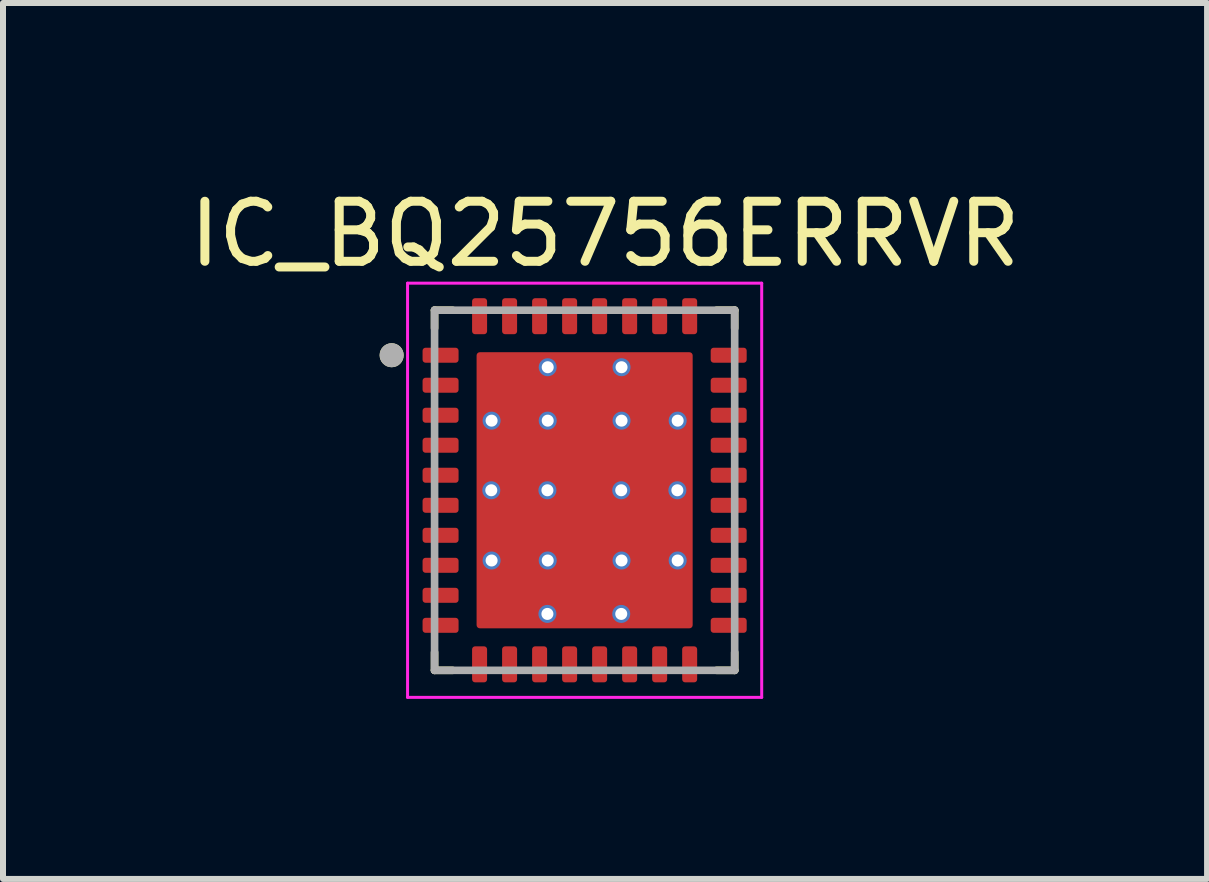
<source format=kicad_pcb>
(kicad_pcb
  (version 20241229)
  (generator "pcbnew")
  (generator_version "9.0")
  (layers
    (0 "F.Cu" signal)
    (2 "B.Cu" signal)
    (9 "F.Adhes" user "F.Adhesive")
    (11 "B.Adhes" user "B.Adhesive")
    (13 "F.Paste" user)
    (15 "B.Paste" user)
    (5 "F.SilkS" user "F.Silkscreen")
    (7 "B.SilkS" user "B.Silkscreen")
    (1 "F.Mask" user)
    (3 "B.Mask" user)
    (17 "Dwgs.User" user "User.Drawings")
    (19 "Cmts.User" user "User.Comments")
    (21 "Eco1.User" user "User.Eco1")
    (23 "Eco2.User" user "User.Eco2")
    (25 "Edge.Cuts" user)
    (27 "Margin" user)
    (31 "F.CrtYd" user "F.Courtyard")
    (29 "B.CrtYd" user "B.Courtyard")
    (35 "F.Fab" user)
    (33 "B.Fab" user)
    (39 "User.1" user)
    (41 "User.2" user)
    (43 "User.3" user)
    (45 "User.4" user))
  (footprint "IC_BQ25756ERRVR"
    (layer "F.Cu")
    (at 6.69 5.118)
    (property "Reference" "IC_BQ25756ERRVR" (at 0.34 -4.27 0) (layer "F.SilkS") (effects (font (size 1 1) (thickness 0.15))))
    (attr smd)
    (fp_poly (pts (xy -2.03 -2.175) (xy -2.03 -2.325) (xy -2.03 -2.331) (xy -2.031 -2.338) (xy -2.031 -2.344) (xy -2.033 -2.35) (xy -2.034 -2.356) (xy -2.036 -2.362) (xy -2.038 -2.368) (xy -2.04 -2.374) (xy -2.043 -2.379) (xy -2.046 -2.385) (xy -2.049 -2.39) (xy -2.053 -2.396) (xy -2.057 -2.401) (xy -2.061 -2.405) (xy -2.065 -2.41) (xy -2.07 -2.414) (xy -2.074 -2.418) (xy -2.079 -2.422) (xy -2.085 -2.426) (xy -2.09 -2.429) (xy -2.096 -2.432) (xy -2.101 -2.435) (xy -2.107 -2.437) (xy -2.113 -2.439) (xy -2.119 -2.441) (xy -2.125 -2.442) (xy -2.131 -2.444) (xy -2.137 -2.444) (xy -2.144 -2.445) (xy -2.15 -2.445) (xy -2.65 -2.445) (xy -2.656 -2.445) (xy -2.663 -2.444) (xy -2.669 -2.444) (xy -2.675 -2.442) (xy -2.681 -2.441) (xy -2.687 -2.439) (xy -2.693 -2.437) (xy -2.699 -2.435) (xy -2.704 -2.432) (xy -2.71 -2.429) (xy -2.715 -2.426) (xy -2.721 -2.422) (xy -2.726 -2.418) (xy -2.73 -2.414) (xy -2.735 -2.41) (xy -2.739 -2.405) (xy -2.743 -2.401) (xy -2.747 -2.396) (xy -2.751 -2.39) (xy -2.754 -2.385) (xy -2.757 -2.379) (xy -2.76 -2.374) (xy -2.762 -2.368) (xy -2.764 -2.362) (xy -2.766 -2.356) (xy -2.767 -2.35) (xy -2.769 -2.344) (xy -2.769 -2.338) (xy -2.77 -2.331) (xy -2.77 -2.325) (xy -2.77 -2.175) (xy -2.77 -2.169) (xy -2.769 -2.162) (xy -2.769 -2.156) (xy -2.767 -2.15) (xy -2.766 -2.144) (xy -2.764 -2.138) (xy -2.762 -2.132) (xy -2.76 -2.126) (xy -2.757 -2.121) (xy -2.754 -2.115) (xy -2.751 -2.11) (xy -2.747 -2.104) (xy -2.743 -2.099) (xy -2.739 -2.095) (xy -2.735 -2.09) (xy -2.73 -2.086) (xy -2.726 -2.082) (xy -2.721 -2.078) (xy -2.715 -2.074) (xy -2.71 -2.071) (xy -2.704 -2.068) (xy -2.699 -2.065) (xy -2.693 -2.063) (xy -2.687 -2.061) (xy -2.681 -2.059) (xy -2.675 -2.058) (xy -2.669 -2.056) (xy -2.663 -2.056) (xy -2.656 -2.055) (xy -2.65 -2.055) (xy -2.15 -2.055) (xy -2.144 -2.055) (xy -2.137 -2.056) (xy -2.131 -2.056) (xy -2.125 -2.058) (xy -2.119 -2.059) (xy -2.113 -2.061) (xy -2.107 -2.063) (xy -2.101 -2.065) (xy -2.096 -2.068) (xy -2.09 -2.071) (xy -2.085 -2.074) (xy -2.079 -2.078) (xy -2.074 -2.082) (xy -2.07 -2.086) (xy -2.065 -2.09) (xy -2.061 -2.095) (xy -2.057 -2.099) (xy -2.053 -2.104) (xy -2.049 -2.11) (xy -2.046 -2.115) (xy -2.043 -2.121) (xy -2.04 -2.126) (xy -2.038 -2.132) (xy -2.036 -2.138) (xy -2.034 -2.144) (xy -2.033 -2.15) (xy -2.031 -2.156) (xy -2.031 -2.162) (xy -2.03 -2.169) (xy -2.03 -2.175)) (stroke (width 0.01) (type solid)) (fill yes) (layer "F.Mask"))
    (fp_poly (pts (xy -2.03 -1.675) (xy -2.03 -1.825) (xy -2.03 -1.831) (xy -2.031 -1.838) (xy -2.031 -1.844) (xy -2.033 -1.85) (xy -2.034 -1.856) (xy -2.036 -1.862) (xy -2.038 -1.868) (xy -2.04 -1.874) (xy -2.043 -1.879) (xy -2.046 -1.885) (xy -2.049 -1.89) (xy -2.053 -1.896) (xy -2.057 -1.901) (xy -2.061 -1.905) (xy -2.065 -1.91) (xy -2.07 -1.914) (xy -2.074 -1.918) (xy -2.079 -1.922) (xy -2.085 -1.926) (xy -2.09 -1.929) (xy -2.096 -1.932) (xy -2.101 -1.935) (xy -2.107 -1.937) (xy -2.113 -1.939) (xy -2.119 -1.941) (xy -2.125 -1.942) (xy -2.131 -1.944) (xy -2.137 -1.944) (xy -2.144 -1.945) (xy -2.15 -1.945) (xy -2.65 -1.945) (xy -2.656 -1.945) (xy -2.663 -1.944) (xy -2.669 -1.944) (xy -2.675 -1.942) (xy -2.681 -1.941) (xy -2.687 -1.939) (xy -2.693 -1.937) (xy -2.699 -1.935) (xy -2.704 -1.932) (xy -2.71 -1.929) (xy -2.715 -1.926) (xy -2.721 -1.922) (xy -2.726 -1.918) (xy -2.73 -1.914) (xy -2.735 -1.91) (xy -2.739 -1.905) (xy -2.743 -1.901) (xy -2.747 -1.896) (xy -2.751 -1.89) (xy -2.754 -1.885) (xy -2.757 -1.879) (xy -2.76 -1.874) (xy -2.762 -1.868) (xy -2.764 -1.862) (xy -2.766 -1.856) (xy -2.767 -1.85) (xy -2.769 -1.844) (xy -2.769 -1.838) (xy -2.77 -1.831) (xy -2.77 -1.825) (xy -2.77 -1.675) (xy -2.77 -1.669) (xy -2.769 -1.662) (xy -2.769 -1.656) (xy -2.767 -1.65) (xy -2.766 -1.644) (xy -2.764 -1.638) (xy -2.762 -1.632) (xy -2.76 -1.626) (xy -2.757 -1.621) (xy -2.754 -1.615) (xy -2.751 -1.61) (xy -2.747 -1.604) (xy -2.743 -1.599) (xy -2.739 -1.595) (xy -2.735 -1.59) (xy -2.73 -1.586) (xy -2.726 -1.582) (xy -2.721 -1.578) (xy -2.715 -1.574) (xy -2.71 -1.571) (xy -2.704 -1.568) (xy -2.699 -1.565) (xy -2.693 -1.563) (xy -2.687 -1.561) (xy -2.681 -1.559) (xy -2.675 -1.558) (xy -2.669 -1.556) (xy -2.663 -1.556) (xy -2.656 -1.555) (xy -2.65 -1.555) (xy -2.15 -1.555) (xy -2.144 -1.555) (xy -2.137 -1.556) (xy -2.131 -1.556) (xy -2.125 -1.558) (xy -2.119 -1.559) (xy -2.113 -1.561) (xy -2.107 -1.563) (xy -2.101 -1.565) (xy -2.096 -1.568) (xy -2.09 -1.571) (xy -2.085 -1.574) (xy -2.079 -1.578) (xy -2.074 -1.582) (xy -2.07 -1.586) (xy -2.065 -1.59) (xy -2.061 -1.595) (xy -2.057 -1.599) (xy -2.053 -1.604) (xy -2.049 -1.61) (xy -2.046 -1.615) (xy -2.043 -1.621) (xy -2.04 -1.626) (xy -2.038 -1.632) (xy -2.036 -1.638) (xy -2.034 -1.644) (xy -2.033 -1.65) (xy -2.031 -1.656) (xy -2.031 -1.662) (xy -2.03 -1.669) (xy -2.03 -1.675)) (stroke (width 0.01) (type solid)) (fill yes) (layer "F.Mask"))
    (fp_poly (pts (xy -2.03 -1.175) (xy -2.03 -1.325) (xy -2.03 -1.331) (xy -2.031 -1.338) (xy -2.031 -1.344) (xy -2.033 -1.35) (xy -2.034 -1.356) (xy -2.036 -1.362) (xy -2.038 -1.368) (xy -2.04 -1.374) (xy -2.043 -1.379) (xy -2.046 -1.385) (xy -2.049 -1.39) (xy -2.053 -1.396) (xy -2.057 -1.401) (xy -2.061 -1.405) (xy -2.065 -1.41) (xy -2.07 -1.414) (xy -2.074 -1.418) (xy -2.079 -1.422) (xy -2.085 -1.426) (xy -2.09 -1.429) (xy -2.096 -1.432) (xy -2.101 -1.435) (xy -2.107 -1.437) (xy -2.113 -1.439) (xy -2.119 -1.441) (xy -2.125 -1.442) (xy -2.131 -1.444) (xy -2.137 -1.444) (xy -2.144 -1.445) (xy -2.15 -1.445) (xy -2.65 -1.445) (xy -2.656 -1.445) (xy -2.663 -1.444) (xy -2.669 -1.444) (xy -2.675 -1.442) (xy -2.681 -1.441) (xy -2.687 -1.439) (xy -2.693 -1.437) (xy -2.699 -1.435) (xy -2.704 -1.432) (xy -2.71 -1.429) (xy -2.715 -1.426) (xy -2.721 -1.422) (xy -2.726 -1.418) (xy -2.73 -1.414) (xy -2.735 -1.41) (xy -2.739 -1.405) (xy -2.743 -1.401) (xy -2.747 -1.396) (xy -2.751 -1.39) (xy -2.754 -1.385) (xy -2.757 -1.379) (xy -2.76 -1.374) (xy -2.762 -1.368) (xy -2.764 -1.362) (xy -2.766 -1.356) (xy -2.767 -1.35) (xy -2.769 -1.344) (xy -2.769 -1.338) (xy -2.77 -1.331) (xy -2.77 -1.325) (xy -2.77 -1.175) (xy -2.77 -1.169) (xy -2.769 -1.162) (xy -2.769 -1.156) (xy -2.767 -1.15) (xy -2.766 -1.144) (xy -2.764 -1.138) (xy -2.762 -1.132) (xy -2.76 -1.126) (xy -2.757 -1.121) (xy -2.754 -1.115) (xy -2.751 -1.11) (xy -2.747 -1.104) (xy -2.743 -1.099) (xy -2.739 -1.095) (xy -2.735 -1.09) (xy -2.73 -1.086) (xy -2.726 -1.082) (xy -2.721 -1.078) (xy -2.715 -1.074) (xy -2.71 -1.071) (xy -2.704 -1.068) (xy -2.699 -1.065) (xy -2.693 -1.063) (xy -2.687 -1.061) (xy -2.681 -1.059) (xy -2.675 -1.058) (xy -2.669 -1.056) (xy -2.663 -1.056) (xy -2.656 -1.055) (xy -2.65 -1.055) (xy -2.15 -1.055) (xy -2.144 -1.055) (xy -2.137 -1.056) (xy -2.131 -1.056) (xy -2.125 -1.058) (xy -2.119 -1.059) (xy -2.113 -1.061) (xy -2.107 -1.063) (xy -2.101 -1.065) (xy -2.096 -1.068) (xy -2.09 -1.071) (xy -2.085 -1.074) (xy -2.079 -1.078) (xy -2.074 -1.082) (xy -2.07 -1.086) (xy -2.065 -1.09) (xy -2.061 -1.095) (xy -2.057 -1.099) (xy -2.053 -1.104) (xy -2.049 -1.11) (xy -2.046 -1.115) (xy -2.043 -1.121) (xy -2.04 -1.126) (xy -2.038 -1.132) (xy -2.036 -1.138) (xy -2.034 -1.144) (xy -2.033 -1.15) (xy -2.031 -1.156) (xy -2.031 -1.162) (xy -2.03 -1.169) (xy -2.03 -1.175)) (stroke (width 0.01) (type solid)) (fill yes) (layer "F.Mask"))
    (fp_poly (pts (xy -2.03 -0.675) (xy -2.03 -0.825) (xy -2.03 -0.831) (xy -2.031 -0.838) (xy -2.031 -0.844) (xy -2.033 -0.85) (xy -2.034 -0.856) (xy -2.036 -0.862) (xy -2.038 -0.868) (xy -2.04 -0.874) (xy -2.043 -0.879) (xy -2.046 -0.885) (xy -2.049 -0.89) (xy -2.053 -0.896) (xy -2.057 -0.901) (xy -2.061 -0.905) (xy -2.065 -0.91) (xy -2.07 -0.914) (xy -2.074 -0.918) (xy -2.079 -0.922) (xy -2.085 -0.926) (xy -2.09 -0.929) (xy -2.096 -0.932) (xy -2.101 -0.935) (xy -2.107 -0.937) (xy -2.113 -0.939) (xy -2.119 -0.941) (xy -2.125 -0.942) (xy -2.131 -0.944) (xy -2.137 -0.944) (xy -2.144 -0.945) (xy -2.15 -0.945) (xy -2.65 -0.945) (xy -2.656 -0.945) (xy -2.663 -0.944) (xy -2.669 -0.944) (xy -2.675 -0.942) (xy -2.681 -0.941) (xy -2.687 -0.939) (xy -2.693 -0.937) (xy -2.699 -0.935) (xy -2.704 -0.932) (xy -2.71 -0.929) (xy -2.715 -0.926) (xy -2.721 -0.922) (xy -2.726 -0.918) (xy -2.73 -0.914) (xy -2.735 -0.91) (xy -2.739 -0.905) (xy -2.743 -0.901) (xy -2.747 -0.896) (xy -2.751 -0.89) (xy -2.754 -0.885) (xy -2.757 -0.879) (xy -2.76 -0.874) (xy -2.762 -0.868) (xy -2.764 -0.862) (xy -2.766 -0.856) (xy -2.767 -0.85) (xy -2.769 -0.844) (xy -2.769 -0.838) (xy -2.77 -0.831) (xy -2.77 -0.825) (xy -2.77 -0.675) (xy -2.77 -0.669) (xy -2.769 -0.662) (xy -2.769 -0.656) (xy -2.767 -0.65) (xy -2.766 -0.644) (xy -2.764 -0.638) (xy -2.762 -0.632) (xy -2.76 -0.626) (xy -2.757 -0.621) (xy -2.754 -0.615) (xy -2.751 -0.61) (xy -2.747 -0.604) (xy -2.743 -0.599) (xy -2.739 -0.595) (xy -2.735 -0.59) (xy -2.73 -0.586) (xy -2.726 -0.582) (xy -2.721 -0.578) (xy -2.715 -0.574) (xy -2.71 -0.571) (xy -2.704 -0.568) (xy -2.699 -0.565) (xy -2.693 -0.563) (xy -2.687 -0.561) (xy -2.681 -0.559) (xy -2.675 -0.558) (xy -2.669 -0.556) (xy -2.663 -0.556) (xy -2.656 -0.555) (xy -2.65 -0.555) (xy -2.15 -0.555) (xy -2.144 -0.555) (xy -2.137 -0.556) (xy -2.131 -0.556) (xy -2.125 -0.558) (xy -2.119 -0.559) (xy -2.113 -0.561) (xy -2.107 -0.563) (xy -2.101 -0.565) (xy -2.096 -0.568) (xy -2.09 -0.571) (xy -2.085 -0.574) (xy -2.079 -0.578) (xy -2.074 -0.582) (xy -2.07 -0.586) (xy -2.065 -0.59) (xy -2.061 -0.595) (xy -2.057 -0.599) (xy -2.053 -0.604) (xy -2.049 -0.61) (xy -2.046 -0.615) (xy -2.043 -0.621) (xy -2.04 -0.626) (xy -2.038 -0.632) (xy -2.036 -0.638) (xy -2.034 -0.644) (xy -2.033 -0.65) (xy -2.031 -0.656) (xy -2.031 -0.662) (xy -2.03 -0.669) (xy -2.03 -0.675)) (stroke (width 0.01) (type solid)) (fill yes) (layer "F.Mask"))
    (fp_poly (pts (xy -2.03 -0.175) (xy -2.03 -0.325) (xy -2.03 -0.331) (xy -2.031 -0.338) (xy -2.031 -0.344) (xy -2.033 -0.35) (xy -2.034 -0.356) (xy -2.036 -0.362) (xy -2.038 -0.368) (xy -2.04 -0.374) (xy -2.043 -0.379) (xy -2.046 -0.385) (xy -2.049 -0.39) (xy -2.053 -0.396) (xy -2.057 -0.401) (xy -2.061 -0.405) (xy -2.065 -0.41) (xy -2.07 -0.414) (xy -2.074 -0.418) (xy -2.079 -0.422) (xy -2.085 -0.426) (xy -2.09 -0.429) (xy -2.096 -0.432) (xy -2.101 -0.435) (xy -2.107 -0.437) (xy -2.113 -0.439) (xy -2.119 -0.441) (xy -2.125 -0.442) (xy -2.131 -0.444) (xy -2.137 -0.444) (xy -2.144 -0.445) (xy -2.15 -0.445) (xy -2.65 -0.445) (xy -2.656 -0.445) (xy -2.663 -0.444) (xy -2.669 -0.444) (xy -2.675 -0.442) (xy -2.681 -0.441) (xy -2.687 -0.439) (xy -2.693 -0.437) (xy -2.699 -0.435) (xy -2.704 -0.432) (xy -2.71 -0.429) (xy -2.715 -0.426) (xy -2.721 -0.422) (xy -2.726 -0.418) (xy -2.73 -0.414) (xy -2.735 -0.41) (xy -2.739 -0.405) (xy -2.743 -0.401) (xy -2.747 -0.396) (xy -2.751 -0.39) (xy -2.754 -0.385) (xy -2.757 -0.379) (xy -2.76 -0.374) (xy -2.762 -0.368) (xy -2.764 -0.362) (xy -2.766 -0.356) (xy -2.767 -0.35) (xy -2.769 -0.344) (xy -2.769 -0.338) (xy -2.77 -0.331) (xy -2.77 -0.325) (xy -2.77 -0.175) (xy -2.77 -0.169) (xy -2.769 -0.162) (xy -2.769 -0.156) (xy -2.767 -0.15) (xy -2.766 -0.144) (xy -2.764 -0.138) (xy -2.762 -0.132) (xy -2.76 -0.126) (xy -2.757 -0.121) (xy -2.754 -0.115) (xy -2.751 -0.11) (xy -2.747 -0.104) (xy -2.743 -0.099) (xy -2.739 -0.095) (xy -2.735 -0.09) (xy -2.73 -0.086) (xy -2.726 -0.082) (xy -2.721 -0.078) (xy -2.715 -0.074) (xy -2.71 -0.071) (xy -2.704 -0.068) (xy -2.699 -0.065) (xy -2.693 -0.063) (xy -2.687 -0.061) (xy -2.681 -0.059) (xy -2.675 -0.058) (xy -2.669 -0.056) (xy -2.663 -0.056) (xy -2.656 -0.055) (xy -2.65 -0.055) (xy -2.15 -0.055) (xy -2.144 -0.055) (xy -2.137 -0.056) (xy -2.131 -0.056) (xy -2.125 -0.058) (xy -2.119 -0.059) (xy -2.113 -0.061) (xy -2.107 -0.063) (xy -2.101 -0.065) (xy -2.096 -0.068) (xy -2.09 -0.071) (xy -2.085 -0.074) (xy -2.079 -0.078) (xy -2.074 -0.082) (xy -2.07 -0.086) (xy -2.065 -0.09) (xy -2.061 -0.095) (xy -2.057 -0.099) (xy -2.053 -0.104) (xy -2.049 -0.11) (xy -2.046 -0.115) (xy -2.043 -0.121) (xy -2.04 -0.126) (xy -2.038 -0.132) (xy -2.036 -0.138) (xy -2.034 -0.144) (xy -2.033 -0.15) (xy -2.031 -0.156) (xy -2.031 -0.162) (xy -2.03 -0.169) (xy -2.03 -0.175)) (stroke (width 0.01) (type solid)) (fill yes) (layer "F.Mask"))
    (fp_poly (pts (xy -2.03 0.325) (xy -2.03 0.175) (xy -2.03 0.169) (xy -2.031 0.162) (xy -2.031 0.156) (xy -2.033 0.15) (xy -2.034 0.144) (xy -2.036 0.138) (xy -2.038 0.132) (xy -2.04 0.126) (xy -2.043 0.121) (xy -2.046 0.115) (xy -2.049 0.11) (xy -2.053 0.104) (xy -2.057 0.099) (xy -2.061 0.095) (xy -2.065 0.09) (xy -2.07 0.086) (xy -2.074 0.082) (xy -2.079 0.078) (xy -2.085 0.074) (xy -2.09 0.071) (xy -2.096 0.068) (xy -2.101 0.065) (xy -2.107 0.063) (xy -2.113 0.061) (xy -2.119 0.059) (xy -2.125 0.058) (xy -2.131 0.056) (xy -2.137 0.056) (xy -2.144 0.055) (xy -2.15 0.055) (xy -2.65 0.055) (xy -2.656 0.055) (xy -2.663 0.056) (xy -2.669 0.056) (xy -2.675 0.058) (xy -2.681 0.059) (xy -2.687 0.061) (xy -2.693 0.063) (xy -2.699 0.065) (xy -2.704 0.068) (xy -2.71 0.071) (xy -2.715 0.074) (xy -2.721 0.078) (xy -2.726 0.082) (xy -2.73 0.086) (xy -2.735 0.09) (xy -2.739 0.095) (xy -2.743 0.099) (xy -2.747 0.104) (xy -2.751 0.11) (xy -2.754 0.115) (xy -2.757 0.121) (xy -2.76 0.126) (xy -2.762 0.132) (xy -2.764 0.138) (xy -2.766 0.144) (xy -2.767 0.15) (xy -2.769 0.156) (xy -2.769 0.162) (xy -2.77 0.169) (xy -2.77 0.175) (xy -2.77 0.325) (xy -2.77 0.331) (xy -2.769 0.338) (xy -2.769 0.344) (xy -2.767 0.35) (xy -2.766 0.356) (xy -2.764 0.362) (xy -2.762 0.368) (xy -2.76 0.374) (xy -2.757 0.379) (xy -2.754 0.385) (xy -2.751 0.39) (xy -2.747 0.396) (xy -2.743 0.401) (xy -2.739 0.405) (xy -2.735 0.41) (xy -2.73 0.414) (xy -2.726 0.418) (xy -2.721 0.422) (xy -2.715 0.426) (xy -2.71 0.429) (xy -2.704 0.432) (xy -2.699 0.435) (xy -2.693 0.437) (xy -2.687 0.439) (xy -2.681 0.441) (xy -2.675 0.442) (xy -2.669 0.444) (xy -2.663 0.444) (xy -2.656 0.445) (xy -2.65 0.445) (xy -2.15 0.445) (xy -2.144 0.445) (xy -2.137 0.444) (xy -2.131 0.444) (xy -2.125 0.442) (xy -2.119 0.441) (xy -2.113 0.439) (xy -2.107 0.437) (xy -2.101 0.435) (xy -2.096 0.432) (xy -2.09 0.429) (xy -2.085 0.426) (xy -2.079 0.422) (xy -2.074 0.418) (xy -2.07 0.414) (xy -2.065 0.41) (xy -2.061 0.405) (xy -2.057 0.401) (xy -2.053 0.396) (xy -2.049 0.39) (xy -2.046 0.385) (xy -2.043 0.379) (xy -2.04 0.374) (xy -2.038 0.368) (xy -2.036 0.362) (xy -2.034 0.356) (xy -2.033 0.35) (xy -2.031 0.344) (xy -2.031 0.338) (xy -2.03 0.331) (xy -2.03 0.325)) (stroke (width 0.01) (type solid)) (fill yes) (layer "F.Mask"))
    (fp_poly (pts (xy -2.03 0.825) (xy -2.03 0.675) (xy -2.03 0.669) (xy -2.031 0.662) (xy -2.031 0.656) (xy -2.033 0.65) (xy -2.034 0.644) (xy -2.036 0.638) (xy -2.038 0.632) (xy -2.04 0.626) (xy -2.043 0.621) (xy -2.046 0.615) (xy -2.049 0.61) (xy -2.053 0.604) (xy -2.057 0.599) (xy -2.061 0.595) (xy -2.065 0.59) (xy -2.07 0.586) (xy -2.074 0.582) (xy -2.079 0.578) (xy -2.085 0.574) (xy -2.09 0.571) (xy -2.096 0.568) (xy -2.101 0.565) (xy -2.107 0.563) (xy -2.113 0.561) (xy -2.119 0.559) (xy -2.125 0.558) (xy -2.131 0.556) (xy -2.137 0.556) (xy -2.144 0.555) (xy -2.15 0.555) (xy -2.65 0.555) (xy -2.656 0.555) (xy -2.663 0.556) (xy -2.669 0.556) (xy -2.675 0.558) (xy -2.681 0.559) (xy -2.687 0.561) (xy -2.693 0.563) (xy -2.699 0.565) (xy -2.704 0.568) (xy -2.71 0.571) (xy -2.715 0.574) (xy -2.721 0.578) (xy -2.726 0.582) (xy -2.73 0.586) (xy -2.735 0.59) (xy -2.739 0.595) (xy -2.743 0.599) (xy -2.747 0.604) (xy -2.751 0.61) (xy -2.754 0.615) (xy -2.757 0.621) (xy -2.76 0.626) (xy -2.762 0.632) (xy -2.764 0.638) (xy -2.766 0.644) (xy -2.767 0.65) (xy -2.769 0.656) (xy -2.769 0.662) (xy -2.77 0.669) (xy -2.77 0.675) (xy -2.77 0.825) (xy -2.77 0.831) (xy -2.769 0.838) (xy -2.769 0.844) (xy -2.767 0.85) (xy -2.766 0.856) (xy -2.764 0.862) (xy -2.762 0.868) (xy -2.76 0.874) (xy -2.757 0.879) (xy -2.754 0.885) (xy -2.751 0.89) (xy -2.747 0.896) (xy -2.743 0.901) (xy -2.739 0.905) (xy -2.735 0.91) (xy -2.73 0.914) (xy -2.726 0.918) (xy -2.721 0.922) (xy -2.715 0.926) (xy -2.71 0.929) (xy -2.704 0.932) (xy -2.699 0.935) (xy -2.693 0.937) (xy -2.687 0.939) (xy -2.681 0.941) (xy -2.675 0.942) (xy -2.669 0.944) (xy -2.663 0.944) (xy -2.656 0.945) (xy -2.65 0.945) (xy -2.15 0.945) (xy -2.144 0.945) (xy -2.137 0.944) (xy -2.131 0.944) (xy -2.125 0.942) (xy -2.119 0.941) (xy -2.113 0.939) (xy -2.107 0.937) (xy -2.101 0.935) (xy -2.096 0.932) (xy -2.09 0.929) (xy -2.085 0.926) (xy -2.079 0.922) (xy -2.074 0.918) (xy -2.07 0.914) (xy -2.065 0.91) (xy -2.061 0.905) (xy -2.057 0.901) (xy -2.053 0.896) (xy -2.049 0.89) (xy -2.046 0.885) (xy -2.043 0.879) (xy -2.04 0.874) (xy -2.038 0.868) (xy -2.036 0.862) (xy -2.034 0.856) (xy -2.033 0.85) (xy -2.031 0.844) (xy -2.031 0.838) (xy -2.03 0.831) (xy -2.03 0.825)) (stroke (width 0.01) (type solid)) (fill yes) (layer "F.Mask"))
    (fp_poly (pts (xy -2.03 1.325) (xy -2.03 1.175) (xy -2.03 1.169) (xy -2.031 1.162) (xy -2.031 1.156) (xy -2.033 1.15) (xy -2.034 1.144) (xy -2.036 1.138) (xy -2.038 1.132) (xy -2.04 1.126) (xy -2.043 1.121) (xy -2.046 1.115) (xy -2.049 1.11) (xy -2.053 1.104) (xy -2.057 1.099) (xy -2.061 1.095) (xy -2.065 1.09) (xy -2.07 1.086) (xy -2.074 1.082) (xy -2.079 1.078) (xy -2.085 1.074) (xy -2.09 1.071) (xy -2.096 1.068) (xy -2.101 1.065) (xy -2.107 1.063) (xy -2.113 1.061) (xy -2.119 1.059) (xy -2.125 1.058) (xy -2.131 1.056) (xy -2.137 1.056) (xy -2.144 1.055) (xy -2.15 1.055) (xy -2.65 1.055) (xy -2.656 1.055) (xy -2.663 1.056) (xy -2.669 1.056) (xy -2.675 1.058) (xy -2.681 1.059) (xy -2.687 1.061) (xy -2.693 1.063) (xy -2.699 1.065) (xy -2.704 1.068) (xy -2.71 1.071) (xy -2.715 1.074) (xy -2.721 1.078) (xy -2.726 1.082) (xy -2.73 1.086) (xy -2.735 1.09) (xy -2.739 1.095) (xy -2.743 1.099) (xy -2.747 1.104) (xy -2.751 1.11) (xy -2.754 1.115) (xy -2.757 1.121) (xy -2.76 1.126) (xy -2.762 1.132) (xy -2.764 1.138) (xy -2.766 1.144) (xy -2.767 1.15) (xy -2.769 1.156) (xy -2.769 1.162) (xy -2.77 1.169) (xy -2.77 1.175) (xy -2.77 1.325) (xy -2.77 1.331) (xy -2.769 1.338) (xy -2.769 1.344) (xy -2.767 1.35) (xy -2.766 1.356) (xy -2.764 1.362) (xy -2.762 1.368) (xy -2.76 1.374) (xy -2.757 1.379) (xy -2.754 1.385) (xy -2.751 1.39) (xy -2.747 1.396) (xy -2.743 1.401) (xy -2.739 1.405) (xy -2.735 1.41) (xy -2.73 1.414) (xy -2.726 1.418) (xy -2.721 1.422) (xy -2.715 1.426) (xy -2.71 1.429) (xy -2.704 1.432) (xy -2.699 1.435) (xy -2.693 1.437) (xy -2.687 1.439) (xy -2.681 1.441) (xy -2.675 1.442) (xy -2.669 1.444) (xy -2.663 1.444) (xy -2.656 1.445) (xy -2.65 1.445) (xy -2.15 1.445) (xy -2.144 1.445) (xy -2.137 1.444) (xy -2.131 1.444) (xy -2.125 1.442) (xy -2.119 1.441) (xy -2.113 1.439) (xy -2.107 1.437) (xy -2.101 1.435) (xy -2.096 1.432) (xy -2.09 1.429) (xy -2.085 1.426) (xy -2.079 1.422) (xy -2.074 1.418) (xy -2.07 1.414) (xy -2.065 1.41) (xy -2.061 1.405) (xy -2.057 1.401) (xy -2.053 1.396) (xy -2.049 1.39) (xy -2.046 1.385) (xy -2.043 1.379) (xy -2.04 1.374) (xy -2.038 1.368) (xy -2.036 1.362) (xy -2.034 1.356) (xy -2.033 1.35) (xy -2.031 1.344) (xy -2.031 1.338) (xy -2.03 1.331) (xy -2.03 1.325)) (stroke (width 0.01) (type solid)) (fill yes) (layer "F.Mask"))
    (fp_poly (pts (xy -2.03 1.825) (xy -2.03 1.675) (xy -2.03 1.669) (xy -2.031 1.662) (xy -2.031 1.656) (xy -2.033 1.65) (xy -2.034 1.644) (xy -2.036 1.638) (xy -2.038 1.632) (xy -2.04 1.626) (xy -2.043 1.621) (xy -2.046 1.615) (xy -2.049 1.61) (xy -2.053 1.604) (xy -2.057 1.599) (xy -2.061 1.595) (xy -2.065 1.59) (xy -2.07 1.586) (xy -2.074 1.582) (xy -2.079 1.578) (xy -2.085 1.574) (xy -2.09 1.571) (xy -2.096 1.568) (xy -2.101 1.565) (xy -2.107 1.563) (xy -2.113 1.561) (xy -2.119 1.559) (xy -2.125 1.558) (xy -2.131 1.556) (xy -2.137 1.556) (xy -2.144 1.555) (xy -2.15 1.555) (xy -2.65 1.555) (xy -2.656 1.555) (xy -2.663 1.556) (xy -2.669 1.556) (xy -2.675 1.558) (xy -2.681 1.559) (xy -2.687 1.561) (xy -2.693 1.563) (xy -2.699 1.565) (xy -2.704 1.568) (xy -2.71 1.571) (xy -2.715 1.574) (xy -2.721 1.578) (xy -2.726 1.582) (xy -2.73 1.586) (xy -2.735 1.59) (xy -2.739 1.595) (xy -2.743 1.599) (xy -2.747 1.604) (xy -2.751 1.61) (xy -2.754 1.615) (xy -2.757 1.621) (xy -2.76 1.626) (xy -2.762 1.632) (xy -2.764 1.638) (xy -2.766 1.644) (xy -2.767 1.65) (xy -2.769 1.656) (xy -2.769 1.662) (xy -2.77 1.669) (xy -2.77 1.675) (xy -2.77 1.825) (xy -2.77 1.831) (xy -2.769 1.838) (xy -2.769 1.844) (xy -2.767 1.85) (xy -2.766 1.856) (xy -2.764 1.862) (xy -2.762 1.868) (xy -2.76 1.874) (xy -2.757 1.879) (xy -2.754 1.885) (xy -2.751 1.89) (xy -2.747 1.896) (xy -2.743 1.901) (xy -2.739 1.905) (xy -2.735 1.91) (xy -2.73 1.914) (xy -2.726 1.918) (xy -2.721 1.922) (xy -2.715 1.926) (xy -2.71 1.929) (xy -2.704 1.932) (xy -2.699 1.935) (xy -2.693 1.937) (xy -2.687 1.939) (xy -2.681 1.941) (xy -2.675 1.942) (xy -2.669 1.944) (xy -2.663 1.944) (xy -2.656 1.945) (xy -2.65 1.945) (xy -2.15 1.945) (xy -2.144 1.945) (xy -2.137 1.944) (xy -2.131 1.944) (xy -2.125 1.942) (xy -2.119 1.941) (xy -2.113 1.939) (xy -2.107 1.937) (xy -2.101 1.935) (xy -2.096 1.932) (xy -2.09 1.929) (xy -2.085 1.926) (xy -2.079 1.922) (xy -2.074 1.918) (xy -2.07 1.914) (xy -2.065 1.91) (xy -2.061 1.905) (xy -2.057 1.901) (xy -2.053 1.896) (xy -2.049 1.89) (xy -2.046 1.885) (xy -2.043 1.879) (xy -2.04 1.874) (xy -2.038 1.868) (xy -2.036 1.862) (xy -2.034 1.856) (xy -2.033 1.85) (xy -2.031 1.844) (xy -2.031 1.838) (xy -2.03 1.831) (xy -2.03 1.825)) (stroke (width 0.01) (type solid)) (fill yes) (layer "F.Mask"))
    (fp_poly (pts (xy -2.03 2.325) (xy -2.03 2.175) (xy -2.03 2.169) (xy -2.031 2.162) (xy -2.031 2.156) (xy -2.033 2.15) (xy -2.034 2.144) (xy -2.036 2.138) (xy -2.038 2.132) (xy -2.04 2.126) (xy -2.043 2.121) (xy -2.046 2.115) (xy -2.049 2.11) (xy -2.053 2.104) (xy -2.057 2.099) (xy -2.061 2.095) (xy -2.065 2.09) (xy -2.07 2.086) (xy -2.074 2.082) (xy -2.079 2.078) (xy -2.085 2.074) (xy -2.09 2.071) (xy -2.096 2.068) (xy -2.101 2.065) (xy -2.107 2.063) (xy -2.113 2.061) (xy -2.119 2.059) (xy -2.125 2.058) (xy -2.131 2.056) (xy -2.137 2.056) (xy -2.144 2.055) (xy -2.15 2.055) (xy -2.65 2.055) (xy -2.656 2.055) (xy -2.663 2.056) (xy -2.669 2.056) (xy -2.675 2.058) (xy -2.681 2.059) (xy -2.687 2.061) (xy -2.693 2.063) (xy -2.699 2.065) (xy -2.704 2.068) (xy -2.71 2.071) (xy -2.715 2.074) (xy -2.721 2.078) (xy -2.726 2.082) (xy -2.73 2.086) (xy -2.735 2.09) (xy -2.739 2.095) (xy -2.743 2.099) (xy -2.747 2.104) (xy -2.751 2.11) (xy -2.754 2.115) (xy -2.757 2.121) (xy -2.76 2.126) (xy -2.762 2.132) (xy -2.764 2.138) (xy -2.766 2.144) (xy -2.767 2.15) (xy -2.769 2.156) (xy -2.769 2.162) (xy -2.77 2.169) (xy -2.77 2.175) (xy -2.77 2.325) (xy -2.77 2.331) (xy -2.769 2.338) (xy -2.769 2.344) (xy -2.767 2.35) (xy -2.766 2.356) (xy -2.764 2.362) (xy -2.762 2.368) (xy -2.76 2.374) (xy -2.757 2.379) (xy -2.754 2.385) (xy -2.751 2.39) (xy -2.747 2.396) (xy -2.743 2.401) (xy -2.739 2.405) (xy -2.735 2.41) (xy -2.73 2.414) (xy -2.726 2.418) (xy -2.721 2.422) (xy -2.715 2.426) (xy -2.71 2.429) (xy -2.704 2.432) (xy -2.699 2.435) (xy -2.693 2.437) (xy -2.687 2.439) (xy -2.681 2.441) (xy -2.675 2.442) (xy -2.669 2.444) (xy -2.663 2.444) (xy -2.656 2.445) (xy -2.65 2.445) (xy -2.15 2.445) (xy -2.144 2.445) (xy -2.137 2.444) (xy -2.131 2.444) (xy -2.125 2.442) (xy -2.119 2.441) (xy -2.113 2.439) (xy -2.107 2.437) (xy -2.101 2.435) (xy -2.096 2.432) (xy -2.09 2.429) (xy -2.085 2.426) (xy -2.079 2.422) (xy -2.074 2.418) (xy -2.07 2.414) (xy -2.065 2.41) (xy -2.061 2.405) (xy -2.057 2.401) (xy -2.053 2.396) (xy -2.049 2.39) (xy -2.046 2.385) (xy -2.043 2.379) (xy -2.04 2.374) (xy -2.038 2.368) (xy -2.036 2.362) (xy -2.034 2.356) (xy -2.033 2.35) (xy -2.031 2.344) (xy -2.031 2.338) (xy -2.03 2.331) (xy -2.03 2.325)) (stroke (width 0.01) (type solid)) (fill yes) (layer "F.Mask"))
    (fp_poly (pts (xy -1.87 2.25) (xy -1.87 -2.25) (xy -1.87 -2.256) (xy -1.869 -2.263) (xy -1.869 -2.269) (xy -1.867 -2.275) (xy -1.866 -2.281) (xy -1.864 -2.287) (xy -1.862 -2.293) (xy -1.86 -2.299) (xy -1.857 -2.304) (xy -1.854 -2.31) (xy -1.851 -2.315) (xy -1.847 -2.321) (xy -1.843 -2.326) (xy -1.839 -2.33) (xy -1.835 -2.335) (xy -1.83 -2.339) (xy -1.826 -2.343) (xy -1.821 -2.347) (xy -1.815 -2.351) (xy -1.81 -2.354) (xy -1.804 -2.357) (xy -1.799 -2.36) (xy -1.793 -2.362) (xy -1.787 -2.364) (xy -1.781 -2.366) (xy -1.775 -2.367) (xy -1.769 -2.369) (xy -1.763 -2.369) (xy -1.756 -2.37) (xy -1.75 -2.37) (xy 1.75 -2.37) (xy 1.756 -2.37) (xy 1.763 -2.369) (xy 1.769 -2.369) (xy 1.775 -2.367) (xy 1.781 -2.366) (xy 1.787 -2.364) (xy 1.793 -2.362) (xy 1.799 -2.36) (xy 1.804 -2.357) (xy 1.81 -2.354) (xy 1.815 -2.351) (xy 1.821 -2.347) (xy 1.826 -2.343) (xy 1.83 -2.339) (xy 1.835 -2.335) (xy 1.839 -2.33) (xy 1.843 -2.326) (xy 1.847 -2.321) (xy 1.851 -2.315) (xy 1.854 -2.31) (xy 1.857 -2.304) (xy 1.86 -2.299) (xy 1.862 -2.293) (xy 1.864 -2.287) (xy 1.866 -2.281) (xy 1.867 -2.275) (xy 1.869 -2.269) (xy 1.869 -2.263) (xy 1.87 -2.256) (xy 1.87 -2.25) (xy 1.87 2.25) (xy 1.87 2.256) (xy 1.869 2.263) (xy 1.869 2.269) (xy 1.867 2.275) (xy 1.866 2.281) (xy 1.864 2.287) (xy 1.862 2.293) (xy 1.86 2.299) (xy 1.857 2.304) (xy 1.854 2.31) (xy 1.851 2.315) (xy 1.847 2.321) (xy 1.843 2.326) (xy 1.839 2.33) (xy 1.835 2.335) (xy 1.83 2.339) (xy 1.826 2.343) (xy 1.821 2.347) (xy 1.815 2.351) (xy 1.81 2.354) (xy 1.804 2.357) (xy 1.799 2.36) (xy 1.793 2.362) (xy 1.787 2.364) (xy 1.781 2.366) (xy 1.775 2.367) (xy 1.769 2.369) (xy 1.763 2.369) (xy 1.756 2.37) (xy 1.75 2.37) (xy -1.75 2.37) (xy -1.756 2.37) (xy -1.763 2.369) (xy -1.769 2.369) (xy -1.775 2.367) (xy -1.781 2.366) (xy -1.787 2.364) (xy -1.793 2.362) (xy -1.799 2.36) (xy -1.804 2.357) (xy -1.81 2.354) (xy -1.815 2.351) (xy -1.821 2.347) (xy -1.826 2.343) (xy -1.83 2.339) (xy -1.835 2.335) (xy -1.839 2.33) (xy -1.843 2.326) (xy -1.847 2.321) (xy -1.851 2.315) (xy -1.854 2.31) (xy -1.857 2.304) (xy -1.86 2.299) (xy -1.862 2.293) (xy -1.864 2.287) (xy -1.866 2.281) (xy -1.867 2.275) (xy -1.869 2.269) (xy -1.869 2.263) (xy -1.87 2.256) (xy -1.87 2.25)) (stroke (width 0.01) (type solid)) (fill yes) (layer "F.Mask"))
    (fp_poly (pts (xy -1.825 2.53) (xy -1.675 2.53) (xy -1.669 2.53) (xy -1.662 2.531) (xy -1.656 2.531) (xy -1.65 2.533) (xy -1.644 2.534) (xy -1.638 2.536) (xy -1.632 2.538) (xy -1.626 2.54) (xy -1.621 2.543) (xy -1.615 2.546) (xy -1.61 2.549) (xy -1.604 2.553) (xy -1.599 2.557) (xy -1.595 2.561) (xy -1.59 2.565) (xy -1.586 2.57) (xy -1.582 2.574) (xy -1.578 2.579) (xy -1.574 2.585) (xy -1.571 2.59) (xy -1.568 2.596) (xy -1.565 2.601) (xy -1.563 2.607) (xy -1.561 2.613) (xy -1.559 2.619) (xy -1.558 2.625) (xy -1.556 2.631) (xy -1.556 2.637) (xy -1.555 2.644) (xy -1.555 2.65) (xy -1.555 3.15) (xy -1.555 3.156) (xy -1.556 3.163) (xy -1.556 3.169) (xy -1.558 3.175) (xy -1.559 3.181) (xy -1.561 3.187) (xy -1.563 3.193) (xy -1.565 3.199) (xy -1.568 3.204) (xy -1.571 3.21) (xy -1.574 3.215) (xy -1.578 3.221) (xy -1.582 3.226) (xy -1.586 3.23) (xy -1.59 3.235) (xy -1.595 3.239) (xy -1.599 3.243) (xy -1.604 3.247) (xy -1.61 3.251) (xy -1.615 3.254) (xy -1.621 3.257) (xy -1.626 3.26) (xy -1.632 3.262) (xy -1.638 3.264) (xy -1.644 3.266) (xy -1.65 3.267) (xy -1.656 3.269) (xy -1.662 3.269) (xy -1.669 3.27) (xy -1.675 3.27) (xy -1.825 3.27) (xy -1.831 3.27) (xy -1.838 3.269) (xy -1.844 3.269) (xy -1.85 3.267) (xy -1.856 3.266) (xy -1.862 3.264) (xy -1.868 3.262) (xy -1.874 3.26) (xy -1.879 3.257) (xy -1.885 3.254) (xy -1.89 3.251) (xy -1.896 3.247) (xy -1.901 3.243) (xy -1.905 3.239) (xy -1.91 3.235) (xy -1.914 3.23) (xy -1.918 3.226) (xy -1.922 3.221) (xy -1.926 3.215) (xy -1.929 3.21) (xy -1.932 3.204) (xy -1.935 3.199) (xy -1.937 3.193) (xy -1.939 3.187) (xy -1.941 3.181) (xy -1.942 3.175) (xy -1.944 3.169) (xy -1.944 3.163) (xy -1.945 3.156) (xy -1.945 3.15) (xy -1.945 2.65) (xy -1.945 2.644) (xy -1.944 2.637) (xy -1.944 2.631) (xy -1.942 2.625) (xy -1.941 2.619) (xy -1.939 2.613) (xy -1.937 2.607) (xy -1.935 2.601) (xy -1.932 2.596) (xy -1.929 2.59) (xy -1.926 2.585) (xy -1.922 2.579) (xy -1.918 2.574) (xy -1.914 2.57) (xy -1.91 2.565) (xy -1.905 2.561) (xy -1.901 2.557) (xy -1.896 2.553) (xy -1.89 2.549) (xy -1.885 2.546) (xy -1.879 2.543) (xy -1.874 2.54) (xy -1.868 2.538) (xy -1.862 2.536) (xy -1.856 2.534) (xy -1.85 2.533) (xy -1.844 2.531) (xy -1.838 2.531) (xy -1.831 2.53) (xy -1.825 2.53)) (stroke (width 0.01) (type solid)) (fill yes) (layer "F.Mask"))
    (fp_poly (pts (xy -1.555 -2.65) (xy -1.555 -3.15) (xy -1.555 -3.156) (xy -1.556 -3.163) (xy -1.556 -3.169) (xy -1.558 -3.175) (xy -1.559 -3.181) (xy -1.561 -3.187) (xy -1.563 -3.193) (xy -1.565 -3.199) (xy -1.568 -3.204) (xy -1.571 -3.21) (xy -1.574 -3.215) (xy -1.578 -3.221) (xy -1.582 -3.226) (xy -1.586 -3.23) (xy -1.59 -3.235) (xy -1.595 -3.239) (xy -1.599 -3.243) (xy -1.604 -3.247) (xy -1.61 -3.251) (xy -1.615 -3.254) (xy -1.621 -3.257) (xy -1.626 -3.26) (xy -1.632 -3.262) (xy -1.638 -3.264) (xy -1.644 -3.266) (xy -1.65 -3.267) (xy -1.656 -3.269) (xy -1.662 -3.269) (xy -1.669 -3.27) (xy -1.675 -3.27) (xy -1.825 -3.27) (xy -1.831 -3.27) (xy -1.838 -3.269) (xy -1.844 -3.269) (xy -1.85 -3.267) (xy -1.856 -3.266) (xy -1.862 -3.264) (xy -1.868 -3.262) (xy -1.874 -3.26) (xy -1.879 -3.257) (xy -1.885 -3.254) (xy -1.89 -3.251) (xy -1.896 -3.247) (xy -1.901 -3.243) (xy -1.905 -3.239) (xy -1.91 -3.235) (xy -1.914 -3.23) (xy -1.918 -3.226) (xy -1.922 -3.221) (xy -1.926 -3.215) (xy -1.929 -3.21) (xy -1.932 -3.204) (xy -1.935 -3.199) (xy -1.937 -3.193) (xy -1.939 -3.187) (xy -1.941 -3.181) (xy -1.942 -3.175) (xy -1.944 -3.169) (xy -1.944 -3.163) (xy -1.945 -3.156) (xy -1.945 -3.15) (xy -1.945 -2.65) (xy -1.945 -2.644) (xy -1.944 -2.637) (xy -1.944 -2.631) (xy -1.942 -2.625) (xy -1.941 -2.619) (xy -1.939 -2.613) (xy -1.937 -2.607) (xy -1.935 -2.601) (xy -1.932 -2.596) (xy -1.929 -2.59) (xy -1.926 -2.585) (xy -1.922 -2.579) (xy -1.918 -2.574) (xy -1.914 -2.57) (xy -1.91 -2.565) (xy -1.905 -2.561) (xy -1.901 -2.557) (xy -1.896 -2.553) (xy -1.89 -2.549) (xy -1.885 -2.546) (xy -1.879 -2.543) (xy -1.874 -2.54) (xy -1.868 -2.538) (xy -1.862 -2.536) (xy -1.856 -2.534) (xy -1.85 -2.533) (xy -1.844 -2.531) (xy -1.838 -2.531) (xy -1.831 -2.53) (xy -1.825 -2.53) (xy -1.675 -2.53) (xy -1.669 -2.53) (xy -1.662 -2.531) (xy -1.656 -2.531) (xy -1.65 -2.533) (xy -1.644 -2.534) (xy -1.638 -2.536) (xy -1.632 -2.538) (xy -1.626 -2.54) (xy -1.621 -2.543) (xy -1.615 -2.546) (xy -1.61 -2.549) (xy -1.604 -2.553) (xy -1.599 -2.557) (xy -1.595 -2.561) (xy -1.59 -2.565) (xy -1.586 -2.57) (xy -1.582 -2.574) (xy -1.578 -2.579) (xy -1.574 -2.585) (xy -1.571 -2.59) (xy -1.568 -2.596) (xy -1.565 -2.601) (xy -1.563 -2.607) (xy -1.561 -2.613) (xy -1.559 -2.619) (xy -1.558 -2.625) (xy -1.556 -2.631) (xy -1.556 -2.637) (xy -1.555 -2.644) (xy -1.555 -2.65)) (stroke (width 0.01) (type solid)) (fill yes) (layer "F.Mask"))
    (fp_poly (pts (xy -1.325 2.53) (xy -1.175 2.53) (xy -1.169 2.53) (xy -1.162 2.531) (xy -1.156 2.531) (xy -1.15 2.533) (xy -1.144 2.534) (xy -1.138 2.536) (xy -1.132 2.538) (xy -1.126 2.54) (xy -1.121 2.543) (xy -1.115 2.546) (xy -1.11 2.549) (xy -1.104 2.553) (xy -1.099 2.557) (xy -1.095 2.561) (xy -1.09 2.565) (xy -1.086 2.57) (xy -1.082 2.574) (xy -1.078 2.579) (xy -1.074 2.585) (xy -1.071 2.59) (xy -1.068 2.596) (xy -1.065 2.601) (xy -1.063 2.607) (xy -1.061 2.613) (xy -1.059 2.619) (xy -1.058 2.625) (xy -1.056 2.631) (xy -1.056 2.637) (xy -1.055 2.644) (xy -1.055 2.65) (xy -1.055 3.15) (xy -1.055 3.156) (xy -1.056 3.163) (xy -1.056 3.169) (xy -1.058 3.175) (xy -1.059 3.181) (xy -1.061 3.187) (xy -1.063 3.193) (xy -1.065 3.199) (xy -1.068 3.204) (xy -1.071 3.21) (xy -1.074 3.215) (xy -1.078 3.221) (xy -1.082 3.226) (xy -1.086 3.23) (xy -1.09 3.235) (xy -1.095 3.239) (xy -1.099 3.243) (xy -1.104 3.247) (xy -1.11 3.251) (xy -1.115 3.254) (xy -1.121 3.257) (xy -1.126 3.26) (xy -1.132 3.262) (xy -1.138 3.264) (xy -1.144 3.266) (xy -1.15 3.267) (xy -1.156 3.269) (xy -1.162 3.269) (xy -1.169 3.27) (xy -1.175 3.27) (xy -1.325 3.27) (xy -1.331 3.27) (xy -1.338 3.269) (xy -1.344 3.269) (xy -1.35 3.267) (xy -1.356 3.266) (xy -1.362 3.264) (xy -1.368 3.262) (xy -1.374 3.26) (xy -1.379 3.257) (xy -1.385 3.254) (xy -1.39 3.251) (xy -1.396 3.247) (xy -1.401 3.243) (xy -1.405 3.239) (xy -1.41 3.235) (xy -1.414 3.23) (xy -1.418 3.226) (xy -1.422 3.221) (xy -1.426 3.215) (xy -1.429 3.21) (xy -1.432 3.204) (xy -1.435 3.199) (xy -1.437 3.193) (xy -1.439 3.187) (xy -1.441 3.181) (xy -1.442 3.175) (xy -1.444 3.169) (xy -1.444 3.163) (xy -1.445 3.156) (xy -1.445 3.15) (xy -1.445 2.65) (xy -1.445 2.644) (xy -1.444 2.637) (xy -1.444 2.631) (xy -1.442 2.625) (xy -1.441 2.619) (xy -1.439 2.613) (xy -1.437 2.607) (xy -1.435 2.601) (xy -1.432 2.596) (xy -1.429 2.59) (xy -1.426 2.585) (xy -1.422 2.579) (xy -1.418 2.574) (xy -1.414 2.57) (xy -1.41 2.565) (xy -1.405 2.561) (xy -1.401 2.557) (xy -1.396 2.553) (xy -1.39 2.549) (xy -1.385 2.546) (xy -1.379 2.543) (xy -1.374 2.54) (xy -1.368 2.538) (xy -1.362 2.536) (xy -1.356 2.534) (xy -1.35 2.533) (xy -1.344 2.531) (xy -1.338 2.531) (xy -1.331 2.53) (xy -1.325 2.53)) (stroke (width 0.01) (type solid)) (fill yes) (layer "F.Mask"))
    (fp_poly (pts (xy -1.055 -2.65) (xy -1.055 -3.15) (xy -1.055 -3.156) (xy -1.056 -3.163) (xy -1.056 -3.169) (xy -1.058 -3.175) (xy -1.059 -3.181) (xy -1.061 -3.187) (xy -1.063 -3.193) (xy -1.065 -3.199) (xy -1.068 -3.204) (xy -1.071 -3.21) (xy -1.074 -3.215) (xy -1.078 -3.221) (xy -1.082 -3.226) (xy -1.086 -3.23) (xy -1.09 -3.235) (xy -1.095 -3.239) (xy -1.099 -3.243) (xy -1.104 -3.247) (xy -1.11 -3.251) (xy -1.115 -3.254) (xy -1.121 -3.257) (xy -1.126 -3.26) (xy -1.132 -3.262) (xy -1.138 -3.264) (xy -1.144 -3.266) (xy -1.15 -3.267) (xy -1.156 -3.269) (xy -1.162 -3.269) (xy -1.169 -3.27) (xy -1.175 -3.27) (xy -1.325 -3.27) (xy -1.331 -3.27) (xy -1.338 -3.269) (xy -1.344 -3.269) (xy -1.35 -3.267) (xy -1.356 -3.266) (xy -1.362 -3.264) (xy -1.368 -3.262) (xy -1.374 -3.26) (xy -1.379 -3.257) (xy -1.385 -3.254) (xy -1.39 -3.251) (xy -1.396 -3.247) (xy -1.401 -3.243) (xy -1.405 -3.239) (xy -1.41 -3.235) (xy -1.414 -3.23) (xy -1.418 -3.226) (xy -1.422 -3.221) (xy -1.426 -3.215) (xy -1.429 -3.21) (xy -1.432 -3.204) (xy -1.435 -3.199) (xy -1.437 -3.193) (xy -1.439 -3.187) (xy -1.441 -3.181) (xy -1.442 -3.175) (xy -1.444 -3.169) (xy -1.444 -3.163) (xy -1.445 -3.156) (xy -1.445 -3.15) (xy -1.445 -2.65) (xy -1.445 -2.644) (xy -1.444 -2.637) (xy -1.444 -2.631) (xy -1.442 -2.625) (xy -1.441 -2.619) (xy -1.439 -2.613) (xy -1.437 -2.607) (xy -1.435 -2.601) (xy -1.432 -2.596) (xy -1.429 -2.59) (xy -1.426 -2.585) (xy -1.422 -2.579) (xy -1.418 -2.574) (xy -1.414 -2.57) (xy -1.41 -2.565) (xy -1.405 -2.561) (xy -1.401 -2.557) (xy -1.396 -2.553) (xy -1.39 -2.549) (xy -1.385 -2.546) (xy -1.379 -2.543) (xy -1.374 -2.54) (xy -1.368 -2.538) (xy -1.362 -2.536) (xy -1.356 -2.534) (xy -1.35 -2.533) (xy -1.344 -2.531) (xy -1.338 -2.531) (xy -1.331 -2.53) (xy -1.325 -2.53) (xy -1.175 -2.53) (xy -1.169 -2.53) (xy -1.162 -2.531) (xy -1.156 -2.531) (xy -1.15 -2.533) (xy -1.144 -2.534) (xy -1.138 -2.536) (xy -1.132 -2.538) (xy -1.126 -2.54) (xy -1.121 -2.543) (xy -1.115 -2.546) (xy -1.11 -2.549) (xy -1.104 -2.553) (xy -1.099 -2.557) (xy -1.095 -2.561) (xy -1.09 -2.565) (xy -1.086 -2.57) (xy -1.082 -2.574) (xy -1.078 -2.579) (xy -1.074 -2.585) (xy -1.071 -2.59) (xy -1.068 -2.596) (xy -1.065 -2.601) (xy -1.063 -2.607) (xy -1.061 -2.613) (xy -1.059 -2.619) (xy -1.058 -2.625) (xy -1.056 -2.631) (xy -1.056 -2.637) (xy -1.055 -2.644) (xy -1.055 -2.65)) (stroke (width 0.01) (type solid)) (fill yes) (layer "F.Mask"))
    (fp_poly (pts (xy -0.825 2.53) (xy -0.675 2.53) (xy -0.669 2.53) (xy -0.662 2.531) (xy -0.656 2.531) (xy -0.65 2.533) (xy -0.644 2.534) (xy -0.638 2.536) (xy -0.632 2.538) (xy -0.626 2.54) (xy -0.621 2.543) (xy -0.615 2.546) (xy -0.61 2.549) (xy -0.604 2.553) (xy -0.599 2.557) (xy -0.595 2.561) (xy -0.59 2.565) (xy -0.586 2.57) (xy -0.582 2.574) (xy -0.578 2.579) (xy -0.574 2.585) (xy -0.571 2.59) (xy -0.568 2.596) (xy -0.565 2.601) (xy -0.563 2.607) (xy -0.561 2.613) (xy -0.559 2.619) (xy -0.558 2.625) (xy -0.556 2.631) (xy -0.556 2.637) (xy -0.555 2.644) (xy -0.555 2.65) (xy -0.555 3.15) (xy -0.555 3.156) (xy -0.556 3.163) (xy -0.556 3.169) (xy -0.558 3.175) (xy -0.559 3.181) (xy -0.561 3.187) (xy -0.563 3.193) (xy -0.565 3.199) (xy -0.568 3.204) (xy -0.571 3.21) (xy -0.574 3.215) (xy -0.578 3.221) (xy -0.582 3.226) (xy -0.586 3.23) (xy -0.59 3.235) (xy -0.595 3.239) (xy -0.599 3.243) (xy -0.604 3.247) (xy -0.61 3.251) (xy -0.615 3.254) (xy -0.621 3.257) (xy -0.626 3.26) (xy -0.632 3.262) (xy -0.638 3.264) (xy -0.644 3.266) (xy -0.65 3.267) (xy -0.656 3.269) (xy -0.662 3.269) (xy -0.669 3.27) (xy -0.675 3.27) (xy -0.825 3.27) (xy -0.831 3.27) (xy -0.838 3.269) (xy -0.844 3.269) (xy -0.85 3.267) (xy -0.856 3.266) (xy -0.862 3.264) (xy -0.868 3.262) (xy -0.874 3.26) (xy -0.879 3.257) (xy -0.885 3.254) (xy -0.89 3.251) (xy -0.896 3.247) (xy -0.901 3.243) (xy -0.905 3.239) (xy -0.91 3.235) (xy -0.914 3.23) (xy -0.918 3.226) (xy -0.922 3.221) (xy -0.926 3.215) (xy -0.929 3.21) (xy -0.932 3.204) (xy -0.935 3.199) (xy -0.937 3.193) (xy -0.939 3.187) (xy -0.941 3.181) (xy -0.942 3.175) (xy -0.944 3.169) (xy -0.944 3.163) (xy -0.945 3.156) (xy -0.945 3.15) (xy -0.945 2.65) (xy -0.945 2.644) (xy -0.944 2.637) (xy -0.944 2.631) (xy -0.942 2.625) (xy -0.941 2.619) (xy -0.939 2.613) (xy -0.937 2.607) (xy -0.935 2.601) (xy -0.932 2.596) (xy -0.929 2.59) (xy -0.926 2.585) (xy -0.922 2.579) (xy -0.918 2.574) (xy -0.914 2.57) (xy -0.91 2.565) (xy -0.905 2.561) (xy -0.901 2.557) (xy -0.896 2.553) (xy -0.89 2.549) (xy -0.885 2.546) (xy -0.879 2.543) (xy -0.874 2.54) (xy -0.868 2.538) (xy -0.862 2.536) (xy -0.856 2.534) (xy -0.85 2.533) (xy -0.844 2.531) (xy -0.838 2.531) (xy -0.831 2.53) (xy -0.825 2.53)) (stroke (width 0.01) (type solid)) (fill yes) (layer "F.Mask"))
    (fp_poly (pts (xy -0.555 -2.65) (xy -0.555 -3.15) (xy -0.555 -3.156) (xy -0.556 -3.163) (xy -0.556 -3.169) (xy -0.558 -3.175) (xy -0.559 -3.181) (xy -0.561 -3.187) (xy -0.563 -3.193) (xy -0.565 -3.199) (xy -0.568 -3.204) (xy -0.571 -3.21) (xy -0.574 -3.215) (xy -0.578 -3.221) (xy -0.582 -3.226) (xy -0.586 -3.23) (xy -0.59 -3.235) (xy -0.595 -3.239) (xy -0.599 -3.243) (xy -0.604 -3.247) (xy -0.61 -3.251) (xy -0.615 -3.254) (xy -0.621 -3.257) (xy -0.626 -3.26) (xy -0.632 -3.262) (xy -0.638 -3.264) (xy -0.644 -3.266) (xy -0.65 -3.267) (xy -0.656 -3.269) (xy -0.662 -3.269) (xy -0.669 -3.27) (xy -0.675 -3.27) (xy -0.825 -3.27) (xy -0.831 -3.27) (xy -0.838 -3.269) (xy -0.844 -3.269) (xy -0.85 -3.267) (xy -0.856 -3.266) (xy -0.862 -3.264) (xy -0.868 -3.262) (xy -0.874 -3.26) (xy -0.879 -3.257) (xy -0.885 -3.254) (xy -0.89 -3.251) (xy -0.896 -3.247) (xy -0.901 -3.243) (xy -0.905 -3.239) (xy -0.91 -3.235) (xy -0.914 -3.23) (xy -0.918 -3.226) (xy -0.922 -3.221) (xy -0.926 -3.215) (xy -0.929 -3.21) (xy -0.932 -3.204) (xy -0.935 -3.199) (xy -0.937 -3.193) (xy -0.939 -3.187) (xy -0.941 -3.181) (xy -0.942 -3.175) (xy -0.944 -3.169) (xy -0.944 -3.163) (xy -0.945 -3.156) (xy -0.945 -3.15) (xy -0.945 -2.65) (xy -0.945 -2.644) (xy -0.944 -2.637) (xy -0.944 -2.631) (xy -0.942 -2.625) (xy -0.941 -2.619) (xy -0.939 -2.613) (xy -0.937 -2.607) (xy -0.935 -2.601) (xy -0.932 -2.596) (xy -0.929 -2.59) (xy -0.926 -2.585) (xy -0.922 -2.579) (xy -0.918 -2.574) (xy -0.914 -2.57) (xy -0.91 -2.565) (xy -0.905 -2.561) (xy -0.901 -2.557) (xy -0.896 -2.553) (xy -0.89 -2.549) (xy -0.885 -2.546) (xy -0.879 -2.543) (xy -0.874 -2.54) (xy -0.868 -2.538) (xy -0.862 -2.536) (xy -0.856 -2.534) (xy -0.85 -2.533) (xy -0.844 -2.531) (xy -0.838 -2.531) (xy -0.831 -2.53) (xy -0.825 -2.53) (xy -0.675 -2.53) (xy -0.669 -2.53) (xy -0.662 -2.531) (xy -0.656 -2.531) (xy -0.65 -2.533) (xy -0.644 -2.534) (xy -0.638 -2.536) (xy -0.632 -2.538) (xy -0.626 -2.54) (xy -0.621 -2.543) (xy -0.615 -2.546) (xy -0.61 -2.549) (xy -0.604 -2.553) (xy -0.599 -2.557) (xy -0.595 -2.561) (xy -0.59 -2.565) (xy -0.586 -2.57) (xy -0.582 -2.574) (xy -0.578 -2.579) (xy -0.574 -2.585) (xy -0.571 -2.59) (xy -0.568 -2.596) (xy -0.565 -2.601) (xy -0.563 -2.607) (xy -0.561 -2.613) (xy -0.559 -2.619) (xy -0.558 -2.625) (xy -0.556 -2.631) (xy -0.556 -2.637) (xy -0.555 -2.644) (xy -0.555 -2.65)) (stroke (width 0.01) (type solid)) (fill yes) (layer "F.Mask"))
    (fp_poly (pts (xy -0.325 2.53) (xy -0.175 2.53) (xy -0.169 2.53) (xy -0.162 2.531) (xy -0.156 2.531) (xy -0.15 2.533) (xy -0.144 2.534) (xy -0.138 2.536) (xy -0.132 2.538) (xy -0.126 2.54) (xy -0.121 2.543) (xy -0.115 2.546) (xy -0.11 2.549) (xy -0.104 2.553) (xy -0.099 2.557) (xy -0.095 2.561) (xy -0.09 2.565) (xy -0.086 2.57) (xy -0.082 2.574) (xy -0.078 2.579) (xy -0.074 2.585) (xy -0.071 2.59) (xy -0.068 2.596) (xy -0.065 2.601) (xy -0.063 2.607) (xy -0.061 2.613) (xy -0.059 2.619) (xy -0.058 2.625) (xy -0.056 2.631) (xy -0.056 2.637) (xy -0.055 2.644) (xy -0.055 2.65) (xy -0.055 3.15) (xy -0.055 3.156) (xy -0.056 3.163) (xy -0.056 3.169) (xy -0.058 3.175) (xy -0.059 3.181) (xy -0.061 3.187) (xy -0.063 3.193) (xy -0.065 3.199) (xy -0.068 3.204) (xy -0.071 3.21) (xy -0.074 3.215) (xy -0.078 3.221) (xy -0.082 3.226) (xy -0.086 3.23) (xy -0.09 3.235) (xy -0.095 3.239) (xy -0.099 3.243) (xy -0.104 3.247) (xy -0.11 3.251) (xy -0.115 3.254) (xy -0.121 3.257) (xy -0.126 3.26) (xy -0.132 3.262) (xy -0.138 3.264) (xy -0.144 3.266) (xy -0.15 3.267) (xy -0.156 3.269) (xy -0.162 3.269) (xy -0.169 3.27) (xy -0.175 3.27) (xy -0.325 3.27) (xy -0.331 3.27) (xy -0.338 3.269) (xy -0.344 3.269) (xy -0.35 3.267) (xy -0.356 3.266) (xy -0.362 3.264) (xy -0.368 3.262) (xy -0.374 3.26) (xy -0.379 3.257) (xy -0.385 3.254) (xy -0.39 3.251) (xy -0.396 3.247) (xy -0.401 3.243) (xy -0.405 3.239) (xy -0.41 3.235) (xy -0.414 3.23) (xy -0.418 3.226) (xy -0.422 3.221) (xy -0.426 3.215) (xy -0.429 3.21) (xy -0.432 3.204) (xy -0.435 3.199) (xy -0.437 3.193) (xy -0.439 3.187) (xy -0.441 3.181) (xy -0.442 3.175) (xy -0.444 3.169) (xy -0.444 3.163) (xy -0.445 3.156) (xy -0.445 3.15) (xy -0.445 2.65) (xy -0.445 2.644) (xy -0.444 2.637) (xy -0.444 2.631) (xy -0.442 2.625) (xy -0.441 2.619) (xy -0.439 2.613) (xy -0.437 2.607) (xy -0.435 2.601) (xy -0.432 2.596) (xy -0.429 2.59) (xy -0.426 2.585) (xy -0.422 2.579) (xy -0.418 2.574) (xy -0.414 2.57) (xy -0.41 2.565) (xy -0.405 2.561) (xy -0.401 2.557) (xy -0.396 2.553) (xy -0.39 2.549) (xy -0.385 2.546) (xy -0.379 2.543) (xy -0.374 2.54) (xy -0.368 2.538) (xy -0.362 2.536) (xy -0.356 2.534) (xy -0.35 2.533) (xy -0.344 2.531) (xy -0.338 2.531) (xy -0.331 2.53) (xy -0.325 2.53)) (stroke (width 0.01) (type solid)) (fill yes) (layer "F.Mask"))
    (fp_poly (pts (xy -0.055 -2.65) (xy -0.055 -3.15) (xy -0.055 -3.156) (xy -0.056 -3.163) (xy -0.056 -3.169) (xy -0.058 -3.175) (xy -0.059 -3.181) (xy -0.061 -3.187) (xy -0.063 -3.193) (xy -0.065 -3.199) (xy -0.068 -3.204) (xy -0.071 -3.21) (xy -0.074 -3.215) (xy -0.078 -3.221) (xy -0.082 -3.226) (xy -0.086 -3.23) (xy -0.09 -3.235) (xy -0.095 -3.239) (xy -0.099 -3.243) (xy -0.104 -3.247) (xy -0.11 -3.251) (xy -0.115 -3.254) (xy -0.121 -3.257) (xy -0.126 -3.26) (xy -0.132 -3.262) (xy -0.138 -3.264) (xy -0.144 -3.266) (xy -0.15 -3.267) (xy -0.156 -3.269) (xy -0.162 -3.269) (xy -0.169 -3.27) (xy -0.175 -3.27) (xy -0.325 -3.27) (xy -0.331 -3.27) (xy -0.338 -3.269) (xy -0.344 -3.269) (xy -0.35 -3.267) (xy -0.356 -3.266) (xy -0.362 -3.264) (xy -0.368 -3.262) (xy -0.374 -3.26) (xy -0.379 -3.257) (xy -0.385 -3.254) (xy -0.39 -3.251) (xy -0.396 -3.247) (xy -0.401 -3.243) (xy -0.405 -3.239) (xy -0.41 -3.235) (xy -0.414 -3.23) (xy -0.418 -3.226) (xy -0.422 -3.221) (xy -0.426 -3.215) (xy -0.429 -3.21) (xy -0.432 -3.204) (xy -0.435 -3.199) (xy -0.437 -3.193) (xy -0.439 -3.187) (xy -0.441 -3.181) (xy -0.442 -3.175) (xy -0.444 -3.169) (xy -0.444 -3.163) (xy -0.445 -3.156) (xy -0.445 -3.15) (xy -0.445 -2.65) (xy -0.445 -2.644) (xy -0.444 -2.637) (xy -0.444 -2.631) (xy -0.442 -2.625) (xy -0.441 -2.619) (xy -0.439 -2.613) (xy -0.437 -2.607) (xy -0.435 -2.601) (xy -0.432 -2.596) (xy -0.429 -2.59) (xy -0.426 -2.585) (xy -0.422 -2.579) (xy -0.418 -2.574) (xy -0.414 -2.57) (xy -0.41 -2.565) (xy -0.405 -2.561) (xy -0.401 -2.557) (xy -0.396 -2.553) (xy -0.39 -2.549) (xy -0.385 -2.546) (xy -0.379 -2.543) (xy -0.374 -2.54) (xy -0.368 -2.538) (xy -0.362 -2.536) (xy -0.356 -2.534) (xy -0.35 -2.533) (xy -0.344 -2.531) (xy -0.338 -2.531) (xy -0.331 -2.53) (xy -0.325 -2.53) (xy -0.175 -2.53) (xy -0.169 -2.53) (xy -0.162 -2.531) (xy -0.156 -2.531) (xy -0.15 -2.533) (xy -0.144 -2.534) (xy -0.138 -2.536) (xy -0.132 -2.538) (xy -0.126 -2.54) (xy -0.121 -2.543) (xy -0.115 -2.546) (xy -0.11 -2.549) (xy -0.104 -2.553) (xy -0.099 -2.557) (xy -0.095 -2.561) (xy -0.09 -2.565) (xy -0.086 -2.57) (xy -0.082 -2.574) (xy -0.078 -2.579) (xy -0.074 -2.585) (xy -0.071 -2.59) (xy -0.068 -2.596) (xy -0.065 -2.601) (xy -0.063 -2.607) (xy -0.061 -2.613) (xy -0.059 -2.619) (xy -0.058 -2.625) (xy -0.056 -2.631) (xy -0.056 -2.637) (xy -0.055 -2.644) (xy -0.055 -2.65)) (stroke (width 0.01) (type solid)) (fill yes) (layer "F.Mask"))
    (fp_poly (pts (xy 0.175 2.53) (xy 0.325 2.53) (xy 0.331 2.53) (xy 0.338 2.531) (xy 0.344 2.531) (xy 0.35 2.533) (xy 0.356 2.534) (xy 0.362 2.536) (xy 0.368 2.538) (xy 0.374 2.54) (xy 0.379 2.543) (xy 0.385 2.546) (xy 0.39 2.549) (xy 0.396 2.553) (xy 0.401 2.557) (xy 0.405 2.561) (xy 0.41 2.565) (xy 0.414 2.57) (xy 0.418 2.574) (xy 0.422 2.579) (xy 0.426 2.585) (xy 0.429 2.59) (xy 0.432 2.596) (xy 0.435 2.601) (xy 0.437 2.607) (xy 0.439 2.613) (xy 0.441 2.619) (xy 0.442 2.625) (xy 0.444 2.631) (xy 0.444 2.637) (xy 0.445 2.644) (xy 0.445 2.65) (xy 0.445 3.15) (xy 0.445 3.156) (xy 0.444 3.163) (xy 0.444 3.169) (xy 0.442 3.175) (xy 0.441 3.181) (xy 0.439 3.187) (xy 0.437 3.193) (xy 0.435 3.199) (xy 0.432 3.204) (xy 0.429 3.21) (xy 0.426 3.215) (xy 0.422 3.221) (xy 0.418 3.226) (xy 0.414 3.23) (xy 0.41 3.235) (xy 0.405 3.239) (xy 0.401 3.243) (xy 0.396 3.247) (xy 0.39 3.251) (xy 0.385 3.254) (xy 0.379 3.257) (xy 0.374 3.26) (xy 0.368 3.262) (xy 0.362 3.264) (xy 0.356 3.266) (xy 0.35 3.267) (xy 0.344 3.269) (xy 0.338 3.269) (xy 0.331 3.27) (xy 0.325 3.27) (xy 0.175 3.27) (xy 0.169 3.27) (xy 0.162 3.269) (xy 0.156 3.269) (xy 0.15 3.267) (xy 0.144 3.266) (xy 0.138 3.264) (xy 0.132 3.262) (xy 0.126 3.26) (xy 0.121 3.257) (xy 0.115 3.254) (xy 0.11 3.251) (xy 0.104 3.247) (xy 0.099 3.243) (xy 0.095 3.239) (xy 0.09 3.235) (xy 0.086 3.23) (xy 0.082 3.226) (xy 0.078 3.221) (xy 0.074 3.215) (xy 0.071 3.21) (xy 0.068 3.204) (xy 0.065 3.199) (xy 0.063 3.193) (xy 0.061 3.187) (xy 0.059 3.181) (xy 0.058 3.175) (xy 0.056 3.169) (xy 0.056 3.163) (xy 0.055 3.156) (xy 0.055 3.15) (xy 0.055 2.65) (xy 0.055 2.644) (xy 0.056 2.637) (xy 0.056 2.631) (xy 0.058 2.625) (xy 0.059 2.619) (xy 0.061 2.613) (xy 0.063 2.607) (xy 0.065 2.601) (xy 0.068 2.596) (xy 0.071 2.59) (xy 0.074 2.585) (xy 0.078 2.579) (xy 0.082 2.574) (xy 0.086 2.57) (xy 0.09 2.565) (xy 0.095 2.561) (xy 0.099 2.557) (xy 0.104 2.553) (xy 0.11 2.549) (xy 0.115 2.546) (xy 0.121 2.543) (xy 0.126 2.54) (xy 0.132 2.538) (xy 0.138 2.536) (xy 0.144 2.534) (xy 0.15 2.533) (xy 0.156 2.531) (xy 0.162 2.531) (xy 0.169 2.53) (xy 0.175 2.53)) (stroke (width 0.01) (type solid)) (fill yes) (layer "F.Mask"))
    (fp_poly (pts (xy 0.445 -2.65) (xy 0.445 -3.15) (xy 0.445 -3.156) (xy 0.444 -3.163) (xy 0.444 -3.169) (xy 0.442 -3.175) (xy 0.441 -3.181) (xy 0.439 -3.187) (xy 0.437 -3.193) (xy 0.435 -3.199) (xy 0.432 -3.204) (xy 0.429 -3.21) (xy 0.426 -3.215) (xy 0.422 -3.221) (xy 0.418 -3.226) (xy 0.414 -3.23) (xy 0.41 -3.235) (xy 0.405 -3.239) (xy 0.401 -3.243) (xy 0.396 -3.247) (xy 0.39 -3.251) (xy 0.385 -3.254) (xy 0.379 -3.257) (xy 0.374 -3.26) (xy 0.368 -3.262) (xy 0.362 -3.264) (xy 0.356 -3.266) (xy 0.35 -3.267) (xy 0.344 -3.269) (xy 0.338 -3.269) (xy 0.331 -3.27) (xy 0.325 -3.27) (xy 0.175 -3.27) (xy 0.169 -3.27) (xy 0.162 -3.269) (xy 0.156 -3.269) (xy 0.15 -3.267) (xy 0.144 -3.266) (xy 0.138 -3.264) (xy 0.132 -3.262) (xy 0.126 -3.26) (xy 0.121 -3.257) (xy 0.115 -3.254) (xy 0.11 -3.251) (xy 0.104 -3.247) (xy 0.099 -3.243) (xy 0.095 -3.239) (xy 0.09 -3.235) (xy 0.086 -3.23) (xy 0.082 -3.226) (xy 0.078 -3.221) (xy 0.074 -3.215) (xy 0.071 -3.21) (xy 0.068 -3.204) (xy 0.065 -3.199) (xy 0.063 -3.193) (xy 0.061 -3.187) (xy 0.059 -3.181) (xy 0.058 -3.175) (xy 0.056 -3.169) (xy 0.056 -3.163) (xy 0.055 -3.156) (xy 0.055 -3.15) (xy 0.055 -2.65) (xy 0.055 -2.644) (xy 0.056 -2.637) (xy 0.056 -2.631) (xy 0.058 -2.625) (xy 0.059 -2.619) (xy 0.061 -2.613) (xy 0.063 -2.607) (xy 0.065 -2.601) (xy 0.068 -2.596) (xy 0.071 -2.59) (xy 0.074 -2.585) (xy 0.078 -2.579) (xy 0.082 -2.574) (xy 0.086 -2.57) (xy 0.09 -2.565) (xy 0.095 -2.561) (xy 0.099 -2.557) (xy 0.104 -2.553) (xy 0.11 -2.549) (xy 0.115 -2.546) (xy 0.121 -2.543) (xy 0.126 -2.54) (xy 0.132 -2.538) (xy 0.138 -2.536) (xy 0.144 -2.534) (xy 0.15 -2.533) (xy 0.156 -2.531) (xy 0.162 -2.531) (xy 0.169 -2.53) (xy 0.175 -2.53) (xy 0.325 -2.53) (xy 0.331 -2.53) (xy 0.338 -2.531) (xy 0.344 -2.531) (xy 0.35 -2.533) (xy 0.356 -2.534) (xy 0.362 -2.536) (xy 0.368 -2.538) (xy 0.374 -2.54) (xy 0.379 -2.543) (xy 0.385 -2.546) (xy 0.39 -2.549) (xy 0.396 -2.553) (xy 0.401 -2.557) (xy 0.405 -2.561) (xy 0.41 -2.565) (xy 0.414 -2.57) (xy 0.418 -2.574) (xy 0.422 -2.579) (xy 0.426 -2.585) (xy 0.429 -2.59) (xy 0.432 -2.596) (xy 0.435 -2.601) (xy 0.437 -2.607) (xy 0.439 -2.613) (xy 0.441 -2.619) (xy 0.442 -2.625) (xy 0.444 -2.631) (xy 0.444 -2.637) (xy 0.445 -2.644) (xy 0.445 -2.65)) (stroke (width 0.01) (type solid)) (fill yes) (layer "F.Mask"))
    (fp_poly (pts (xy 0.675 2.53) (xy 0.825 2.53) (xy 0.831 2.53) (xy 0.838 2.531) (xy 0.844 2.531) (xy 0.85 2.533) (xy 0.856 2.534) (xy 0.862 2.536) (xy 0.868 2.538) (xy 0.874 2.54) (xy 0.879 2.543) (xy 0.885 2.546) (xy 0.89 2.549) (xy 0.896 2.553) (xy 0.901 2.557) (xy 0.905 2.561) (xy 0.91 2.565) (xy 0.914 2.57) (xy 0.918 2.574) (xy 0.922 2.579) (xy 0.926 2.585) (xy 0.929 2.59) (xy 0.932 2.596) (xy 0.935 2.601) (xy 0.937 2.607) (xy 0.939 2.613) (xy 0.941 2.619) (xy 0.942 2.625) (xy 0.944 2.631) (xy 0.944 2.637) (xy 0.945 2.644) (xy 0.945 2.65) (xy 0.945 3.15) (xy 0.945 3.156) (xy 0.944 3.163) (xy 0.944 3.169) (xy 0.942 3.175) (xy 0.941 3.181) (xy 0.939 3.187) (xy 0.937 3.193) (xy 0.935 3.199) (xy 0.932 3.204) (xy 0.929 3.21) (xy 0.926 3.215) (xy 0.922 3.221) (xy 0.918 3.226) (xy 0.914 3.23) (xy 0.91 3.235) (xy 0.905 3.239) (xy 0.901 3.243) (xy 0.896 3.247) (xy 0.89 3.251) (xy 0.885 3.254) (xy 0.879 3.257) (xy 0.874 3.26) (xy 0.868 3.262) (xy 0.862 3.264) (xy 0.856 3.266) (xy 0.85 3.267) (xy 0.844 3.269) (xy 0.838 3.269) (xy 0.831 3.27) (xy 0.825 3.27) (xy 0.675 3.27) (xy 0.669 3.27) (xy 0.662 3.269) (xy 0.656 3.269) (xy 0.65 3.267) (xy 0.644 3.266) (xy 0.638 3.264) (xy 0.632 3.262) (xy 0.626 3.26) (xy 0.621 3.257) (xy 0.615 3.254) (xy 0.61 3.251) (xy 0.604 3.247) (xy 0.599 3.243) (xy 0.595 3.239) (xy 0.59 3.235) (xy 0.586 3.23) (xy 0.582 3.226) (xy 0.578 3.221) (xy 0.574 3.215) (xy 0.571 3.21) (xy 0.568 3.204) (xy 0.565 3.199) (xy 0.563 3.193) (xy 0.561 3.187) (xy 0.559 3.181) (xy 0.558 3.175) (xy 0.556 3.169) (xy 0.556 3.163) (xy 0.555 3.156) (xy 0.555 3.15) (xy 0.555 2.65) (xy 0.555 2.644) (xy 0.556 2.637) (xy 0.556 2.631) (xy 0.558 2.625) (xy 0.559 2.619) (xy 0.561 2.613) (xy 0.563 2.607) (xy 0.565 2.601) (xy 0.568 2.596) (xy 0.571 2.59) (xy 0.574 2.585) (xy 0.578 2.579) (xy 0.582 2.574) (xy 0.586 2.57) (xy 0.59 2.565) (xy 0.595 2.561) (xy 0.599 2.557) (xy 0.604 2.553) (xy 0.61 2.549) (xy 0.615 2.546) (xy 0.621 2.543) (xy 0.626 2.54) (xy 0.632 2.538) (xy 0.638 2.536) (xy 0.644 2.534) (xy 0.65 2.533) (xy 0.656 2.531) (xy 0.662 2.531) (xy 0.669 2.53) (xy 0.675 2.53)) (stroke (width 0.01) (type solid)) (fill yes) (layer "F.Mask"))
    (fp_poly (pts (xy 0.945 -2.65) (xy 0.945 -3.15) (xy 0.945 -3.156) (xy 0.944 -3.163) (xy 0.944 -3.169) (xy 0.942 -3.175) (xy 0.941 -3.181) (xy 0.939 -3.187) (xy 0.937 -3.193) (xy 0.935 -3.199) (xy 0.932 -3.204) (xy 0.929 -3.21) (xy 0.926 -3.215) (xy 0.922 -3.221) (xy 0.918 -3.226) (xy 0.914 -3.23) (xy 0.91 -3.235) (xy 0.905 -3.239) (xy 0.901 -3.243) (xy 0.896 -3.247) (xy 0.89 -3.251) (xy 0.885 -3.254) (xy 0.879 -3.257) (xy 0.874 -3.26) (xy 0.868 -3.262) (xy 0.862 -3.264) (xy 0.856 -3.266) (xy 0.85 -3.267) (xy 0.844 -3.269) (xy 0.838 -3.269) (xy 0.831 -3.27) (xy 0.825 -3.27) (xy 0.675 -3.27) (xy 0.669 -3.27) (xy 0.662 -3.269) (xy 0.656 -3.269) (xy 0.65 -3.267) (xy 0.644 -3.266) (xy 0.638 -3.264) (xy 0.632 -3.262) (xy 0.626 -3.26) (xy 0.621 -3.257) (xy 0.615 -3.254) (xy 0.61 -3.251) (xy 0.604 -3.247) (xy 0.599 -3.243) (xy 0.595 -3.239) (xy 0.59 -3.235) (xy 0.586 -3.23) (xy 0.582 -3.226) (xy 0.578 -3.221) (xy 0.574 -3.215) (xy 0.571 -3.21) (xy 0.568 -3.204) (xy 0.565 -3.199) (xy 0.563 -3.193) (xy 0.561 -3.187) (xy 0.559 -3.181) (xy 0.558 -3.175) (xy 0.556 -3.169) (xy 0.556 -3.163) (xy 0.555 -3.156) (xy 0.555 -3.15) (xy 0.555 -2.65) (xy 0.555 -2.644) (xy 0.556 -2.637) (xy 0.556 -2.631) (xy 0.558 -2.625) (xy 0.559 -2.619) (xy 0.561 -2.613) (xy 0.563 -2.607) (xy 0.565 -2.601) (xy 0.568 -2.596) (xy 0.571 -2.59) (xy 0.574 -2.585) (xy 0.578 -2.579) (xy 0.582 -2.574) (xy 0.586 -2.57) (xy 0.59 -2.565) (xy 0.595 -2.561) (xy 0.599 -2.557) (xy 0.604 -2.553) (xy 0.61 -2.549) (xy 0.615 -2.546) (xy 0.621 -2.543) (xy 0.626 -2.54) (xy 0.632 -2.538) (xy 0.638 -2.536) (xy 0.644 -2.534) (xy 0.65 -2.533) (xy 0.656 -2.531) (xy 0.662 -2.531) (xy 0.669 -2.53) (xy 0.675 -2.53) (xy 0.825 -2.53) (xy 0.831 -2.53) (xy 0.838 -2.531) (xy 0.844 -2.531) (xy 0.85 -2.533) (xy 0.856 -2.534) (xy 0.862 -2.536) (xy 0.868 -2.538) (xy 0.874 -2.54) (xy 0.879 -2.543) (xy 0.885 -2.546) (xy 0.89 -2.549) (xy 0.896 -2.553) (xy 0.901 -2.557) (xy 0.905 -2.561) (xy 0.91 -2.565) (xy 0.914 -2.57) (xy 0.918 -2.574) (xy 0.922 -2.579) (xy 0.926 -2.585) (xy 0.929 -2.59) (xy 0.932 -2.596) (xy 0.935 -2.601) (xy 0.937 -2.607) (xy 0.939 -2.613) (xy 0.941 -2.619) (xy 0.942 -2.625) (xy 0.944 -2.631) (xy 0.944 -2.637) (xy 0.945 -2.644) (xy 0.945 -2.65)) (stroke (width 0.01) (type solid)) (fill yes) (layer "F.Mask"))
    (fp_poly (pts (xy 1.175 2.53) (xy 1.325 2.53) (xy 1.331 2.53) (xy 1.338 2.531) (xy 1.344 2.531) (xy 1.35 2.533) (xy 1.356 2.534) (xy 1.362 2.536) (xy 1.368 2.538) (xy 1.374 2.54) (xy 1.379 2.543) (xy 1.385 2.546) (xy 1.39 2.549) (xy 1.396 2.553) (xy 1.401 2.557) (xy 1.405 2.561) (xy 1.41 2.565) (xy 1.414 2.57) (xy 1.418 2.574) (xy 1.422 2.579) (xy 1.426 2.585) (xy 1.429 2.59) (xy 1.432 2.596) (xy 1.435 2.601) (xy 1.437 2.607) (xy 1.439 2.613) (xy 1.441 2.619) (xy 1.442 2.625) (xy 1.444 2.631) (xy 1.444 2.637) (xy 1.445 2.644) (xy 1.445 2.65) (xy 1.445 3.15) (xy 1.445 3.156) (xy 1.444 3.163) (xy 1.444 3.169) (xy 1.442 3.175) (xy 1.441 3.181) (xy 1.439 3.187) (xy 1.437 3.193) (xy 1.435 3.199) (xy 1.432 3.204) (xy 1.429 3.21) (xy 1.426 3.215) (xy 1.422 3.221) (xy 1.418 3.226) (xy 1.414 3.23) (xy 1.41 3.235) (xy 1.405 3.239) (xy 1.401 3.243) (xy 1.396 3.247) (xy 1.39 3.251) (xy 1.385 3.254) (xy 1.379 3.257) (xy 1.374 3.26) (xy 1.368 3.262) (xy 1.362 3.264) (xy 1.356 3.266) (xy 1.35 3.267) (xy 1.344 3.269) (xy 1.338 3.269) (xy 1.331 3.27) (xy 1.325 3.27) (xy 1.175 3.27) (xy 1.169 3.27) (xy 1.162 3.269) (xy 1.156 3.269) (xy 1.15 3.267) (xy 1.144 3.266) (xy 1.138 3.264) (xy 1.132 3.262) (xy 1.126 3.26) (xy 1.121 3.257) (xy 1.115 3.254) (xy 1.11 3.251) (xy 1.104 3.247) (xy 1.099 3.243) (xy 1.095 3.239) (xy 1.09 3.235) (xy 1.086 3.23) (xy 1.082 3.226) (xy 1.078 3.221) (xy 1.074 3.215) (xy 1.071 3.21) (xy 1.068 3.204) (xy 1.065 3.199) (xy 1.063 3.193) (xy 1.061 3.187) (xy 1.059 3.181) (xy 1.058 3.175) (xy 1.056 3.169) (xy 1.056 3.163) (xy 1.055 3.156) (xy 1.055 3.15) (xy 1.055 2.65) (xy 1.055 2.644) (xy 1.056 2.637) (xy 1.056 2.631) (xy 1.058 2.625) (xy 1.059 2.619) (xy 1.061 2.613) (xy 1.063 2.607) (xy 1.065 2.601) (xy 1.068 2.596) (xy 1.071 2.59) (xy 1.074 2.585) (xy 1.078 2.579) (xy 1.082 2.574) (xy 1.086 2.57) (xy 1.09 2.565) (xy 1.095 2.561) (xy 1.099 2.557) (xy 1.104 2.553) (xy 1.11 2.549) (xy 1.115 2.546) (xy 1.121 2.543) (xy 1.126 2.54) (xy 1.132 2.538) (xy 1.138 2.536) (xy 1.144 2.534) (xy 1.15 2.533) (xy 1.156 2.531) (xy 1.162 2.531) (xy 1.169 2.53) (xy 1.175 2.53)) (stroke (width 0.01) (type solid)) (fill yes) (layer "F.Mask"))
    (fp_poly (pts (xy 1.445 -2.65) (xy 1.445 -3.15) (xy 1.445 -3.156) (xy 1.444 -3.163) (xy 1.444 -3.169) (xy 1.442 -3.175) (xy 1.441 -3.181) (xy 1.439 -3.187) (xy 1.437 -3.193) (xy 1.435 -3.199) (xy 1.432 -3.204) (xy 1.429 -3.21) (xy 1.426 -3.215) (xy 1.422 -3.221) (xy 1.418 -3.226) (xy 1.414 -3.23) (xy 1.41 -3.235) (xy 1.405 -3.239) (xy 1.401 -3.243) (xy 1.396 -3.247) (xy 1.39 -3.251) (xy 1.385 -3.254) (xy 1.379 -3.257) (xy 1.374 -3.26) (xy 1.368 -3.262) (xy 1.362 -3.264) (xy 1.356 -3.266) (xy 1.35 -3.267) (xy 1.344 -3.269) (xy 1.338 -3.269) (xy 1.331 -3.27) (xy 1.325 -3.27) (xy 1.175 -3.27) (xy 1.169 -3.27) (xy 1.162 -3.269) (xy 1.156 -3.269) (xy 1.15 -3.267) (xy 1.144 -3.266) (xy 1.138 -3.264) (xy 1.132 -3.262) (xy 1.126 -3.26) (xy 1.121 -3.257) (xy 1.115 -3.254) (xy 1.11 -3.251) (xy 1.104 -3.247) (xy 1.099 -3.243) (xy 1.095 -3.239) (xy 1.09 -3.235) (xy 1.086 -3.23) (xy 1.082 -3.226) (xy 1.078 -3.221) (xy 1.074 -3.215) (xy 1.071 -3.21) (xy 1.068 -3.204) (xy 1.065 -3.199) (xy 1.063 -3.193) (xy 1.061 -3.187) (xy 1.059 -3.181) (xy 1.058 -3.175) (xy 1.056 -3.169) (xy 1.056 -3.163) (xy 1.055 -3.156) (xy 1.055 -3.15) (xy 1.055 -2.65) (xy 1.055 -2.644) (xy 1.056 -2.637) (xy 1.056 -2.631) (xy 1.058 -2.625) (xy 1.059 -2.619) (xy 1.061 -2.613) (xy 1.063 -2.607) (xy 1.065 -2.601) (xy 1.068 -2.596) (xy 1.071 -2.59) (xy 1.074 -2.585) (xy 1.078 -2.579) (xy 1.082 -2.574) (xy 1.086 -2.57) (xy 1.09 -2.565) (xy 1.095 -2.561) (xy 1.099 -2.557) (xy 1.104 -2.553) (xy 1.11 -2.549) (xy 1.115 -2.546) (xy 1.121 -2.543) (xy 1.126 -2.54) (xy 1.132 -2.538) (xy 1.138 -2.536) (xy 1.144 -2.534) (xy 1.15 -2.533) (xy 1.156 -2.531) (xy 1.162 -2.531) (xy 1.169 -2.53) (xy 1.175 -2.53) (xy 1.325 -2.53) (xy 1.331 -2.53) (xy 1.338 -2.531) (xy 1.344 -2.531) (xy 1.35 -2.533) (xy 1.356 -2.534) (xy 1.362 -2.536) (xy 1.368 -2.538) (xy 1.374 -2.54) (xy 1.379 -2.543) (xy 1.385 -2.546) (xy 1.39 -2.549) (xy 1.396 -2.553) (xy 1.401 -2.557) (xy 1.405 -2.561) (xy 1.41 -2.565) (xy 1.414 -2.57) (xy 1.418 -2.574) (xy 1.422 -2.579) (xy 1.426 -2.585) (xy 1.429 -2.59) (xy 1.432 -2.596) (xy 1.435 -2.601) (xy 1.437 -2.607) (xy 1.439 -2.613) (xy 1.441 -2.619) (xy 1.442 -2.625) (xy 1.444 -2.631) (xy 1.444 -2.637) (xy 1.445 -2.644) (xy 1.445 -2.65)) (stroke (width 0.01) (type solid)) (fill yes) (layer "F.Mask"))
    (fp_poly (pts (xy 1.675 2.53) (xy 1.825 2.53) (xy 1.831 2.53) (xy 1.838 2.531) (xy 1.844 2.531) (xy 1.85 2.533) (xy 1.856 2.534) (xy 1.862 2.536) (xy 1.868 2.538) (xy 1.874 2.54) (xy 1.879 2.543) (xy 1.885 2.546) (xy 1.89 2.549) (xy 1.896 2.553) (xy 1.901 2.557) (xy 1.905 2.561) (xy 1.91 2.565) (xy 1.914 2.57) (xy 1.918 2.574) (xy 1.922 2.579) (xy 1.926 2.585) (xy 1.929 2.59) (xy 1.932 2.596) (xy 1.935 2.601) (xy 1.937 2.607) (xy 1.939 2.613) (xy 1.941 2.619) (xy 1.942 2.625) (xy 1.944 2.631) (xy 1.944 2.637) (xy 1.945 2.644) (xy 1.945 2.65) (xy 1.945 3.15) (xy 1.945 3.156) (xy 1.944 3.163) (xy 1.944 3.169) (xy 1.942 3.175) (xy 1.941 3.181) (xy 1.939 3.187) (xy 1.937 3.193) (xy 1.935 3.199) (xy 1.932 3.204) (xy 1.929 3.21) (xy 1.926 3.215) (xy 1.922 3.221) (xy 1.918 3.226) (xy 1.914 3.23) (xy 1.91 3.235) (xy 1.905 3.239) (xy 1.901 3.243) (xy 1.896 3.247) (xy 1.89 3.251) (xy 1.885 3.254) (xy 1.879 3.257) (xy 1.874 3.26) (xy 1.868 3.262) (xy 1.862 3.264) (xy 1.856 3.266) (xy 1.85 3.267) (xy 1.844 3.269) (xy 1.838 3.269) (xy 1.831 3.27) (xy 1.825 3.27) (xy 1.675 3.27) (xy 1.669 3.27) (xy 1.662 3.269) (xy 1.656 3.269) (xy 1.65 3.267) (xy 1.644 3.266) (xy 1.638 3.264) (xy 1.632 3.262) (xy 1.626 3.26) (xy 1.621 3.257) (xy 1.615 3.254) (xy 1.61 3.251) (xy 1.604 3.247) (xy 1.599 3.243) (xy 1.595 3.239) (xy 1.59 3.235) (xy 1.586 3.23) (xy 1.582 3.226) (xy 1.578 3.221) (xy 1.574 3.215) (xy 1.571 3.21) (xy 1.568 3.204) (xy 1.565 3.199) (xy 1.563 3.193) (xy 1.561 3.187) (xy 1.559 3.181) (xy 1.558 3.175) (xy 1.556 3.169) (xy 1.556 3.163) (xy 1.555 3.156) (xy 1.555 3.15) (xy 1.555 2.65) (xy 1.555 2.644) (xy 1.556 2.637) (xy 1.556 2.631) (xy 1.558 2.625) (xy 1.559 2.619) (xy 1.561 2.613) (xy 1.563 2.607) (xy 1.565 2.601) (xy 1.568 2.596) (xy 1.571 2.59) (xy 1.574 2.585) (xy 1.578 2.579) (xy 1.582 2.574) (xy 1.586 2.57) (xy 1.59 2.565) (xy 1.595 2.561) (xy 1.599 2.557) (xy 1.604 2.553) (xy 1.61 2.549) (xy 1.615 2.546) (xy 1.621 2.543) (xy 1.626 2.54) (xy 1.632 2.538) (xy 1.638 2.536) (xy 1.644 2.534) (xy 1.65 2.533) (xy 1.656 2.531) (xy 1.662 2.531) (xy 1.669 2.53) (xy 1.675 2.53)) (stroke (width 0.01) (type solid)) (fill yes) (layer "F.Mask"))
    (fp_poly (pts (xy 1.945 -2.65) (xy 1.945 -3.15) (xy 1.945 -3.156) (xy 1.944 -3.163) (xy 1.944 -3.169) (xy 1.942 -3.175) (xy 1.941 -3.181) (xy 1.939 -3.187) (xy 1.937 -3.193) (xy 1.935 -3.199) (xy 1.932 -3.204) (xy 1.929 -3.21) (xy 1.926 -3.215) (xy 1.922 -3.221) (xy 1.918 -3.226) (xy 1.914 -3.23) (xy 1.91 -3.235) (xy 1.905 -3.239) (xy 1.901 -3.243) (xy 1.896 -3.247) (xy 1.89 -3.251) (xy 1.885 -3.254) (xy 1.879 -3.257) (xy 1.874 -3.26) (xy 1.868 -3.262) (xy 1.862 -3.264) (xy 1.856 -3.266) (xy 1.85 -3.267) (xy 1.844 -3.269) (xy 1.838 -3.269) (xy 1.831 -3.27) (xy 1.825 -3.27) (xy 1.675 -3.27) (xy 1.669 -3.27) (xy 1.662 -3.269) (xy 1.656 -3.269) (xy 1.65 -3.267) (xy 1.644 -3.266) (xy 1.638 -3.264) (xy 1.632 -3.262) (xy 1.626 -3.26) (xy 1.621 -3.257) (xy 1.615 -3.254) (xy 1.61 -3.251) (xy 1.604 -3.247) (xy 1.599 -3.243) (xy 1.595 -3.239) (xy 1.59 -3.235) (xy 1.586 -3.23) (xy 1.582 -3.226) (xy 1.578 -3.221) (xy 1.574 -3.215) (xy 1.571 -3.21) (xy 1.568 -3.204) (xy 1.565 -3.199) (xy 1.563 -3.193) (xy 1.561 -3.187) (xy 1.559 -3.181) (xy 1.558 -3.175) (xy 1.556 -3.169) (xy 1.556 -3.163) (xy 1.555 -3.156) (xy 1.555 -3.15) (xy 1.555 -2.65) (xy 1.555 -2.644) (xy 1.556 -2.637) (xy 1.556 -2.631) (xy 1.558 -2.625) (xy 1.559 -2.619) (xy 1.561 -2.613) (xy 1.563 -2.607) (xy 1.565 -2.601) (xy 1.568 -2.596) (xy 1.571 -2.59) (xy 1.574 -2.585) (xy 1.578 -2.579) (xy 1.582 -2.574) (xy 1.586 -2.57) (xy 1.59 -2.565) (xy 1.595 -2.561) (xy 1.599 -2.557) (xy 1.604 -2.553) (xy 1.61 -2.549) (xy 1.615 -2.546) (xy 1.621 -2.543) (xy 1.626 -2.54) (xy 1.632 -2.538) (xy 1.638 -2.536) (xy 1.644 -2.534) (xy 1.65 -2.533) (xy 1.656 -2.531) (xy 1.662 -2.531) (xy 1.669 -2.53) (xy 1.675 -2.53) (xy 1.825 -2.53) (xy 1.831 -2.53) (xy 1.838 -2.531) (xy 1.844 -2.531) (xy 1.85 -2.533) (xy 1.856 -2.534) (xy 1.862 -2.536) (xy 1.868 -2.538) (xy 1.874 -2.54) (xy 1.879 -2.543) (xy 1.885 -2.546) (xy 1.89 -2.549) (xy 1.896 -2.553) (xy 1.901 -2.557) (xy 1.905 -2.561) (xy 1.91 -2.565) (xy 1.914 -2.57) (xy 1.918 -2.574) (xy 1.922 -2.579) (xy 1.926 -2.585) (xy 1.929 -2.59) (xy 1.932 -2.596) (xy 1.935 -2.601) (xy 1.937 -2.607) (xy 1.939 -2.613) (xy 1.941 -2.619) (xy 1.942 -2.625) (xy 1.944 -2.631) (xy 1.944 -2.637) (xy 1.945 -2.644) (xy 1.945 -2.65)) (stroke (width 0.01) (type solid)) (fill yes) (layer "F.Mask"))
    (fp_poly (pts (xy 2.77 -2.325) (xy 2.77 -2.175) (xy 2.77 -2.169) (xy 2.769 -2.162) (xy 2.769 -2.156) (xy 2.767 -2.15) (xy 2.766 -2.144) (xy 2.764 -2.138) (xy 2.762 -2.132) (xy 2.76 -2.126) (xy 2.757 -2.121) (xy 2.754 -2.115) (xy 2.751 -2.11) (xy 2.747 -2.104) (xy 2.743 -2.099) (xy 2.739 -2.095) (xy 2.735 -2.09) (xy 2.73 -2.086) (xy 2.726 -2.082) (xy 2.721 -2.078) (xy 2.715 -2.074) (xy 2.71 -2.071) (xy 2.704 -2.068) (xy 2.699 -2.065) (xy 2.693 -2.063) (xy 2.687 -2.061) (xy 2.681 -2.059) (xy 2.675 -2.058) (xy 2.669 -2.056) (xy 2.663 -2.056) (xy 2.656 -2.055) (xy 2.65 -2.055) (xy 2.15 -2.055) (xy 2.144 -2.055) (xy 2.137 -2.056) (xy 2.131 -2.056) (xy 2.125 -2.058) (xy 2.119 -2.059) (xy 2.113 -2.061) (xy 2.107 -2.063) (xy 2.101 -2.065) (xy 2.096 -2.068) (xy 2.09 -2.071) (xy 2.085 -2.074) (xy 2.079 -2.078) (xy 2.074 -2.082) (xy 2.07 -2.086) (xy 2.065 -2.09) (xy 2.061 -2.095) (xy 2.057 -2.099) (xy 2.053 -2.104) (xy 2.049 -2.11) (xy 2.046 -2.115) (xy 2.043 -2.121) (xy 2.04 -2.126) (xy 2.038 -2.132) (xy 2.036 -2.138) (xy 2.034 -2.144) (xy 2.033 -2.15) (xy 2.031 -2.156) (xy 2.031 -2.162) (xy 2.03 -2.169) (xy 2.03 -2.175) (xy 2.03 -2.325) (xy 2.03 -2.331) (xy 2.031 -2.338) (xy 2.031 -2.344) (xy 2.033 -2.35) (xy 2.034 -2.356) (xy 2.036 -2.362) (xy 2.038 -2.368) (xy 2.04 -2.374) (xy 2.043 -2.379) (xy 2.046 -2.385) (xy 2.049 -2.39) (xy 2.053 -2.396) (xy 2.057 -2.401) (xy 2.061 -2.405) (xy 2.065 -2.41) (xy 2.07 -2.414) (xy 2.074 -2.418) (xy 2.079 -2.422) (xy 2.085 -2.426) (xy 2.09 -2.429) (xy 2.096 -2.432) (xy 2.101 -2.435) (xy 2.107 -2.437) (xy 2.113 -2.439) (xy 2.119 -2.441) (xy 2.125 -2.442) (xy 2.131 -2.444) (xy 2.137 -2.444) (xy 2.144 -2.445) (xy 2.15 -2.445) (xy 2.65 -2.445) (xy 2.656 -2.445) (xy 2.663 -2.444) (xy 2.669 -2.444) (xy 2.675 -2.442) (xy 2.681 -2.441) (xy 2.687 -2.439) (xy 2.693 -2.437) (xy 2.699 -2.435) (xy 2.704 -2.432) (xy 2.71 -2.429) (xy 2.715 -2.426) (xy 2.721 -2.422) (xy 2.726 -2.418) (xy 2.73 -2.414) (xy 2.735 -2.41) (xy 2.739 -2.405) (xy 2.743 -2.401) (xy 2.747 -2.396) (xy 2.751 -2.39) (xy 2.754 -2.385) (xy 2.757 -2.379) (xy 2.76 -2.374) (xy 2.762 -2.368) (xy 2.764 -2.362) (xy 2.766 -2.356) (xy 2.767 -2.35) (xy 2.769 -2.344) (xy 2.769 -2.338) (xy 2.77 -2.331) (xy 2.77 -2.325)) (stroke (width 0.01) (type solid)) (fill yes) (layer "F.Mask"))
    (fp_poly (pts (xy 2.77 -1.825) (xy 2.77 -1.675) (xy 2.77 -1.669) (xy 2.769 -1.662) (xy 2.769 -1.656) (xy 2.767 -1.65) (xy 2.766 -1.644) (xy 2.764 -1.638) (xy 2.762 -1.632) (xy 2.76 -1.626) (xy 2.757 -1.621) (xy 2.754 -1.615) (xy 2.751 -1.61) (xy 2.747 -1.604) (xy 2.743 -1.599) (xy 2.739 -1.595) (xy 2.735 -1.59) (xy 2.73 -1.586) (xy 2.726 -1.582) (xy 2.721 -1.578) (xy 2.715 -1.574) (xy 2.71 -1.571) (xy 2.704 -1.568) (xy 2.699 -1.565) (xy 2.693 -1.563) (xy 2.687 -1.561) (xy 2.681 -1.559) (xy 2.675 -1.558) (xy 2.669 -1.556) (xy 2.663 -1.556) (xy 2.656 -1.555) (xy 2.65 -1.555) (xy 2.15 -1.555) (xy 2.144 -1.555) (xy 2.137 -1.556) (xy 2.131 -1.556) (xy 2.125 -1.558) (xy 2.119 -1.559) (xy 2.113 -1.561) (xy 2.107 -1.563) (xy 2.101 -1.565) (xy 2.096 -1.568) (xy 2.09 -1.571) (xy 2.085 -1.574) (xy 2.079 -1.578) (xy 2.074 -1.582) (xy 2.07 -1.586) (xy 2.065 -1.59) (xy 2.061 -1.595) (xy 2.057 -1.599) (xy 2.053 -1.604) (xy 2.049 -1.61) (xy 2.046 -1.615) (xy 2.043 -1.621) (xy 2.04 -1.626) (xy 2.038 -1.632) (xy 2.036 -1.638) (xy 2.034 -1.644) (xy 2.033 -1.65) (xy 2.031 -1.656) (xy 2.031 -1.662) (xy 2.03 -1.669) (xy 2.03 -1.675) (xy 2.03 -1.825) (xy 2.03 -1.831) (xy 2.031 -1.838) (xy 2.031 -1.844) (xy 2.033 -1.85) (xy 2.034 -1.856) (xy 2.036 -1.862) (xy 2.038 -1.868) (xy 2.04 -1.874) (xy 2.043 -1.879) (xy 2.046 -1.885) (xy 2.049 -1.89) (xy 2.053 -1.896) (xy 2.057 -1.901) (xy 2.061 -1.905) (xy 2.065 -1.91) (xy 2.07 -1.914) (xy 2.074 -1.918) (xy 2.079 -1.922) (xy 2.085 -1.926) (xy 2.09 -1.929) (xy 2.096 -1.932) (xy 2.101 -1.935) (xy 2.107 -1.937) (xy 2.113 -1.939) (xy 2.119 -1.941) (xy 2.125 -1.942) (xy 2.131 -1.944) (xy 2.137 -1.944) (xy 2.144 -1.945) (xy 2.15 -1.945) (xy 2.65 -1.945) (xy 2.656 -1.945) (xy 2.663 -1.944) (xy 2.669 -1.944) (xy 2.675 -1.942) (xy 2.681 -1.941) (xy 2.687 -1.939) (xy 2.693 -1.937) (xy 2.699 -1.935) (xy 2.704 -1.932) (xy 2.71 -1.929) (xy 2.715 -1.926) (xy 2.721 -1.922) (xy 2.726 -1.918) (xy 2.73 -1.914) (xy 2.735 -1.91) (xy 2.739 -1.905) (xy 2.743 -1.901) (xy 2.747 -1.896) (xy 2.751 -1.89) (xy 2.754 -1.885) (xy 2.757 -1.879) (xy 2.76 -1.874) (xy 2.762 -1.868) (xy 2.764 -1.862) (xy 2.766 -1.856) (xy 2.767 -1.85) (xy 2.769 -1.844) (xy 2.769 -1.838) (xy 2.77 -1.831) (xy 2.77 -1.825)) (stroke (width 0.01) (type solid)) (fill yes) (layer "F.Mask"))
    (fp_poly (pts (xy 2.77 -1.325) (xy 2.77 -1.175) (xy 2.77 -1.169) (xy 2.769 -1.162) (xy 2.769 -1.156) (xy 2.767 -1.15) (xy 2.766 -1.144) (xy 2.764 -1.138) (xy 2.762 -1.132) (xy 2.76 -1.126) (xy 2.757 -1.121) (xy 2.754 -1.115) (xy 2.751 -1.11) (xy 2.747 -1.104) (xy 2.743 -1.099) (xy 2.739 -1.095) (xy 2.735 -1.09) (xy 2.73 -1.086) (xy 2.726 -1.082) (xy 2.721 -1.078) (xy 2.715 -1.074) (xy 2.71 -1.071) (xy 2.704 -1.068) (xy 2.699 -1.065) (xy 2.693 -1.063) (xy 2.687 -1.061) (xy 2.681 -1.059) (xy 2.675 -1.058) (xy 2.669 -1.056) (xy 2.663 -1.056) (xy 2.656 -1.055) (xy 2.65 -1.055) (xy 2.15 -1.055) (xy 2.144 -1.055) (xy 2.137 -1.056) (xy 2.131 -1.056) (xy 2.125 -1.058) (xy 2.119 -1.059) (xy 2.113 -1.061) (xy 2.107 -1.063) (xy 2.101 -1.065) (xy 2.096 -1.068) (xy 2.09 -1.071) (xy 2.085 -1.074) (xy 2.079 -1.078) (xy 2.074 -1.082) (xy 2.07 -1.086) (xy 2.065 -1.09) (xy 2.061 -1.095) (xy 2.057 -1.099) (xy 2.053 -1.104) (xy 2.049 -1.11) (xy 2.046 -1.115) (xy 2.043 -1.121) (xy 2.04 -1.126) (xy 2.038 -1.132) (xy 2.036 -1.138) (xy 2.034 -1.144) (xy 2.033 -1.15) (xy 2.031 -1.156) (xy 2.031 -1.162) (xy 2.03 -1.169) (xy 2.03 -1.175) (xy 2.03 -1.325) (xy 2.03 -1.331) (xy 2.031 -1.338) (xy 2.031 -1.344) (xy 2.033 -1.35) (xy 2.034 -1.356) (xy 2.036 -1.362) (xy 2.038 -1.368) (xy 2.04 -1.374) (xy 2.043 -1.379) (xy 2.046 -1.385) (xy 2.049 -1.39) (xy 2.053 -1.396) (xy 2.057 -1.401) (xy 2.061 -1.405) (xy 2.065 -1.41) (xy 2.07 -1.414) (xy 2.074 -1.418) (xy 2.079 -1.422) (xy 2.085 -1.426) (xy 2.09 -1.429) (xy 2.096 -1.432) (xy 2.101 -1.435) (xy 2.107 -1.437) (xy 2.113 -1.439) (xy 2.119 -1.441) (xy 2.125 -1.442) (xy 2.131 -1.444) (xy 2.137 -1.444) (xy 2.144 -1.445) (xy 2.15 -1.445) (xy 2.65 -1.445) (xy 2.656 -1.445) (xy 2.663 -1.444) (xy 2.669 -1.444) (xy 2.675 -1.442) (xy 2.681 -1.441) (xy 2.687 -1.439) (xy 2.693 -1.437) (xy 2.699 -1.435) (xy 2.704 -1.432) (xy 2.71 -1.429) (xy 2.715 -1.426) (xy 2.721 -1.422) (xy 2.726 -1.418) (xy 2.73 -1.414) (xy 2.735 -1.41) (xy 2.739 -1.405) (xy 2.743 -1.401) (xy 2.747 -1.396) (xy 2.751 -1.39) (xy 2.754 -1.385) (xy 2.757 -1.379) (xy 2.76 -1.374) (xy 2.762 -1.368) (xy 2.764 -1.362) (xy 2.766 -1.356) (xy 2.767 -1.35) (xy 2.769 -1.344) (xy 2.769 -1.338) (xy 2.77 -1.331) (xy 2.77 -1.325)) (stroke (width 0.01) (type solid)) (fill yes) (layer "F.Mask"))
    (fp_poly (pts (xy 2.77 -0.825) (xy 2.77 -0.675) (xy 2.77 -0.669) (xy 2.769 -0.662) (xy 2.769 -0.656) (xy 2.767 -0.65) (xy 2.766 -0.644) (xy 2.764 -0.638) (xy 2.762 -0.632) (xy 2.76 -0.626) (xy 2.757 -0.621) (xy 2.754 -0.615) (xy 2.751 -0.61) (xy 2.747 -0.604) (xy 2.743 -0.599) (xy 2.739 -0.595) (xy 2.735 -0.59) (xy 2.73 -0.586) (xy 2.726 -0.582) (xy 2.721 -0.578) (xy 2.715 -0.574) (xy 2.71 -0.571) (xy 2.704 -0.568) (xy 2.699 -0.565) (xy 2.693 -0.563) (xy 2.687 -0.561) (xy 2.681 -0.559) (xy 2.675 -0.558) (xy 2.669 -0.556) (xy 2.663 -0.556) (xy 2.656 -0.555) (xy 2.65 -0.555) (xy 2.15 -0.555) (xy 2.144 -0.555) (xy 2.137 -0.556) (xy 2.131 -0.556) (xy 2.125 -0.558) (xy 2.119 -0.559) (xy 2.113 -0.561) (xy 2.107 -0.563) (xy 2.101 -0.565) (xy 2.096 -0.568) (xy 2.09 -0.571) (xy 2.085 -0.574) (xy 2.079 -0.578) (xy 2.074 -0.582) (xy 2.07 -0.586) (xy 2.065 -0.59) (xy 2.061 -0.595) (xy 2.057 -0.599) (xy 2.053 -0.604) (xy 2.049 -0.61) (xy 2.046 -0.615) (xy 2.043 -0.621) (xy 2.04 -0.626) (xy 2.038 -0.632) (xy 2.036 -0.638) (xy 2.034 -0.644) (xy 2.033 -0.65) (xy 2.031 -0.656) (xy 2.031 -0.662) (xy 2.03 -0.669) (xy 2.03 -0.675) (xy 2.03 -0.825) (xy 2.03 -0.831) (xy 2.031 -0.838) (xy 2.031 -0.844) (xy 2.033 -0.85) (xy 2.034 -0.856) (xy 2.036 -0.862) (xy 2.038 -0.868) (xy 2.04 -0.874) (xy 2.043 -0.879) (xy 2.046 -0.885) (xy 2.049 -0.89) (xy 2.053 -0.896) (xy 2.057 -0.901) (xy 2.061 -0.905) (xy 2.065 -0.91) (xy 2.07 -0.914) (xy 2.074 -0.918) (xy 2.079 -0.922) (xy 2.085 -0.926) (xy 2.09 -0.929) (xy 2.096 -0.932) (xy 2.101 -0.935) (xy 2.107 -0.937) (xy 2.113 -0.939) (xy 2.119 -0.941) (xy 2.125 -0.942) (xy 2.131 -0.944) (xy 2.137 -0.944) (xy 2.144 -0.945) (xy 2.15 -0.945) (xy 2.65 -0.945) (xy 2.656 -0.945) (xy 2.663 -0.944) (xy 2.669 -0.944) (xy 2.675 -0.942) (xy 2.681 -0.941) (xy 2.687 -0.939) (xy 2.693 -0.937) (xy 2.699 -0.935) (xy 2.704 -0.932) (xy 2.71 -0.929) (xy 2.715 -0.926) (xy 2.721 -0.922) (xy 2.726 -0.918) (xy 2.73 -0.914) (xy 2.735 -0.91) (xy 2.739 -0.905) (xy 2.743 -0.901) (xy 2.747 -0.896) (xy 2.751 -0.89) (xy 2.754 -0.885) (xy 2.757 -0.879) (xy 2.76 -0.874) (xy 2.762 -0.868) (xy 2.764 -0.862) (xy 2.766 -0.856) (xy 2.767 -0.85) (xy 2.769 -0.844) (xy 2.769 -0.838) (xy 2.77 -0.831) (xy 2.77 -0.825)) (stroke (width 0.01) (type solid)) (fill yes) (layer "F.Mask"))
    (fp_poly (pts (xy 2.77 -0.325) (xy 2.77 -0.175) (xy 2.77 -0.169) (xy 2.769 -0.162) (xy 2.769 -0.156) (xy 2.767 -0.15) (xy 2.766 -0.144) (xy 2.764 -0.138) (xy 2.762 -0.132) (xy 2.76 -0.126) (xy 2.757 -0.121) (xy 2.754 -0.115) (xy 2.751 -0.11) (xy 2.747 -0.104) (xy 2.743 -0.099) (xy 2.739 -0.095) (xy 2.735 -0.09) (xy 2.73 -0.086) (xy 2.726 -0.082) (xy 2.721 -0.078) (xy 2.715 -0.074) (xy 2.71 -0.071) (xy 2.704 -0.068) (xy 2.699 -0.065) (xy 2.693 -0.063) (xy 2.687 -0.061) (xy 2.681 -0.059) (xy 2.675 -0.058) (xy 2.669 -0.056) (xy 2.663 -0.056) (xy 2.656 -0.055) (xy 2.65 -0.055) (xy 2.15 -0.055) (xy 2.144 -0.055) (xy 2.137 -0.056) (xy 2.131 -0.056) (xy 2.125 -0.058) (xy 2.119 -0.059) (xy 2.113 -0.061) (xy 2.107 -0.063) (xy 2.101 -0.065) (xy 2.096 -0.068) (xy 2.09 -0.071) (xy 2.085 -0.074) (xy 2.079 -0.078) (xy 2.074 -0.082) (xy 2.07 -0.086) (xy 2.065 -0.09) (xy 2.061 -0.095) (xy 2.057 -0.099) (xy 2.053 -0.104) (xy 2.049 -0.11) (xy 2.046 -0.115) (xy 2.043 -0.121) (xy 2.04 -0.126) (xy 2.038 -0.132) (xy 2.036 -0.138) (xy 2.034 -0.144) (xy 2.033 -0.15) (xy 2.031 -0.156) (xy 2.031 -0.162) (xy 2.03 -0.169) (xy 2.03 -0.175) (xy 2.03 -0.325) (xy 2.03 -0.331) (xy 2.031 -0.338) (xy 2.031 -0.344) (xy 2.033 -0.35) (xy 2.034 -0.356) (xy 2.036 -0.362) (xy 2.038 -0.368) (xy 2.04 -0.374) (xy 2.043 -0.379) (xy 2.046 -0.385) (xy 2.049 -0.39) (xy 2.053 -0.396) (xy 2.057 -0.401) (xy 2.061 -0.405) (xy 2.065 -0.41) (xy 2.07 -0.414) (xy 2.074 -0.418) (xy 2.079 -0.422) (xy 2.085 -0.426) (xy 2.09 -0.429) (xy 2.096 -0.432) (xy 2.101 -0.435) (xy 2.107 -0.437) (xy 2.113 -0.439) (xy 2.119 -0.441) (xy 2.125 -0.442) (xy 2.131 -0.444) (xy 2.137 -0.444) (xy 2.144 -0.445) (xy 2.15 -0.445) (xy 2.65 -0.445) (xy 2.656 -0.445) (xy 2.663 -0.444) (xy 2.669 -0.444) (xy 2.675 -0.442) (xy 2.681 -0.441) (xy 2.687 -0.439) (xy 2.693 -0.437) (xy 2.699 -0.435) (xy 2.704 -0.432) (xy 2.71 -0.429) (xy 2.715 -0.426) (xy 2.721 -0.422) (xy 2.726 -0.418) (xy 2.73 -0.414) (xy 2.735 -0.41) (xy 2.739 -0.405) (xy 2.743 -0.401) (xy 2.747 -0.396) (xy 2.751 -0.39) (xy 2.754 -0.385) (xy 2.757 -0.379) (xy 2.76 -0.374) (xy 2.762 -0.368) (xy 2.764 -0.362) (xy 2.766 -0.356) (xy 2.767 -0.35) (xy 2.769 -0.344) (xy 2.769 -0.338) (xy 2.77 -0.331) (xy 2.77 -0.325)) (stroke (width 0.01) (type solid)) (fill yes) (layer "F.Mask"))
    (fp_poly (pts (xy 2.77 0.175) (xy 2.77 0.325) (xy 2.77 0.331) (xy 2.769 0.338) (xy 2.769 0.344) (xy 2.767 0.35) (xy 2.766 0.356) (xy 2.764 0.362) (xy 2.762 0.368) (xy 2.76 0.374) (xy 2.757 0.379) (xy 2.754 0.385) (xy 2.751 0.39) (xy 2.747 0.396) (xy 2.743 0.401) (xy 2.739 0.405) (xy 2.735 0.41) (xy 2.73 0.414) (xy 2.726 0.418) (xy 2.721 0.422) (xy 2.715 0.426) (xy 2.71 0.429) (xy 2.704 0.432) (xy 2.699 0.435) (xy 2.693 0.437) (xy 2.687 0.439) (xy 2.681 0.441) (xy 2.675 0.442) (xy 2.669 0.444) (xy 2.663 0.444) (xy 2.656 0.445) (xy 2.65 0.445) (xy 2.15 0.445) (xy 2.144 0.445) (xy 2.137 0.444) (xy 2.131 0.444) (xy 2.125 0.442) (xy 2.119 0.441) (xy 2.113 0.439) (xy 2.107 0.437) (xy 2.101 0.435) (xy 2.096 0.432) (xy 2.09 0.429) (xy 2.085 0.426) (xy 2.079 0.422) (xy 2.074 0.418) (xy 2.07 0.414) (xy 2.065 0.41) (xy 2.061 0.405) (xy 2.057 0.401) (xy 2.053 0.396) (xy 2.049 0.39) (xy 2.046 0.385) (xy 2.043 0.379) (xy 2.04 0.374) (xy 2.038 0.368) (xy 2.036 0.362) (xy 2.034 0.356) (xy 2.033 0.35) (xy 2.031 0.344) (xy 2.031 0.338) (xy 2.03 0.331) (xy 2.03 0.325) (xy 2.03 0.175) (xy 2.03 0.169) (xy 2.031 0.162) (xy 2.031 0.156) (xy 2.033 0.15) (xy 2.034 0.144) (xy 2.036 0.138) (xy 2.038 0.132) (xy 2.04 0.126) (xy 2.043 0.121) (xy 2.046 0.115) (xy 2.049 0.11) (xy 2.053 0.104) (xy 2.057 0.099) (xy 2.061 0.095) (xy 2.065 0.09) (xy 2.07 0.086) (xy 2.074 0.082) (xy 2.079 0.078) (xy 2.085 0.074) (xy 2.09 0.071) (xy 2.096 0.068) (xy 2.101 0.065) (xy 2.107 0.063) (xy 2.113 0.061) (xy 2.119 0.059) (xy 2.125 0.058) (xy 2.131 0.056) (xy 2.137 0.056) (xy 2.144 0.055) (xy 2.15 0.055) (xy 2.65 0.055) (xy 2.656 0.055) (xy 2.663 0.056) (xy 2.669 0.056) (xy 2.675 0.058) (xy 2.681 0.059) (xy 2.687 0.061) (xy 2.693 0.063) (xy 2.699 0.065) (xy 2.704 0.068) (xy 2.71 0.071) (xy 2.715 0.074) (xy 2.721 0.078) (xy 2.726 0.082) (xy 2.73 0.086) (xy 2.735 0.09) (xy 2.739 0.095) (xy 2.743 0.099) (xy 2.747 0.104) (xy 2.751 0.11) (xy 2.754 0.115) (xy 2.757 0.121) (xy 2.76 0.126) (xy 2.762 0.132) (xy 2.764 0.138) (xy 2.766 0.144) (xy 2.767 0.15) (xy 2.769 0.156) (xy 2.769 0.162) (xy 2.77 0.169) (xy 2.77 0.175)) (stroke (width 0.01) (type solid)) (fill yes) (layer "F.Mask"))
    (fp_poly (pts (xy 2.77 0.675) (xy 2.77 0.825) (xy 2.77 0.831) (xy 2.769 0.838) (xy 2.769 0.844) (xy 2.767 0.85) (xy 2.766 0.856) (xy 2.764 0.862) (xy 2.762 0.868) (xy 2.76 0.874) (xy 2.757 0.879) (xy 2.754 0.885) (xy 2.751 0.89) (xy 2.747 0.896) (xy 2.743 0.901) (xy 2.739 0.905) (xy 2.735 0.91) (xy 2.73 0.914) (xy 2.726 0.918) (xy 2.721 0.922) (xy 2.715 0.926) (xy 2.71 0.929) (xy 2.704 0.932) (xy 2.699 0.935) (xy 2.693 0.937) (xy 2.687 0.939) (xy 2.681 0.941) (xy 2.675 0.942) (xy 2.669 0.944) (xy 2.663 0.944) (xy 2.656 0.945) (xy 2.65 0.945) (xy 2.15 0.945) (xy 2.144 0.945) (xy 2.137 0.944) (xy 2.131 0.944) (xy 2.125 0.942) (xy 2.119 0.941) (xy 2.113 0.939) (xy 2.107 0.937) (xy 2.101 0.935) (xy 2.096 0.932) (xy 2.09 0.929) (xy 2.085 0.926) (xy 2.079 0.922) (xy 2.074 0.918) (xy 2.07 0.914) (xy 2.065 0.91) (xy 2.061 0.905) (xy 2.057 0.901) (xy 2.053 0.896) (xy 2.049 0.89) (xy 2.046 0.885) (xy 2.043 0.879) (xy 2.04 0.874) (xy 2.038 0.868) (xy 2.036 0.862) (xy 2.034 0.856) (xy 2.033 0.85) (xy 2.031 0.844) (xy 2.031 0.838) (xy 2.03 0.831) (xy 2.03 0.825) (xy 2.03 0.675) (xy 2.03 0.669) (xy 2.031 0.662) (xy 2.031 0.656) (xy 2.033 0.65) (xy 2.034 0.644) (xy 2.036 0.638) (xy 2.038 0.632) (xy 2.04 0.626) (xy 2.043 0.621) (xy 2.046 0.615) (xy 2.049 0.61) (xy 2.053 0.604) (xy 2.057 0.599) (xy 2.061 0.595) (xy 2.065 0.59) (xy 2.07 0.586) (xy 2.074 0.582) (xy 2.079 0.578) (xy 2.085 0.574) (xy 2.09 0.571) (xy 2.096 0.568) (xy 2.101 0.565) (xy 2.107 0.563) (xy 2.113 0.561) (xy 2.119 0.559) (xy 2.125 0.558) (xy 2.131 0.556) (xy 2.137 0.556) (xy 2.144 0.555) (xy 2.15 0.555) (xy 2.65 0.555) (xy 2.656 0.555) (xy 2.663 0.556) (xy 2.669 0.556) (xy 2.675 0.558) (xy 2.681 0.559) (xy 2.687 0.561) (xy 2.693 0.563) (xy 2.699 0.565) (xy 2.704 0.568) (xy 2.71 0.571) (xy 2.715 0.574) (xy 2.721 0.578) (xy 2.726 0.582) (xy 2.73 0.586) (xy 2.735 0.59) (xy 2.739 0.595) (xy 2.743 0.599) (xy 2.747 0.604) (xy 2.751 0.61) (xy 2.754 0.615) (xy 2.757 0.621) (xy 2.76 0.626) (xy 2.762 0.632) (xy 2.764 0.638) (xy 2.766 0.644) (xy 2.767 0.65) (xy 2.769 0.656) (xy 2.769 0.662) (xy 2.77 0.669) (xy 2.77 0.675)) (stroke (width 0.01) (type solid)) (fill yes) (layer "F.Mask"))
    (fp_poly (pts (xy 2.77 1.175) (xy 2.77 1.325) (xy 2.77 1.331) (xy 2.769 1.338) (xy 2.769 1.344) (xy 2.767 1.35) (xy 2.766 1.356) (xy 2.764 1.362) (xy 2.762 1.368) (xy 2.76 1.374) (xy 2.757 1.379) (xy 2.754 1.385) (xy 2.751 1.39) (xy 2.747 1.396) (xy 2.743 1.401) (xy 2.739 1.405) (xy 2.735 1.41) (xy 2.73 1.414) (xy 2.726 1.418) (xy 2.721 1.422) (xy 2.715 1.426) (xy 2.71 1.429) (xy 2.704 1.432) (xy 2.699 1.435) (xy 2.693 1.437) (xy 2.687 1.439) (xy 2.681 1.441) (xy 2.675 1.442) (xy 2.669 1.444) (xy 2.663 1.444) (xy 2.656 1.445) (xy 2.65 1.445) (xy 2.15 1.445) (xy 2.144 1.445) (xy 2.137 1.444) (xy 2.131 1.444) (xy 2.125 1.442) (xy 2.119 1.441) (xy 2.113 1.439) (xy 2.107 1.437) (xy 2.101 1.435) (xy 2.096 1.432) (xy 2.09 1.429) (xy 2.085 1.426) (xy 2.079 1.422) (xy 2.074 1.418) (xy 2.07 1.414) (xy 2.065 1.41) (xy 2.061 1.405) (xy 2.057 1.401) (xy 2.053 1.396) (xy 2.049 1.39) (xy 2.046 1.385) (xy 2.043 1.379) (xy 2.04 1.374) (xy 2.038 1.368) (xy 2.036 1.362) (xy 2.034 1.356) (xy 2.033 1.35) (xy 2.031 1.344) (xy 2.031 1.338) (xy 2.03 1.331) (xy 2.03 1.325) (xy 2.03 1.175) (xy 2.03 1.169) (xy 2.031 1.162) (xy 2.031 1.156) (xy 2.033 1.15) (xy 2.034 1.144) (xy 2.036 1.138) (xy 2.038 1.132) (xy 2.04 1.126) (xy 2.043 1.121) (xy 2.046 1.115) (xy 2.049 1.11) (xy 2.053 1.104) (xy 2.057 1.099) (xy 2.061 1.095) (xy 2.065 1.09) (xy 2.07 1.086) (xy 2.074 1.082) (xy 2.079 1.078) (xy 2.085 1.074) (xy 2.09 1.071) (xy 2.096 1.068) (xy 2.101 1.065) (xy 2.107 1.063) (xy 2.113 1.061) (xy 2.119 1.059) (xy 2.125 1.058) (xy 2.131 1.056) (xy 2.137 1.056) (xy 2.144 1.055) (xy 2.15 1.055) (xy 2.65 1.055) (xy 2.656 1.055) (xy 2.663 1.056) (xy 2.669 1.056) (xy 2.675 1.058) (xy 2.681 1.059) (xy 2.687 1.061) (xy 2.693 1.063) (xy 2.699 1.065) (xy 2.704 1.068) (xy 2.71 1.071) (xy 2.715 1.074) (xy 2.721 1.078) (xy 2.726 1.082) (xy 2.73 1.086) (xy 2.735 1.09) (xy 2.739 1.095) (xy 2.743 1.099) (xy 2.747 1.104) (xy 2.751 1.11) (xy 2.754 1.115) (xy 2.757 1.121) (xy 2.76 1.126) (xy 2.762 1.132) (xy 2.764 1.138) (xy 2.766 1.144) (xy 2.767 1.15) (xy 2.769 1.156) (xy 2.769 1.162) (xy 2.77 1.169) (xy 2.77 1.175)) (stroke (width 0.01) (type solid)) (fill yes) (layer "F.Mask"))
    (fp_poly (pts (xy 2.77 1.675) (xy 2.77 1.825) (xy 2.77 1.831) (xy 2.769 1.838) (xy 2.769 1.844) (xy 2.767 1.85) (xy 2.766 1.856) (xy 2.764 1.862) (xy 2.762 1.868) (xy 2.76 1.874) (xy 2.757 1.879) (xy 2.754 1.885) (xy 2.751 1.89) (xy 2.747 1.896) (xy 2.743 1.901) (xy 2.739 1.905) (xy 2.735 1.91) (xy 2.73 1.914) (xy 2.726 1.918) (xy 2.721 1.922) (xy 2.715 1.926) (xy 2.71 1.929) (xy 2.704 1.932) (xy 2.699 1.935) (xy 2.693 1.937) (xy 2.687 1.939) (xy 2.681 1.941) (xy 2.675 1.942) (xy 2.669 1.944) (xy 2.663 1.944) (xy 2.656 1.945) (xy 2.65 1.945) (xy 2.15 1.945) (xy 2.144 1.945) (xy 2.137 1.944) (xy 2.131 1.944) (xy 2.125 1.942) (xy 2.119 1.941) (xy 2.113 1.939) (xy 2.107 1.937) (xy 2.101 1.935) (xy 2.096 1.932) (xy 2.09 1.929) (xy 2.085 1.926) (xy 2.079 1.922) (xy 2.074 1.918) (xy 2.07 1.914) (xy 2.065 1.91) (xy 2.061 1.905) (xy 2.057 1.901) (xy 2.053 1.896) (xy 2.049 1.89) (xy 2.046 1.885) (xy 2.043 1.879) (xy 2.04 1.874) (xy 2.038 1.868) (xy 2.036 1.862) (xy 2.034 1.856) (xy 2.033 1.85) (xy 2.031 1.844) (xy 2.031 1.838) (xy 2.03 1.831) (xy 2.03 1.825) (xy 2.03 1.675) (xy 2.03 1.669) (xy 2.031 1.662) (xy 2.031 1.656) (xy 2.033 1.65) (xy 2.034 1.644) (xy 2.036 1.638) (xy 2.038 1.632) (xy 2.04 1.626) (xy 2.043 1.621) (xy 2.046 1.615) (xy 2.049 1.61) (xy 2.053 1.604) (xy 2.057 1.599) (xy 2.061 1.595) (xy 2.065 1.59) (xy 2.07 1.586) (xy 2.074 1.582) (xy 2.079 1.578) (xy 2.085 1.574) (xy 2.09 1.571) (xy 2.096 1.568) (xy 2.101 1.565) (xy 2.107 1.563) (xy 2.113 1.561) (xy 2.119 1.559) (xy 2.125 1.558) (xy 2.131 1.556) (xy 2.137 1.556) (xy 2.144 1.555) (xy 2.15 1.555) (xy 2.65 1.555) (xy 2.656 1.555) (xy 2.663 1.556) (xy 2.669 1.556) (xy 2.675 1.558) (xy 2.681 1.559) (xy 2.687 1.561) (xy 2.693 1.563) (xy 2.699 1.565) (xy 2.704 1.568) (xy 2.71 1.571) (xy 2.715 1.574) (xy 2.721 1.578) (xy 2.726 1.582) (xy 2.73 1.586) (xy 2.735 1.59) (xy 2.739 1.595) (xy 2.743 1.599) (xy 2.747 1.604) (xy 2.751 1.61) (xy 2.754 1.615) (xy 2.757 1.621) (xy 2.76 1.626) (xy 2.762 1.632) (xy 2.764 1.638) (xy 2.766 1.644) (xy 2.767 1.65) (xy 2.769 1.656) (xy 2.769 1.662) (xy 2.77 1.669) (xy 2.77 1.675)) (stroke (width 0.01) (type solid)) (fill yes) (layer "F.Mask"))
    (fp_poly (pts (xy 2.77 2.175) (xy 2.77 2.325) (xy 2.77 2.331) (xy 2.769 2.338) (xy 2.769 2.344) (xy 2.767 2.35) (xy 2.766 2.356) (xy 2.764 2.362) (xy 2.762 2.368) (xy 2.76 2.374) (xy 2.757 2.379) (xy 2.754 2.385) (xy 2.751 2.39) (xy 2.747 2.396) (xy 2.743 2.401) (xy 2.739 2.405) (xy 2.735 2.41) (xy 2.73 2.414) (xy 2.726 2.418) (xy 2.721 2.422) (xy 2.715 2.426) (xy 2.71 2.429) (xy 2.704 2.432) (xy 2.699 2.435) (xy 2.693 2.437) (xy 2.687 2.439) (xy 2.681 2.441) (xy 2.675 2.442) (xy 2.669 2.444) (xy 2.663 2.444) (xy 2.656 2.445) (xy 2.65 2.445) (xy 2.15 2.445) (xy 2.144 2.445) (xy 2.137 2.444) (xy 2.131 2.444) (xy 2.125 2.442) (xy 2.119 2.441) (xy 2.113 2.439) (xy 2.107 2.437) (xy 2.101 2.435) (xy 2.096 2.432) (xy 2.09 2.429) (xy 2.085 2.426) (xy 2.079 2.422) (xy 2.074 2.418) (xy 2.07 2.414) (xy 2.065 2.41) (xy 2.061 2.405) (xy 2.057 2.401) (xy 2.053 2.396) (xy 2.049 2.39) (xy 2.046 2.385) (xy 2.043 2.379) (xy 2.04 2.374) (xy 2.038 2.368) (xy 2.036 2.362) (xy 2.034 2.356) (xy 2.033 2.35) (xy 2.031 2.344) (xy 2.031 2.338) (xy 2.03 2.331) (xy 2.03 2.325) (xy 2.03 2.175) (xy 2.03 2.169) (xy 2.031 2.162) (xy 2.031 2.156) (xy 2.033 2.15) (xy 2.034 2.144) (xy 2.036 2.138) (xy 2.038 2.132) (xy 2.04 2.126) (xy 2.043 2.121) (xy 2.046 2.115) (xy 2.049 2.11) (xy 2.053 2.104) (xy 2.057 2.099) (xy 2.061 2.095) (xy 2.065 2.09) (xy 2.07 2.086) (xy 2.074 2.082) (xy 2.079 2.078) (xy 2.085 2.074) (xy 2.09 2.071) (xy 2.096 2.068) (xy 2.101 2.065) (xy 2.107 2.063) (xy 2.113 2.061) (xy 2.119 2.059) (xy 2.125 2.058) (xy 2.131 2.056) (xy 2.137 2.056) (xy 2.144 2.055) (xy 2.15 2.055) (xy 2.65 2.055) (xy 2.656 2.055) (xy 2.663 2.056) (xy 2.669 2.056) (xy 2.675 2.058) (xy 2.681 2.059) (xy 2.687 2.061) (xy 2.693 2.063) (xy 2.699 2.065) (xy 2.704 2.068) (xy 2.71 2.071) (xy 2.715 2.074) (xy 2.721 2.078) (xy 2.726 2.082) (xy 2.73 2.086) (xy 2.735 2.09) (xy 2.739 2.095) (xy 2.743 2.099) (xy 2.747 2.104) (xy 2.751 2.11) (xy 2.754 2.115) (xy 2.757 2.121) (xy 2.76 2.126) (xy 2.762 2.132) (xy 2.764 2.138) (xy 2.766 2.144) (xy 2.767 2.15) (xy 2.769 2.156) (xy 2.769 2.162) (xy 2.77 2.169) (xy 2.77 2.175)) (stroke (width 0.01) (type solid)) (fill yes) (layer "F.Mask"))
    (fp_line (start -2.5 -3) (end -2.5 -2.7) (stroke (width 0.127) (type solid)) (layer "F.SilkS"))
    (fp_line (start -2.5 -3) (end -2.2 -3) (stroke (width 0.127) (type solid)) (layer "F.SilkS"))
    (fp_line (start -2.5 3) (end -2.5 2.7) (stroke (width 0.127) (type solid)) (layer "F.SilkS"))
    (fp_line (start -2.5 3) (end -2.2 3) (stroke (width 0.127) (type solid)) (layer "F.SilkS"))
    (fp_line (start 2.5 -3) (end 2.2 -3) (stroke (width 0.127) (type solid)) (layer "F.SilkS"))
    (fp_line (start 2.5 -3) (end 2.5 -2.7) (stroke (width 0.127) (type solid)) (layer "F.SilkS"))
    (fp_line (start 2.5 3) (end 2.2 3) (stroke (width 0.127) (type solid)) (layer "F.SilkS"))
    (fp_line (start 2.5 3) (end 2.5 2.7) (stroke (width 0.127) (type solid)) (layer "F.SilkS"))
    (fp_circle (center -3.215 -2.25) (end -3.115 -2.25) (stroke (width 0.2) (type solid)) (fill no) (layer "F.SilkS"))
    (fp_poly (pts (xy -1.695 0.1) (xy -0.765 0.1) (xy -0.762 0.1) (xy -0.76 0.1) (xy -0.757 0.101) (xy -0.755 0.101) (xy -0.752 0.102) (xy -0.75 0.102) (xy -0.747 0.103) (xy -0.745 0.104) (xy -0.742 0.105) (xy -0.74 0.107) (xy -0.738 0.108) (xy -0.736 0.11) (xy -0.734 0.111) (xy -0.732 0.113) (xy -0.73 0.115) (xy -0.728 0.117) (xy -0.726 0.119) (xy -0.725 0.121) (xy -0.723 0.123) (xy -0.722 0.125) (xy -0.72 0.127) (xy -0.719 0.13) (xy -0.718 0.132) (xy -0.717 0.135) (xy -0.717 0.137) (xy -0.716 0.14) (xy -0.716 0.142) (xy -0.715 0.145) (xy -0.715 0.147) (xy -0.715 0.15) (xy -0.715 1.01) (xy -0.715 1.013) (xy -0.715 1.015) (xy -0.716 1.018) (xy -0.716 1.02) (xy -0.717 1.023) (xy -0.717 1.025) (xy -0.718 1.028) (xy -0.719 1.03) (xy -0.72 1.033) (xy -0.722 1.035) (xy -0.723 1.037) (xy -0.725 1.039) (xy -0.726 1.041) (xy -0.728 1.043) (xy -0.73 1.045) (xy -0.732 1.047) (xy -0.734 1.049) (xy -0.736 1.05) (xy -0.738 1.052) (xy -0.74 1.053) (xy -0.742 1.055) (xy -0.745 1.056) (xy -0.747 1.057) (xy -0.75 1.058) (xy -0.752 1.058) (xy -0.755 1.059) (xy -0.757 1.059) (xy -0.76 1.06) (xy -0.762 1.06) (xy -0.765 1.06) (xy -1.695 1.06) (xy -1.698 1.06) (xy -1.7 1.06) (xy -1.703 1.059) (xy -1.705 1.059) (xy -1.708 1.058) (xy -1.71 1.058) (xy -1.713 1.057) (xy -1.715 1.056) (xy -1.718 1.055) (xy -1.72 1.053) (xy -1.722 1.052) (xy -1.724 1.05) (xy -1.726 1.049) (xy -1.728 1.047) (xy -1.73 1.045) (xy -1.732 1.043) (xy -1.734 1.041) (xy -1.735 1.039) (xy -1.737 1.037) (xy -1.738 1.035) (xy -1.74 1.033) (xy -1.741 1.03) (xy -1.742 1.028) (xy -1.743 1.025) (xy -1.743 1.023) (xy -1.744 1.02) (xy -1.744 1.018) (xy -1.745 1.015) (xy -1.745 1.013) (xy -1.745 1.01) (xy -1.745 0.15) (xy -1.745 0.147) (xy -1.745 0.145) (xy -1.744 0.142) (xy -1.744 0.14) (xy -1.743 0.137) (xy -1.743 0.135) (xy -1.742 0.132) (xy -1.741 0.13) (xy -1.74 0.127) (xy -1.738 0.125) (xy -1.737 0.123) (xy -1.735 0.121) (xy -1.734 0.119) (xy -1.732 0.117) (xy -1.73 0.115) (xy -1.728 0.113) (xy -1.726 0.111) (xy -1.724 0.11) (xy -1.722 0.108) (xy -1.72 0.107) (xy -1.718 0.105) (xy -1.715 0.104) (xy -1.713 0.103) (xy -1.71 0.102) (xy -1.708 0.102) (xy -1.705 0.101) (xy -1.703 0.101) (xy -1.7 0.1) (xy -1.698 0.1) (xy -1.695 0.1)) (stroke (width 0.01) (type solid)) (fill yes) (layer "F.Paste"))
    (fp_poly (pts (xy -0.765 -0.1) (xy -1.695 -0.1) (xy -1.698 -0.1) (xy -1.7 -0.1) (xy -1.703 -0.101) (xy -1.705 -0.101) (xy -1.708 -0.102) (xy -1.71 -0.102) (xy -1.713 -0.103) (xy -1.715 -0.104) (xy -1.718 -0.105) (xy -1.72 -0.107) (xy -1.722 -0.108) (xy -1.724 -0.11) (xy -1.726 -0.111) (xy -1.728 -0.113) (xy -1.73 -0.115) (xy -1.732 -0.117) (xy -1.734 -0.119) (xy -1.735 -0.121) (xy -1.737 -0.123) (xy -1.738 -0.125) (xy -1.74 -0.127) (xy -1.741 -0.13) (xy -1.742 -0.132) (xy -1.743 -0.135) (xy -1.743 -0.137) (xy -1.744 -0.14) (xy -1.744 -0.142) (xy -1.745 -0.145) (xy -1.745 -0.147) (xy -1.745 -0.15) (xy -1.745 -1.01) (xy -1.745 -1.013) (xy -1.745 -1.015) (xy -1.744 -1.018) (xy -1.744 -1.02) (xy -1.743 -1.023) (xy -1.743 -1.025) (xy -1.742 -1.028) (xy -1.741 -1.03) (xy -1.74 -1.033) (xy -1.738 -1.035) (xy -1.737 -1.037) (xy -1.735 -1.039) (xy -1.734 -1.041) (xy -1.732 -1.043) (xy -1.73 -1.045) (xy -1.728 -1.047) (xy -1.726 -1.049) (xy -1.724 -1.05) (xy -1.722 -1.052) (xy -1.72 -1.053) (xy -1.718 -1.055) (xy -1.715 -1.056) (xy -1.713 -1.057) (xy -1.71 -1.058) (xy -1.708 -1.058) (xy -1.705 -1.059) (xy -1.703 -1.059) (xy -1.7 -1.06) (xy -1.698 -1.06) (xy -1.695 -1.06) (xy -0.765 -1.06) (xy -0.762 -1.06) (xy -0.76 -1.06) (xy -0.757 -1.059) (xy -0.755 -1.059) (xy -0.752 -1.058) (xy -0.75 -1.058) (xy -0.747 -1.057) (xy -0.745 -1.056) (xy -0.742 -1.055) (xy -0.74 -1.053) (xy -0.738 -1.052) (xy -0.736 -1.05) (xy -0.734 -1.049) (xy -0.732 -1.047) (xy -0.73 -1.045) (xy -0.728 -1.043) (xy -0.726 -1.041) (xy -0.725 -1.039) (xy -0.723 -1.037) (xy -0.722 -1.035) (xy -0.72 -1.033) (xy -0.719 -1.03) (xy -0.718 -1.028) (xy -0.717 -1.025) (xy -0.717 -1.023) (xy -0.716 -1.02) (xy -0.716 -1.018) (xy -0.715 -1.015) (xy -0.715 -1.013) (xy -0.715 -1.01) (xy -0.715 -0.15) (xy -0.715 -0.147) (xy -0.715 -0.145) (xy -0.716 -0.142) (xy -0.716 -0.14) (xy -0.717 -0.137) (xy -0.717 -0.135) (xy -0.718 -0.132) (xy -0.719 -0.13) (xy -0.72 -0.127) (xy -0.722 -0.125) (xy -0.723 -0.123) (xy -0.725 -0.121) (xy -0.726 -0.119) (xy -0.728 -0.117) (xy -0.73 -0.115) (xy -0.732 -0.113) (xy -0.734 -0.111) (xy -0.736 -0.11) (xy -0.738 -0.108) (xy -0.74 -0.107) (xy -0.742 -0.105) (xy -0.745 -0.104) (xy -0.747 -0.103) (xy -0.75 -0.102) (xy -0.752 -0.102) (xy -0.755 -0.101) (xy -0.757 -0.101) (xy -0.76 -0.1) (xy -0.762 -0.1) (xy -0.765 -0.1)) (stroke (width 0.01) (type solid)) (fill yes) (layer "F.Paste"))
    (fp_poly (pts (xy -0.765 2.22) (xy -1.695 2.22) (xy -1.698 2.22) (xy -1.7 2.22) (xy -1.703 2.219) (xy -1.705 2.219) (xy -1.708 2.218) (xy -1.71 2.218) (xy -1.713 2.217) (xy -1.715 2.216) (xy -1.718 2.215) (xy -1.72 2.213) (xy -1.722 2.212) (xy -1.724 2.21) (xy -1.726 2.209) (xy -1.728 2.207) (xy -1.73 2.205) (xy -1.732 2.203) (xy -1.734 2.201) (xy -1.735 2.199) (xy -1.737 2.197) (xy -1.738 2.195) (xy -1.74 2.193) (xy -1.741 2.19) (xy -1.742 2.188) (xy -1.743 2.185) (xy -1.743 2.183) (xy -1.744 2.18) (xy -1.744 2.178) (xy -1.745 2.175) (xy -1.745 2.173) (xy -1.745 2.17) (xy -1.745 1.31) (xy -1.745 1.307) (xy -1.745 1.305) (xy -1.744 1.302) (xy -1.744 1.3) (xy -1.743 1.297) (xy -1.743 1.295) (xy -1.742 1.292) (xy -1.741 1.29) (xy -1.74 1.287) (xy -1.738 1.285) (xy -1.737 1.283) (xy -1.735 1.281) (xy -1.734 1.279) (xy -1.732 1.277) (xy -1.73 1.275) (xy -1.728 1.273) (xy -1.726 1.271) (xy -1.724 1.27) (xy -1.722 1.268) (xy -1.72 1.267) (xy -1.718 1.265) (xy -1.715 1.264) (xy -1.713 1.263) (xy -1.71 1.262) (xy -1.708 1.262) (xy -1.705 1.261) (xy -1.703 1.261) (xy -1.7 1.26) (xy -1.698 1.26) (xy -1.695 1.26) (xy -0.765 1.26) (xy -0.762 1.26) (xy -0.76 1.26) (xy -0.757 1.261) (xy -0.755 1.261) (xy -0.752 1.262) (xy -0.75 1.262) (xy -0.747 1.263) (xy -0.745 1.264) (xy -0.742 1.265) (xy -0.74 1.267) (xy -0.738 1.268) (xy -0.736 1.27) (xy -0.734 1.271) (xy -0.732 1.273) (xy -0.73 1.275) (xy -0.728 1.277) (xy -0.726 1.279) (xy -0.725 1.281) (xy -0.723 1.283) (xy -0.722 1.285) (xy -0.72 1.287) (xy -0.719 1.29) (xy -0.718 1.292) (xy -0.717 1.295) (xy -0.717 1.297) (xy -0.716 1.3) (xy -0.716 1.302) (xy -0.715 1.305) (xy -0.715 1.307) (xy -0.715 1.31) (xy -0.715 2.17) (xy -0.715 2.173) (xy -0.715 2.175) (xy -0.716 2.178) (xy -0.716 2.18) (xy -0.717 2.183) (xy -0.717 2.185) (xy -0.718 2.188) (xy -0.719 2.19) (xy -0.72 2.193) (xy -0.722 2.195) (xy -0.723 2.197) (xy -0.725 2.199) (xy -0.726 2.201) (xy -0.728 2.203) (xy -0.73 2.205) (xy -0.732 2.207) (xy -0.734 2.209) (xy -0.736 2.21) (xy -0.738 2.212) (xy -0.74 2.213) (xy -0.742 2.215) (xy -0.745 2.216) (xy -0.747 2.217) (xy -0.75 2.218) (xy -0.752 2.218) (xy -0.755 2.219) (xy -0.757 2.219) (xy -0.76 2.22) (xy -0.762 2.22) (xy -0.765 2.22)) (stroke (width 0.01) (type solid)) (fill yes) (layer "F.Paste"))
    (fp_poly (pts (xy -0.715 -2.17) (xy -0.715 -1.31) (xy -0.715 -1.307) (xy -0.715 -1.305) (xy -0.716 -1.302) (xy -0.716 -1.3) (xy -0.717 -1.297) (xy -0.717 -1.295) (xy -0.718 -1.292) (xy -0.719 -1.29) (xy -0.72 -1.287) (xy -0.722 -1.285) (xy -0.723 -1.283) (xy -0.725 -1.281) (xy -0.726 -1.279) (xy -0.728 -1.277) (xy -0.73 -1.275) (xy -0.732 -1.273) (xy -0.734 -1.271) (xy -0.736 -1.27) (xy -0.738 -1.268) (xy -0.74 -1.267) (xy -0.742 -1.265) (xy -0.745 -1.264) (xy -0.747 -1.263) (xy -0.75 -1.262) (xy -0.752 -1.262) (xy -0.755 -1.261) (xy -0.757 -1.261) (xy -0.76 -1.26) (xy -0.762 -1.26) (xy -0.765 -1.26) (xy -1.695 -1.26) (xy -1.698 -1.26) (xy -1.7 -1.26) (xy -1.703 -1.261) (xy -1.705 -1.261) (xy -1.708 -1.262) (xy -1.71 -1.262) (xy -1.713 -1.263) (xy -1.715 -1.264) (xy -1.718 -1.265) (xy -1.72 -1.267) (xy -1.722 -1.268) (xy -1.724 -1.27) (xy -1.726 -1.271) (xy -1.728 -1.273) (xy -1.73 -1.275) (xy -1.732 -1.277) (xy -1.734 -1.279) (xy -1.735 -1.281) (xy -1.737 -1.283) (xy -1.738 -1.285) (xy -1.74 -1.287) (xy -1.741 -1.29) (xy -1.742 -1.292) (xy -1.743 -1.295) (xy -1.743 -1.297) (xy -1.744 -1.3) (xy -1.744 -1.302) (xy -1.745 -1.305) (xy -1.745 -1.307) (xy -1.745 -1.31) (xy -1.745 -2.17) (xy -1.745 -2.173) (xy -1.745 -2.175) (xy -1.744 -2.178) (xy -1.744 -2.18) (xy -1.743 -2.183) (xy -1.743 -2.185) (xy -1.742 -2.188) (xy -1.741 -2.19) (xy -1.74 -2.193) (xy -1.738 -2.195) (xy -1.737 -2.197) (xy -1.735 -2.199) (xy -1.734 -2.201) (xy -1.732 -2.203) (xy -1.73 -2.205) (xy -1.728 -2.207) (xy -1.726 -2.209) (xy -1.724 -2.21) (xy -1.722 -2.212) (xy -1.72 -2.213) (xy -1.718 -2.215) (xy -1.715 -2.216) (xy -1.713 -2.217) (xy -1.71 -2.218) (xy -1.708 -2.218) (xy -1.705 -2.219) (xy -1.703 -2.219) (xy -1.7 -2.22) (xy -1.698 -2.22) (xy -1.695 -2.22) (xy -0.765 -2.22) (xy -0.762 -2.22) (xy -0.76 -2.22) (xy -0.757 -2.219) (xy -0.755 -2.219) (xy -0.752 -2.218) (xy -0.75 -2.218) (xy -0.747 -2.217) (xy -0.745 -2.216) (xy -0.742 -2.215) (xy -0.74 -2.213) (xy -0.738 -2.212) (xy -0.736 -2.21) (xy -0.734 -2.209) (xy -0.732 -2.207) (xy -0.73 -2.205) (xy -0.728 -2.203) (xy -0.726 -2.201) (xy -0.725 -2.199) (xy -0.723 -2.197) (xy -0.722 -2.195) (xy -0.72 -2.193) (xy -0.719 -2.19) (xy -0.718 -2.188) (xy -0.717 -2.185) (xy -0.717 -2.183) (xy -0.716 -2.18) (xy -0.716 -2.178) (xy -0.715 -2.175) (xy -0.715 -2.173) (xy -0.715 -2.17)) (stroke (width 0.01) (type solid)) (fill yes) (layer "F.Paste"))
    (fp_poly (pts (xy -0.515 -1.31) (xy -0.515 -2.17) (xy -0.515 -2.173) (xy -0.515 -2.175) (xy -0.514 -2.178) (xy -0.514 -2.18) (xy -0.513 -2.183) (xy -0.513 -2.185) (xy -0.512 -2.188) (xy -0.511 -2.19) (xy -0.51 -2.193) (xy -0.508 -2.195) (xy -0.507 -2.197) (xy -0.505 -2.199) (xy -0.504 -2.201) (xy -0.502 -2.203) (xy -0.5 -2.205) (xy -0.498 -2.207) (xy -0.496 -2.209) (xy -0.494 -2.21) (xy -0.492 -2.212) (xy -0.49 -2.213) (xy -0.488 -2.215) (xy -0.485 -2.216) (xy -0.483 -2.217) (xy -0.48 -2.218) (xy -0.478 -2.218) (xy -0.475 -2.219) (xy -0.473 -2.219) (xy -0.47 -2.22) (xy -0.468 -2.22) (xy -0.465 -2.22) (xy 0.465 -2.22) (xy 0.468 -2.22) (xy 0.47 -2.22) (xy 0.473 -2.219) (xy 0.475 -2.219) (xy 0.478 -2.218) (xy 0.48 -2.218) (xy 0.483 -2.217) (xy 0.485 -2.216) (xy 0.488 -2.215) (xy 0.49 -2.213) (xy 0.492 -2.212) (xy 0.494 -2.21) (xy 0.496 -2.209) (xy 0.498 -2.207) (xy 0.5 -2.205) (xy 0.502 -2.203) (xy 0.504 -2.201) (xy 0.505 -2.199) (xy 0.507 -2.197) (xy 0.508 -2.195) (xy 0.51 -2.193) (xy 0.511 -2.19) (xy 0.512 -2.188) (xy 0.513 -2.185) (xy 0.513 -2.183) (xy 0.514 -2.18) (xy 0.514 -2.178) (xy 0.515 -2.175) (xy 0.515 -2.173) (xy 0.515 -2.17) (xy 0.515 -1.31) (xy 0.515 -1.307) (xy 0.515 -1.305) (xy 0.514 -1.302) (xy 0.514 -1.3) (xy 0.513 -1.297) (xy 0.513 -1.295) (xy 0.512 -1.292) (xy 0.511 -1.29) (xy 0.51 -1.287) (xy 0.508 -1.285) (xy 0.507 -1.283) (xy 0.505 -1.281) (xy 0.504 -1.279) (xy 0.502 -1.277) (xy 0.5 -1.275) (xy 0.498 -1.273) (xy 0.496 -1.271) (xy 0.494 -1.27) (xy 0.492 -1.268) (xy 0.49 -1.267) (xy 0.488 -1.265) (xy 0.485 -1.264) (xy 0.483 -1.263) (xy 0.48 -1.262) (xy 0.478 -1.262) (xy 0.475 -1.261) (xy 0.473 -1.261) (xy 0.47 -1.26) (xy 0.468 -1.26) (xy 0.465 -1.26) (xy -0.465 -1.26) (xy -0.468 -1.26) (xy -0.47 -1.26) (xy -0.473 -1.261) (xy -0.475 -1.261) (xy -0.478 -1.262) (xy -0.48 -1.262) (xy -0.483 -1.263) (xy -0.485 -1.264) (xy -0.488 -1.265) (xy -0.49 -1.267) (xy -0.492 -1.268) (xy -0.494 -1.27) (xy -0.496 -1.271) (xy -0.498 -1.273) (xy -0.5 -1.275) (xy -0.502 -1.277) (xy -0.504 -1.279) (xy -0.505 -1.281) (xy -0.507 -1.283) (xy -0.508 -1.285) (xy -0.51 -1.287) (xy -0.511 -1.29) (xy -0.512 -1.292) (xy -0.513 -1.295) (xy -0.513 -1.297) (xy -0.514 -1.3) (xy -0.514 -1.302) (xy -0.515 -1.305) (xy -0.515 -1.307) (xy -0.515 -1.31)) (stroke (width 0.01) (type solid)) (fill yes) (layer "F.Paste"))
    (fp_poly (pts (xy -0.465 0.1) (xy 0.465 0.1) (xy 0.468 0.1) (xy 0.47 0.1) (xy 0.473 0.101) (xy 0.475 0.101) (xy 0.478 0.102) (xy 0.48 0.102) (xy 0.483 0.103) (xy 0.485 0.104) (xy 0.488 0.105) (xy 0.49 0.107) (xy 0.492 0.108) (xy 0.494 0.11) (xy 0.496 0.111) (xy 0.498 0.113) (xy 0.5 0.115) (xy 0.502 0.117) (xy 0.504 0.119) (xy 0.505 0.121) (xy 0.507 0.123) (xy 0.508 0.125) (xy 0.51 0.127) (xy 0.511 0.13) (xy 0.512 0.132) (xy 0.513 0.135) (xy 0.513 0.137) (xy 0.514 0.14) (xy 0.514 0.142) (xy 0.515 0.145) (xy 0.515 0.147) (xy 0.515 0.15) (xy 0.515 1.01) (xy 0.515 1.013) (xy 0.515 1.015) (xy 0.514 1.018) (xy 0.514 1.02) (xy 0.513 1.023) (xy 0.513 1.025) (xy 0.512 1.028) (xy 0.511 1.03) (xy 0.51 1.033) (xy 0.508 1.035) (xy 0.507 1.037) (xy 0.505 1.039) (xy 0.504 1.041) (xy 0.502 1.043) (xy 0.5 1.045) (xy 0.498 1.047) (xy 0.496 1.049) (xy 0.494 1.05) (xy 0.492 1.052) (xy 0.49 1.053) (xy 0.488 1.055) (xy 0.485 1.056) (xy 0.483 1.057) (xy 0.48 1.058) (xy 0.478 1.058) (xy 0.475 1.059) (xy 0.473 1.059) (xy 0.47 1.06) (xy 0.468 1.06) (xy 0.465 1.06) (xy -0.465 1.06) (xy -0.468 1.06) (xy -0.47 1.06) (xy -0.473 1.059) (xy -0.475 1.059) (xy -0.478 1.058) (xy -0.48 1.058) (xy -0.483 1.057) (xy -0.485 1.056) (xy -0.488 1.055) (xy -0.49 1.053) (xy -0.492 1.052) (xy -0.494 1.05) (xy -0.496 1.049) (xy -0.498 1.047) (xy -0.5 1.045) (xy -0.502 1.043) (xy -0.504 1.041) (xy -0.505 1.039) (xy -0.507 1.037) (xy -0.508 1.035) (xy -0.51 1.033) (xy -0.511 1.03) (xy -0.512 1.028) (xy -0.513 1.025) (xy -0.513 1.023) (xy -0.514 1.02) (xy -0.514 1.018) (xy -0.515 1.015) (xy -0.515 1.013) (xy -0.515 1.01) (xy -0.515 0.15) (xy -0.515 0.147) (xy -0.515 0.145) (xy -0.514 0.142) (xy -0.514 0.14) (xy -0.513 0.137) (xy -0.513 0.135) (xy -0.512 0.132) (xy -0.511 0.13) (xy -0.51 0.127) (xy -0.508 0.125) (xy -0.507 0.123) (xy -0.505 0.121) (xy -0.504 0.119) (xy -0.502 0.117) (xy -0.5 0.115) (xy -0.498 0.113) (xy -0.496 0.111) (xy -0.494 0.11) (xy -0.492 0.108) (xy -0.49 0.107) (xy -0.488 0.105) (xy -0.485 0.104) (xy -0.483 0.103) (xy -0.48 0.102) (xy -0.478 0.102) (xy -0.475 0.101) (xy -0.473 0.101) (xy -0.47 0.1) (xy -0.468 0.1) (xy -0.465 0.1)) (stroke (width 0.01) (type solid)) (fill yes) (layer "F.Paste"))
    (fp_poly (pts (xy 0.465 -0.1) (xy -0.465 -0.1) (xy -0.468 -0.1) (xy -0.47 -0.1) (xy -0.473 -0.101) (xy -0.475 -0.101) (xy -0.478 -0.102) (xy -0.48 -0.102) (xy -0.483 -0.103) (xy -0.485 -0.104) (xy -0.488 -0.105) (xy -0.49 -0.107) (xy -0.492 -0.108) (xy -0.494 -0.11) (xy -0.496 -0.111) (xy -0.498 -0.113) (xy -0.5 -0.115) (xy -0.502 -0.117) (xy -0.504 -0.119) (xy -0.505 -0.121) (xy -0.507 -0.123) (xy -0.508 -0.125) (xy -0.51 -0.127) (xy -0.511 -0.13) (xy -0.512 -0.132) (xy -0.513 -0.135) (xy -0.513 -0.137) (xy -0.514 -0.14) (xy -0.514 -0.142) (xy -0.515 -0.145) (xy -0.515 -0.147) (xy -0.515 -0.15) (xy -0.515 -1.01) (xy -0.515 -1.013) (xy -0.515 -1.015) (xy -0.514 -1.018) (xy -0.514 -1.02) (xy -0.513 -1.023) (xy -0.513 -1.025) (xy -0.512 -1.028) (xy -0.511 -1.03) (xy -0.51 -1.033) (xy -0.508 -1.035) (xy -0.507 -1.037) (xy -0.505 -1.039) (xy -0.504 -1.041) (xy -0.502 -1.043) (xy -0.5 -1.045) (xy -0.498 -1.047) (xy -0.496 -1.049) (xy -0.494 -1.05) (xy -0.492 -1.052) (xy -0.49 -1.053) (xy -0.488 -1.055) (xy -0.485 -1.056) (xy -0.483 -1.057) (xy -0.48 -1.058) (xy -0.478 -1.058) (xy -0.475 -1.059) (xy -0.473 -1.059) (xy -0.47 -1.06) (xy -0.468 -1.06) (xy -0.465 -1.06) (xy 0.465 -1.06) (xy 0.468 -1.06) (xy 0.47 -1.06) (xy 0.473 -1.059) (xy 0.475 -1.059) (xy 0.478 -1.058) (xy 0.48 -1.058) (xy 0.483 -1.057) (xy 0.485 -1.056) (xy 0.488 -1.055) (xy 0.49 -1.053) (xy 0.492 -1.052) (xy 0.494 -1.05) (xy 0.496 -1.049) (xy 0.498 -1.047) (xy 0.5 -1.045) (xy 0.502 -1.043) (xy 0.504 -1.041) (xy 0.505 -1.039) (xy 0.507 -1.037) (xy 0.508 -1.035) (xy 0.51 -1.033) (xy 0.511 -1.03) (xy 0.512 -1.028) (xy 0.513 -1.025) (xy 0.513 -1.023) (xy 0.514 -1.02) (xy 0.514 -1.018) (xy 0.515 -1.015) (xy 0.515 -1.013) (xy 0.515 -1.01) (xy 0.515 -0.15) (xy 0.515 -0.147) (xy 0.515 -0.145) (xy 0.514 -0.142) (xy 0.514 -0.14) (xy 0.513 -0.137) (xy 0.513 -0.135) (xy 0.512 -0.132) (xy 0.511 -0.13) (xy 0.51 -0.127) (xy 0.508 -0.125) (xy 0.507 -0.123) (xy 0.505 -0.121) (xy 0.504 -0.119) (xy 0.502 -0.117) (xy 0.5 -0.115) (xy 0.498 -0.113) (xy 0.496 -0.111) (xy 0.494 -0.11) (xy 0.492 -0.108) (xy 0.49 -0.107) (xy 0.488 -0.105) (xy 0.485 -0.104) (xy 0.483 -0.103) (xy 0.48 -0.102) (xy 0.478 -0.102) (xy 0.475 -0.101) (xy 0.473 -0.101) (xy 0.47 -0.1) (xy 0.468 -0.1) (xy 0.465 -0.1)) (stroke (width 0.01) (type solid)) (fill yes) (layer "F.Paste"))
    (fp_poly (pts (xy 0.465 2.22) (xy -0.465 2.22) (xy -0.468 2.22) (xy -0.47 2.22) (xy -0.473 2.219) (xy -0.475 2.219) (xy -0.478 2.218) (xy -0.48 2.218) (xy -0.483 2.217) (xy -0.485 2.216) (xy -0.488 2.215) (xy -0.49 2.213) (xy -0.492 2.212) (xy -0.494 2.21) (xy -0.496 2.209) (xy -0.498 2.207) (xy -0.5 2.205) (xy -0.502 2.203) (xy -0.504 2.201) (xy -0.505 2.199) (xy -0.507 2.197) (xy -0.508 2.195) (xy -0.51 2.193) (xy -0.511 2.19) (xy -0.512 2.188) (xy -0.513 2.185) (xy -0.513 2.183) (xy -0.514 2.18) (xy -0.514 2.178) (xy -0.515 2.175) (xy -0.515 2.173) (xy -0.515 2.17) (xy -0.515 1.31) (xy -0.515 1.307) (xy -0.515 1.305) (xy -0.514 1.302) (xy -0.514 1.3) (xy -0.513 1.297) (xy -0.513 1.295) (xy -0.512 1.292) (xy -0.511 1.29) (xy -0.51 1.287) (xy -0.508 1.285) (xy -0.507 1.283) (xy -0.505 1.281) (xy -0.504 1.279) (xy -0.502 1.277) (xy -0.5 1.275) (xy -0.498 1.273) (xy -0.496 1.271) (xy -0.494 1.27) (xy -0.492 1.268) (xy -0.49 1.267) (xy -0.488 1.265) (xy -0.485 1.264) (xy -0.483 1.263) (xy -0.48 1.262) (xy -0.478 1.262) (xy -0.475 1.261) (xy -0.473 1.261) (xy -0.47 1.26) (xy -0.468 1.26) (xy -0.465 1.26) (xy 0.465 1.26) (xy 0.468 1.26) (xy 0.47 1.26) (xy 0.473 1.261) (xy 0.475 1.261) (xy 0.478 1.262) (xy 0.48 1.262) (xy 0.483 1.263) (xy 0.485 1.264) (xy 0.488 1.265) (xy 0.49 1.267) (xy 0.492 1.268) (xy 0.494 1.27) (xy 0.496 1.271) (xy 0.498 1.273) (xy 0.5 1.275) (xy 0.502 1.277) (xy 0.504 1.279) (xy 0.505 1.281) (xy 0.507 1.283) (xy 0.508 1.285) (xy 0.51 1.287) (xy 0.511 1.29) (xy 0.512 1.292) (xy 0.513 1.295) (xy 0.513 1.297) (xy 0.514 1.3) (xy 0.514 1.302) (xy 0.515 1.305) (xy 0.515 1.307) (xy 0.515 1.31) (xy 0.515 2.17) (xy 0.515 2.173) (xy 0.515 2.175) (xy 0.514 2.178) (xy 0.514 2.18) (xy 0.513 2.183) (xy 0.513 2.185) (xy 0.512 2.188) (xy 0.511 2.19) (xy 0.51 2.193) (xy 0.508 2.195) (xy 0.507 2.197) (xy 0.505 2.199) (xy 0.504 2.201) (xy 0.502 2.203) (xy 0.5 2.205) (xy 0.498 2.207) (xy 0.496 2.209) (xy 0.494 2.21) (xy 0.492 2.212) (xy 0.49 2.213) (xy 0.488 2.215) (xy 0.485 2.216) (xy 0.483 2.217) (xy 0.48 2.218) (xy 0.478 2.218) (xy 0.475 2.219) (xy 0.473 2.219) (xy 0.47 2.22) (xy 0.468 2.22) (xy 0.465 2.22)) (stroke (width 0.01) (type solid)) (fill yes) (layer "F.Paste"))
    (fp_poly (pts (xy 0.765 -2.22) (xy 1.695 -2.22) (xy 1.698 -2.22) (xy 1.7 -2.22) (xy 1.703 -2.219) (xy 1.705 -2.219) (xy 1.708 -2.218) (xy 1.71 -2.218) (xy 1.713 -2.217) (xy 1.715 -2.216) (xy 1.718 -2.215) (xy 1.72 -2.213) (xy 1.722 -2.212) (xy 1.724 -2.21) (xy 1.726 -2.209) (xy 1.728 -2.207) (xy 1.73 -2.205) (xy 1.732 -2.203) (xy 1.734 -2.201) (xy 1.735 -2.199) (xy 1.737 -2.197) (xy 1.738 -2.195) (xy 1.74 -2.193) (xy 1.741 -2.19) (xy 1.742 -2.188) (xy 1.743 -2.185) (xy 1.743 -2.183) (xy 1.744 -2.18) (xy 1.744 -2.178) (xy 1.745 -2.175) (xy 1.745 -2.173) (xy 1.745 -2.17) (xy 1.745 -1.31) (xy 1.745 -1.307) (xy 1.745 -1.305) (xy 1.744 -1.302) (xy 1.744 -1.3) (xy 1.743 -1.297) (xy 1.743 -1.295) (xy 1.742 -1.292) (xy 1.741 -1.29) (xy 1.74 -1.287) (xy 1.738 -1.285) (xy 1.737 -1.283) (xy 1.735 -1.281) (xy 1.734 -1.279) (xy 1.732 -1.277) (xy 1.73 -1.275) (xy 1.728 -1.273) (xy 1.726 -1.271) (xy 1.724 -1.27) (xy 1.722 -1.268) (xy 1.72 -1.267) (xy 1.718 -1.265) (xy 1.715 -1.264) (xy 1.713 -1.263) (xy 1.71 -1.262) (xy 1.708 -1.262) (xy 1.705 -1.261) (xy 1.703 -1.261) (xy 1.7 -1.26) (xy 1.698 -1.26) (xy 1.695 -1.26) (xy 0.765 -1.26) (xy 0.762 -1.26) (xy 0.76 -1.26) (xy 0.757 -1.261) (xy 0.755 -1.261) (xy 0.752 -1.262) (xy 0.75 -1.262) (xy 0.747 -1.263) (xy 0.745 -1.264) (xy 0.742 -1.265) (xy 0.74 -1.267) (xy 0.738 -1.268) (xy 0.736 -1.27) (xy 0.734 -1.271) (xy 0.732 -1.273) (xy 0.73 -1.275) (xy 0.728 -1.277) (xy 0.726 -1.279) (xy 0.725 -1.281) (xy 0.723 -1.283) (xy 0.722 -1.285) (xy 0.72 -1.287) (xy 0.719 -1.29) (xy 0.718 -1.292) (xy 0.717 -1.295) (xy 0.717 -1.297) (xy 0.716 -1.3) (xy 0.716 -1.302) (xy 0.715 -1.305) (xy 0.715 -1.307) (xy 0.715 -1.31) (xy 0.715 -2.17) (xy 0.715 -2.173) (xy 0.715 -2.175) (xy 0.716 -2.178) (xy 0.716 -2.18) (xy 0.717 -2.183) (xy 0.717 -2.185) (xy 0.718 -2.188) (xy 0.719 -2.19) (xy 0.72 -2.193) (xy 0.722 -2.195) (xy 0.723 -2.197) (xy 0.725 -2.199) (xy 0.726 -2.201) (xy 0.728 -2.203) (xy 0.73 -2.205) (xy 0.732 -2.207) (xy 0.734 -2.209) (xy 0.736 -2.21) (xy 0.738 -2.212) (xy 0.74 -2.213) (xy 0.742 -2.215) (xy 0.745 -2.216) (xy 0.747 -2.217) (xy 0.75 -2.218) (xy 0.752 -2.218) (xy 0.755 -2.219) (xy 0.757 -2.219) (xy 0.76 -2.22) (xy 0.762 -2.22) (xy 0.765 -2.22)) (stroke (width 0.01) (type solid)) (fill yes) (layer "F.Paste"))
    (fp_poly (pts (xy 0.765 0.1) (xy 1.695 0.1) (xy 1.698 0.1) (xy 1.7 0.1) (xy 1.703 0.101) (xy 1.705 0.101) (xy 1.708 0.102) (xy 1.71 0.102) (xy 1.713 0.103) (xy 1.715 0.104) (xy 1.718 0.105) (xy 1.72 0.107) (xy 1.722 0.108) (xy 1.724 0.11) (xy 1.726 0.111) (xy 1.728 0.113) (xy 1.73 0.115) (xy 1.732 0.117) (xy 1.734 0.119) (xy 1.735 0.121) (xy 1.737 0.123) (xy 1.738 0.125) (xy 1.74 0.127) (xy 1.741 0.13) (xy 1.742 0.132) (xy 1.743 0.135) (xy 1.743 0.137) (xy 1.744 0.14) (xy 1.744 0.142) (xy 1.745 0.145) (xy 1.745 0.147) (xy 1.745 0.15) (xy 1.745 1.01) (xy 1.745 1.013) (xy 1.745 1.015) (xy 1.744 1.018) (xy 1.744 1.02) (xy 1.743 1.023) (xy 1.743 1.025) (xy 1.742 1.028) (xy 1.741 1.03) (xy 1.74 1.033) (xy 1.738 1.035) (xy 1.737 1.037) (xy 1.735 1.039) (xy 1.734 1.041) (xy 1.732 1.043) (xy 1.73 1.045) (xy 1.728 1.047) (xy 1.726 1.049) (xy 1.724 1.05) (xy 1.722 1.052) (xy 1.72 1.053) (xy 1.718 1.055) (xy 1.715 1.056) (xy 1.713 1.057) (xy 1.71 1.058) (xy 1.708 1.058) (xy 1.705 1.059) (xy 1.703 1.059) (xy 1.7 1.06) (xy 1.698 1.06) (xy 1.695 1.06) (xy 0.765 1.06) (xy 0.762 1.06) (xy 0.76 1.06) (xy 0.757 1.059) (xy 0.755 1.059) (xy 0.752 1.058) (xy 0.75 1.058) (xy 0.747 1.057) (xy 0.745 1.056) (xy 0.742 1.055) (xy 0.74 1.053) (xy 0.738 1.052) (xy 0.736 1.05) (xy 0.734 1.049) (xy 0.732 1.047) (xy 0.73 1.045) (xy 0.728 1.043) (xy 0.726 1.041) (xy 0.725 1.039) (xy 0.723 1.037) (xy 0.722 1.035) (xy 0.72 1.033) (xy 0.719 1.03) (xy 0.718 1.028) (xy 0.717 1.025) (xy 0.717 1.023) (xy 0.716 1.02) (xy 0.716 1.018) (xy 0.715 1.015) (xy 0.715 1.013) (xy 0.715 1.01) (xy 0.715 0.15) (xy 0.715 0.147) (xy 0.715 0.145) (xy 0.716 0.142) (xy 0.716 0.14) (xy 0.717 0.137) (xy 0.717 0.135) (xy 0.718 0.132) (xy 0.719 0.13) (xy 0.72 0.127) (xy 0.722 0.125) (xy 0.723 0.123) (xy 0.725 0.121) (xy 0.726 0.119) (xy 0.728 0.117) (xy 0.73 0.115) (xy 0.732 0.113) (xy 0.734 0.111) (xy 0.736 0.11) (xy 0.738 0.108) (xy 0.74 0.107) (xy 0.742 0.105) (xy 0.745 0.104) (xy 0.747 0.103) (xy 0.75 0.102) (xy 0.752 0.102) (xy 0.755 0.101) (xy 0.757 0.101) (xy 0.76 0.1) (xy 0.762 0.1) (xy 0.765 0.1)) (stroke (width 0.01) (type solid)) (fill yes) (layer "F.Paste"))
    (fp_poly (pts (xy 1.695 -0.1) (xy 0.765 -0.1) (xy 0.762 -0.1) (xy 0.76 -0.1) (xy 0.757 -0.101) (xy 0.755 -0.101) (xy 0.752 -0.102) (xy 0.75 -0.102) (xy 0.747 -0.103) (xy 0.745 -0.104) (xy 0.742 -0.105) (xy 0.74 -0.107) (xy 0.738 -0.108) (xy 0.736 -0.11) (xy 0.734 -0.111) (xy 0.732 -0.113) (xy 0.73 -0.115) (xy 0.728 -0.117) (xy 0.726 -0.119) (xy 0.725 -0.121) (xy 0.723 -0.123) (xy 0.722 -0.125) (xy 0.72 -0.127) (xy 0.719 -0.13) (xy 0.718 -0.132) (xy 0.717 -0.135) (xy 0.717 -0.137) (xy 0.716 -0.14) (xy 0.716 -0.142) (xy 0.715 -0.145) (xy 0.715 -0.147) (xy 0.715 -0.15) (xy 0.715 -1.01) (xy 0.715 -1.013) (xy 0.715 -1.015) (xy 0.716 -1.018) (xy 0.716 -1.02) (xy 0.717 -1.023) (xy 0.717 -1.025) (xy 0.718 -1.028) (xy 0.719 -1.03) (xy 0.72 -1.033) (xy 0.722 -1.035) (xy 0.723 -1.037) (xy 0.725 -1.039) (xy 0.726 -1.041) (xy 0.728 -1.043) (xy 0.73 -1.045) (xy 0.732 -1.047) (xy 0.734 -1.049) (xy 0.736 -1.05) (xy 0.738 -1.052) (xy 0.74 -1.053) (xy 0.742 -1.055) (xy 0.745 -1.056) (xy 0.747 -1.057) (xy 0.75 -1.058) (xy 0.752 -1.058) (xy 0.755 -1.059) (xy 0.757 -1.059) (xy 0.76 -1.06) (xy 0.762 -1.06) (xy 0.765 -1.06) (xy 1.695 -1.06) (xy 1.698 -1.06) (xy 1.7 -1.06) (xy 1.703 -1.059) (xy 1.705 -1.059) (xy 1.708 -1.058) (xy 1.71 -1.058) (xy 1.713 -1.057) (xy 1.715 -1.056) (xy 1.718 -1.055) (xy 1.72 -1.053) (xy 1.722 -1.052) (xy 1.724 -1.05) (xy 1.726 -1.049) (xy 1.728 -1.047) (xy 1.73 -1.045) (xy 1.732 -1.043) (xy 1.734 -1.041) (xy 1.735 -1.039) (xy 1.737 -1.037) (xy 1.738 -1.035) (xy 1.74 -1.033) (xy 1.741 -1.03) (xy 1.742 -1.028) (xy 1.743 -1.025) (xy 1.743 -1.023) (xy 1.744 -1.02) (xy 1.744 -1.018) (xy 1.745 -1.015) (xy 1.745 -1.013) (xy 1.745 -1.01) (xy 1.745 -0.15) (xy 1.745 -0.147) (xy 1.745 -0.145) (xy 1.744 -0.142) (xy 1.744 -0.14) (xy 1.743 -0.137) (xy 1.743 -0.135) (xy 1.742 -0.132) (xy 1.741 -0.13) (xy 1.74 -0.127) (xy 1.738 -0.125) (xy 1.737 -0.123) (xy 1.735 -0.121) (xy 1.734 -0.119) (xy 1.732 -0.117) (xy 1.73 -0.115) (xy 1.728 -0.113) (xy 1.726 -0.111) (xy 1.724 -0.11) (xy 1.722 -0.108) (xy 1.72 -0.107) (xy 1.718 -0.105) (xy 1.715 -0.104) (xy 1.713 -0.103) (xy 1.71 -0.102) (xy 1.708 -0.102) (xy 1.705 -0.101) (xy 1.703 -0.101) (xy 1.7 -0.1) (xy 1.698 -0.1) (xy 1.695 -0.1)) (stroke (width 0.01) (type solid)) (fill yes) (layer "F.Paste"))
    (fp_poly (pts (xy 1.695 2.22) (xy 0.765 2.22) (xy 0.762 2.22) (xy 0.76 2.22) (xy 0.757 2.219) (xy 0.755 2.219) (xy 0.752 2.218) (xy 0.75 2.218) (xy 0.747 2.217) (xy 0.745 2.216) (xy 0.742 2.215) (xy 0.74 2.213) (xy 0.738 2.212) (xy 0.736 2.21) (xy 0.734 2.209) (xy 0.732 2.207) (xy 0.73 2.205) (xy 0.728 2.203) (xy 0.726 2.201) (xy 0.725 2.199) (xy 0.723 2.197) (xy 0.722 2.195) (xy 0.72 2.193) (xy 0.719 2.19) (xy 0.718 2.188) (xy 0.717 2.185) (xy 0.717 2.183) (xy 0.716 2.18) (xy 0.716 2.178) (xy 0.715 2.175) (xy 0.715 2.173) (xy 0.715 2.17) (xy 0.715 1.31) (xy 0.715 1.307) (xy 0.715 1.305) (xy 0.716 1.302) (xy 0.716 1.3) (xy 0.717 1.297) (xy 0.717 1.295) (xy 0.718 1.292) (xy 0.719 1.29) (xy 0.72 1.287) (xy 0.722 1.285) (xy 0.723 1.283) (xy 0.725 1.281) (xy 0.726 1.279) (xy 0.728 1.277) (xy 0.73 1.275) (xy 0.732 1.273) (xy 0.734 1.271) (xy 0.736 1.27) (xy 0.738 1.268) (xy 0.74 1.267) (xy 0.742 1.265) (xy 0.745 1.264) (xy 0.747 1.263) (xy 0.75 1.262) (xy 0.752 1.262) (xy 0.755 1.261) (xy 0.757 1.261) (xy 0.76 1.26) (xy 0.762 1.26) (xy 0.765 1.26) (xy 1.695 1.26) (xy 1.698 1.26) (xy 1.7 1.26) (xy 1.703 1.261) (xy 1.705 1.261) (xy 1.708 1.262) (xy 1.71 1.262) (xy 1.713 1.263) (xy 1.715 1.264) (xy 1.718 1.265) (xy 1.72 1.267) (xy 1.722 1.268) (xy 1.724 1.27) (xy 1.726 1.271) (xy 1.728 1.273) (xy 1.73 1.275) (xy 1.732 1.277) (xy 1.734 1.279) (xy 1.735 1.281) (xy 1.737 1.283) (xy 1.738 1.285) (xy 1.74 1.287) (xy 1.741 1.29) (xy 1.742 1.292) (xy 1.743 1.295) (xy 1.743 1.297) (xy 1.744 1.3) (xy 1.744 1.302) (xy 1.745 1.305) (xy 1.745 1.307) (xy 1.745 1.31) (xy 1.745 2.17) (xy 1.745 2.173) (xy 1.745 2.175) (xy 1.744 2.178) (xy 1.744 2.18) (xy 1.743 2.183) (xy 1.743 2.185) (xy 1.742 2.188) (xy 1.741 2.19) (xy 1.74 2.193) (xy 1.738 2.195) (xy 1.737 2.197) (xy 1.735 2.199) (xy 1.734 2.201) (xy 1.732 2.203) (xy 1.73 2.205) (xy 1.728 2.207) (xy 1.726 2.209) (xy 1.724 2.21) (xy 1.722 2.212) (xy 1.72 2.213) (xy 1.718 2.215) (xy 1.715 2.216) (xy 1.713 2.217) (xy 1.71 2.218) (xy 1.708 2.218) (xy 1.705 2.219) (xy 1.703 2.219) (xy 1.7 2.22) (xy 1.698 2.22) (xy 1.695 2.22)) (stroke (width 0.01) (type solid)) (fill yes) (layer "F.Paste"))
    (fp_line (start -2.95 -3.45) (end 2.95 -3.45) (stroke (width 0.05) (type solid)) (layer "F.CrtYd"))
    (fp_line (start -2.95 3.45) (end -2.95 -3.45) (stroke (width 0.05) (type solid)) (layer "F.CrtYd"))
    (fp_line (start -2.95 3.45) (end 2.95 3.45) (stroke (width 0.05) (type solid)) (layer "F.CrtYd"))
    (fp_line (start 2.95 3.45) (end 2.95 -3.45) (stroke (width 0.05) (type solid)) (layer "F.CrtYd"))
    (fp_line (start -2.5 3) (end -2.5 -3) (stroke (width 0.127) (type solid)) (layer "F.Fab"))
    (fp_line (start 2.5 -3) (end -2.5 -3) (stroke (width 0.127) (type solid)) (layer "F.Fab"))
    (fp_line (start 2.5 3) (end -2.5 3) (stroke (width 0.127) (type solid)) (layer "F.Fab"))
    (fp_line (start 2.5 3) (end 2.5 -3) (stroke (width 0.127) (type solid)) (layer "F.Fab"))
    (fp_circle (center -3.215 -2.25) (end -3.115 -2.25) (stroke (width 0.2) (type solid)) (fill no) (layer "F.Fab"))
    (pad "1" smd roundrect (at -2.4 -2.25) (size 0.6 0.25) (layers "F.Cu" "F.Paste") (roundrect_rratio 0.2))
    (pad "2" smd roundrect (at -2.4 -1.75) (size 0.6 0.25) (layers "F.Cu" "F.Paste") (roundrect_rratio 0.2))
    (pad "3" smd roundrect (at -2.4 -1.25) (size 0.6 0.25) (layers "F.Cu" "F.Paste") (roundrect_rratio 0.2))
    (pad "4" smd roundrect (at -2.4 -0.75) (size 0.6 0.25) (layers "F.Cu" "F.Paste") (roundrect_rratio 0.2))
    (pad "5" smd roundrect (at -2.4 -0.25) (size 0.6 0.25) (layers "F.Cu" "F.Paste") (roundrect_rratio 0.2))
    (pad "6" smd roundrect (at -2.4 0.25) (size 0.6 0.25) (layers "F.Cu" "F.Paste") (roundrect_rratio 0.2))
    (pad "7" smd roundrect (at -2.4 0.75) (size 0.6 0.25) (layers "F.Cu" "F.Paste") (roundrect_rratio 0.2))
    (pad "8" smd roundrect (at -2.4 1.25) (size 0.6 0.25) (layers "F.Cu" "F.Paste") (roundrect_rratio 0.2))
    (pad "9" smd roundrect (at -2.4 1.75) (size 0.6 0.25) (layers "F.Cu" "F.Paste") (roundrect_rratio 0.2))
    (pad "10" smd roundrect (at -2.4 2.25) (size 0.6 0.25) (layers "F.Cu" "F.Paste") (roundrect_rratio 0.2))
    (pad "11" smd roundrect (at -1.75 2.9) (size 0.25 0.6) (layers "F.Cu" "F.Paste") (roundrect_rratio 0.2))
    (pad "12" smd roundrect (at -1.25 2.9) (size 0.25 0.6) (layers "F.Cu" "F.Paste") (roundrect_rratio 0.2))
    (pad "13" smd roundrect (at -0.75 2.9) (size 0.25 0.6) (layers "F.Cu" "F.Paste") (roundrect_rratio 0.2))
    (pad "14" smd roundrect (at -0.25 2.9) (size 0.25 0.6) (layers "F.Cu" "F.Paste") (roundrect_rratio 0.2))
    (pad "15" smd roundrect (at 0.25 2.9) (size 0.25 0.6) (layers "F.Cu" "F.Paste") (roundrect_rratio 0.2))
    (pad "16" smd roundrect (at 0.75 2.9) (size 0.25 0.6) (layers "F.Cu" "F.Paste") (roundrect_rratio 0.2))
    (pad "17" smd roundrect (at 1.25 2.9) (size 0.25 0.6) (layers "F.Cu" "F.Paste") (roundrect_rratio 0.2))
    (pad "18" smd roundrect (at 1.75 2.9) (size 0.25 0.6) (layers "F.Cu" "F.Paste") (roundrect_rratio 0.2))
    (pad "19" smd roundrect (at 2.4 2.25) (size 0.6 0.25) (layers "F.Cu" "F.Paste") (roundrect_rratio 0.2))
    (pad "20" smd roundrect (at 2.4 1.75) (size 0.6 0.25) (layers "F.Cu" "F.Paste") (roundrect_rratio 0.2))
    (pad "21" smd roundrect (at 2.4 1.25) (size 0.6 0.25) (layers "F.Cu" "F.Paste") (roundrect_rratio 0.2))
    (pad "22" smd roundrect (at 2.4 0.75) (size 0.6 0.25) (layers "F.Cu" "F.Paste") (roundrect_rratio 0.2))
    (pad "23" smd roundrect (at 2.4 0.25) (size 0.6 0.25) (layers "F.Cu" "F.Paste") (roundrect_rratio 0.2))
    (pad "24" smd roundrect (at 2.4 -0.25) (size 0.6 0.25) (layers "F.Cu" "F.Paste") (roundrect_rratio 0.2))
    (pad "25" smd roundrect (at 2.4 -0.75) (size 0.6 0.25) (layers "F.Cu" "F.Paste") (roundrect_rratio 0.2))
    (pad "26" smd roundrect (at 2.4 -1.25) (size 0.6 0.25) (layers "F.Cu" "F.Paste") (roundrect_rratio 0.2))
    (pad "27" smd roundrect (at 2.4 -1.75) (size 0.6 0.25) (layers "F.Cu" "F.Paste") (roundrect_rratio 0.2))
    (pad "28" smd roundrect (at 2.4 -2.25) (size 0.6 0.25) (layers "F.Cu" "F.Paste") (roundrect_rratio 0.2))
    (pad "29" smd roundrect (at 1.75 -2.9) (size 0.25 0.6) (layers "F.Cu" "F.Paste") (roundrect_rratio 0.2))
    (pad "30" smd roundrect (at 1.25 -2.9) (size 0.25 0.6) (layers "F.Cu" "F.Paste") (roundrect_rratio 0.2))
    (pad "31" smd roundrect (at 0.75 -2.9) (size 0.25 0.6) (layers "F.Cu" "F.Paste") (roundrect_rratio 0.2))
    (pad "32" smd roundrect (at 0.25 -2.9) (size 0.25 0.6) (layers "F.Cu" "F.Paste") (roundrect_rratio 0.2))
    (pad "33" smd roundrect (at -0.25 -2.9) (size 0.25 0.6) (layers "F.Cu" "F.Paste") (roundrect_rratio 0.2))
    (pad "34" smd roundrect (at -0.75 -2.9) (size 0.25 0.6) (layers "F.Cu" "F.Paste") (roundrect_rratio 0.2))
    (pad "35" smd roundrect (at -1.25 -2.9) (size 0.25 0.6) (layers "F.Cu" "F.Paste") (roundrect_rratio 0.2))
    (pad "36" smd roundrect (at -1.75 -2.9) (size 0.25 0.6) (layers "F.Cu" "F.Paste") (roundrect_rratio 0.2))
    (pad "37" thru_hole circle (at -1.555 0) (size 0.3 0.3) (drill 0.2) (property pad_prop_heatsink) (layers "*.Cu" "*.Mask"))
    (pad "37" thru_hole circle (at -1.55 -1.16) (size 0.3 0.3) (drill 0.2) (property pad_prop_heatsink) (layers "*.Cu" "*.Mask"))
    (pad "37" thru_hole circle (at -1.55 1.17) (size 0.3 0.3) (drill 0.2) (property pad_prop_heatsink) (layers "*.Cu" "*.Mask"))
    (pad "37" thru_hole circle (at -0.62 0) (size 0.3 0.3) (drill 0.2) (property pad_prop_heatsink) (layers "*.Cu" "*.Mask"))
    (pad "37" thru_hole circle (at -0.62 2.06) (size 0.3 0.3) (drill 0.2) (property pad_prop_heatsink) (layers "*.Cu" "*.Mask"))
    (pad "37" thru_hole circle (at -0.615 -2.05) (size 0.3 0.3) (drill 0.2) (property pad_prop_heatsink) (layers "*.Cu" "*.Mask"))
    (pad "37" thru_hole circle (at -0.615 -1.16) (size 0.3 0.3) (drill 0.2) (property pad_prop_heatsink) (layers "*.Cu" "*.Mask"))
    (pad "37" thru_hole circle (at -0.615 1.17) (size 0.3 0.3) (drill 0.2) (property pad_prop_heatsink) (layers "*.Cu" "*.Mask"))
    (pad "37" smd roundrect (at 0 0) (size 3.6 4.6) (property pad_prop_heatsink) (layers "F.Cu") (roundrect_rratio 0.015))
    (pad "37" thru_hole circle (at 0.61 0) (size 0.3 0.3) (drill 0.2) (property pad_prop_heatsink) (layers "*.Cu" "*.Mask"))
    (pad "37" thru_hole circle (at 0.61 2.06) (size 0.3 0.3) (drill 0.2) (property pad_prop_heatsink) (layers "*.Cu" "*.Mask"))
    (pad "37" thru_hole circle (at 0.615 -2.05) (size 0.3 0.3) (drill 0.2) (property pad_prop_heatsink) (layers "*.Cu" "*.Mask"))
    (pad "37" thru_hole circle (at 0.615 -1.16) (size 0.3 0.3) (drill 0.2) (property pad_prop_heatsink) (layers "*.Cu" "*.Mask"))
    (pad "37" thru_hole circle (at 0.615 1.17) (size 0.3 0.3) (drill 0.2) (property pad_prop_heatsink) (layers "*.Cu" "*.Mask"))
    (pad "37" thru_hole circle (at 1.545 0) (size 0.3 0.3) (drill 0.2) (property pad_prop_heatsink) (layers "*.Cu" "*.Mask"))
    (pad "37" thru_hole circle (at 1.55 -1.16) (size 0.3 0.3) (drill 0.2) (property pad_prop_heatsink) (layers "*.Cu" "*.Mask"))
    (pad "37" thru_hole circle (at 1.55 1.17) (size 0.3 0.3) (drill 0.2) (property pad_prop_heatsink) (layers "*.Cu" "*.Mask")))
  (gr_rect
    (start -3 -3)
    (end 17.06 11.593)
    (stroke (width 0.1) (type default))
    (fill no)
    (layer "Edge.Cuts")))
</source>
